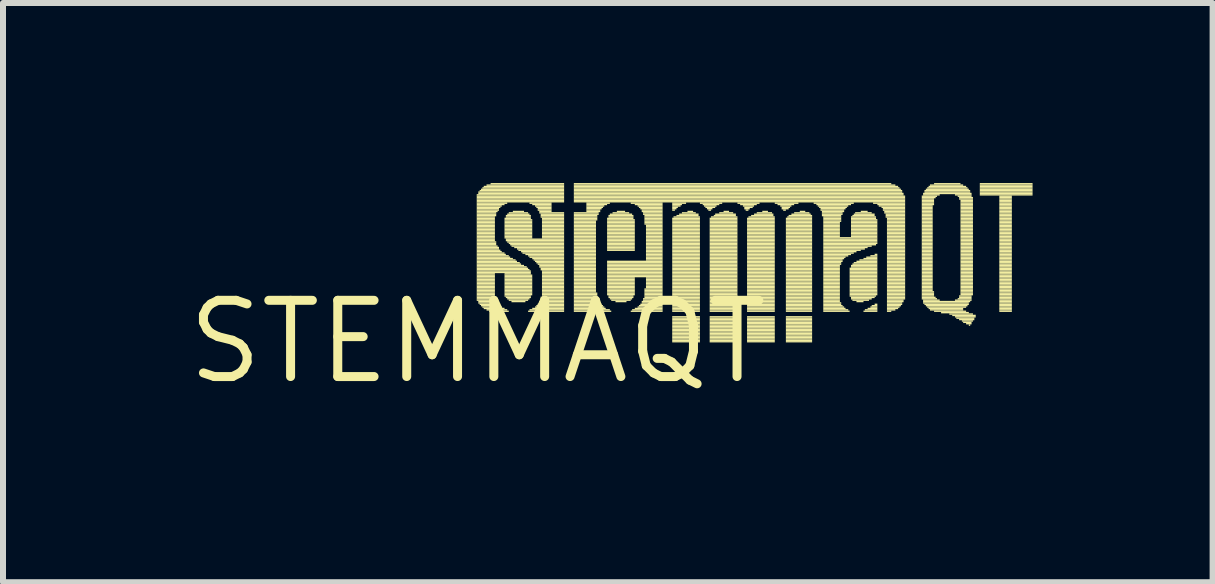
<source format=kicad_pcb>
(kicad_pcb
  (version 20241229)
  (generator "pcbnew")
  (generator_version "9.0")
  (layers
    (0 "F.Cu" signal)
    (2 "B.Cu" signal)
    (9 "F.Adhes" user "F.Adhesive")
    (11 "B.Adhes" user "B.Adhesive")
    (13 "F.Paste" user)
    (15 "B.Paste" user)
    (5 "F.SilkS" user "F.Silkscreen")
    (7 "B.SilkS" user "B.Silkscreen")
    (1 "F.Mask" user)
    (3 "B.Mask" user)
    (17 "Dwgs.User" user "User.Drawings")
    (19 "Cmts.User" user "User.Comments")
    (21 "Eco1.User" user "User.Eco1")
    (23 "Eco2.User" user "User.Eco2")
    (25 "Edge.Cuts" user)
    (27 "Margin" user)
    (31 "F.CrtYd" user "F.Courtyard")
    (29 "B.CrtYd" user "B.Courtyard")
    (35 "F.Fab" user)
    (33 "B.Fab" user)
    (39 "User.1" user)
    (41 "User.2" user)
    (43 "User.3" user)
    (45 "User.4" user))
  (footprint "STEMMAQT"
    (layer "F.Cu")
    (at 4.906 2.644)
    (property "Reference" "STEMMAQT" (at 0 0 0) (layer "F.SilkS") (effects (font (size 1.27 1.27) (thickness 0.15))))
    (attr through_hole)
    (fp_poly (pts (xy -0.013 -2.436) (xy 1.443 -2.436) (xy 1.443 -2.459) (xy -0.013 -2.459)) (stroke (width 0) (type solid)) (fill yes) (layer "F.SilkS"))
    (fp_poly (pts (xy -0.013 -2.413) (xy 1.443 -2.413) (xy 1.443 -2.436) (xy -0.013 -2.436)) (stroke (width 0) (type solid)) (fill yes) (layer "F.SilkS"))
    (fp_poly (pts (xy -0.013 -2.39) (xy 1.443 -2.39) (xy 1.443 -2.413) (xy -0.013 -2.413)) (stroke (width 0) (type solid)) (fill yes) (layer "F.SilkS"))
    (fp_poly (pts (xy -0.013 -2.367) (xy 1.443 -2.367) (xy 1.443 -2.39) (xy -0.013 -2.39)) (stroke (width 0) (type solid)) (fill yes) (layer "F.SilkS"))
    (fp_poly (pts (xy -0.013 -2.344) (xy 1.443 -2.344) (xy 1.443 -2.367) (xy -0.013 -2.367)) (stroke (width 0) (type solid)) (fill yes) (layer "F.SilkS"))
    (fp_poly (pts (xy -0.013 -2.321) (xy 1.443 -2.321) (xy 1.443 -2.344) (xy -0.013 -2.344)) (stroke (width 0) (type solid)) (fill yes) (layer "F.SilkS"))
    (fp_poly (pts (xy -0.013 -2.297) (xy 0.495 -2.297) (xy 0.495 -2.321) (xy -0.013 -2.321)) (stroke (width 0) (type solid)) (fill yes) (layer "F.SilkS"))
    (fp_poly (pts (xy -0.013 -2.275) (xy 0.45 -2.275) (xy 0.45 -2.297) (xy -0.013 -2.297)) (stroke (width 0) (type solid)) (fill yes) (layer "F.SilkS"))
    (fp_poly (pts (xy -0.013 -2.251) (xy 0.404 -2.251) (xy 0.404 -2.275) (xy -0.013 -2.275)) (stroke (width 0) (type solid)) (fill yes) (layer "F.SilkS"))
    (fp_poly (pts (xy -0.013 -2.228) (xy 0.381 -2.228) (xy 0.381 -2.251) (xy -0.013 -2.251)) (stroke (width 0) (type solid)) (fill yes) (layer "F.SilkS"))
    (fp_poly (pts (xy -0.013 -2.205) (xy 0.358 -2.205) (xy 0.358 -2.228) (xy -0.013 -2.228)) (stroke (width 0) (type solid)) (fill yes) (layer "F.SilkS"))
    (fp_poly (pts (xy -0.013 -2.182) (xy 0.358 -2.182) (xy 0.358 -2.205) (xy -0.013 -2.205)) (stroke (width 0) (type solid)) (fill yes) (layer "F.SilkS"))
    (fp_poly (pts (xy -0.013 -2.159) (xy 0.335 -2.159) (xy 0.335 -2.182) (xy -0.013 -2.182)) (stroke (width 0) (type solid)) (fill yes) (layer "F.SilkS"))
    (fp_poly (pts (xy -0.013 -2.136) (xy 0.312 -2.136) (xy 0.312 -2.159) (xy -0.013 -2.159)) (stroke (width 0) (type solid)) (fill yes) (layer "F.SilkS"))
    (fp_poly (pts (xy -0.013 -2.113) (xy 0.312 -2.113) (xy 0.312 -2.136) (xy -0.013 -2.136)) (stroke (width 0) (type solid)) (fill yes) (layer "F.SilkS"))
    (fp_poly (pts (xy -0.013 -2.09) (xy 0.312 -2.09) (xy 0.312 -2.113) (xy -0.013 -2.113)) (stroke (width 0) (type solid)) (fill yes) (layer "F.SilkS"))
    (fp_poly (pts (xy -0.013 -2.067) (xy 0.29 -2.067) (xy 0.29 -2.09) (xy -0.013 -2.09)) (stroke (width 0) (type solid)) (fill yes) (layer "F.SilkS"))
    (fp_poly (pts (xy -0.013 -2.043) (xy 0.29 -2.043) (xy 0.29 -2.067) (xy -0.013 -2.067)) (stroke (width 0) (type solid)) (fill yes) (layer "F.SilkS"))
    (fp_poly (pts (xy -0.013 -2.021) (xy 0.29 -2.021) (xy 0.29 -2.043) (xy -0.013 -2.043)) (stroke (width 0) (type solid)) (fill yes) (layer "F.SilkS"))
    (fp_poly (pts (xy -0.013 -1.997) (xy 0.29 -1.997) (xy 0.29 -2.021) (xy -0.013 -2.021)) (stroke (width 0) (type solid)) (fill yes) (layer "F.SilkS"))
    (fp_poly (pts (xy -0.013 -1.974) (xy 0.29 -1.974) (xy 0.29 -1.997) (xy -0.013 -1.997)) (stroke (width 0) (type solid)) (fill yes) (layer "F.SilkS"))
    (fp_poly (pts (xy -0.013 -1.951) (xy 0.29 -1.951) (xy 0.29 -1.974) (xy -0.013 -1.974)) (stroke (width 0) (type solid)) (fill yes) (layer "F.SilkS"))
    (fp_poly (pts (xy -0.013 -1.928) (xy 0.29 -1.928) (xy 0.29 -1.951) (xy -0.013 -1.951)) (stroke (width 0) (type solid)) (fill yes) (layer "F.SilkS"))
    (fp_poly (pts (xy -0.013 -1.905) (xy 0.29 -1.905) (xy 0.29 -1.928) (xy -0.013 -1.928)) (stroke (width 0) (type solid)) (fill yes) (layer "F.SilkS"))
    (fp_poly (pts (xy -0.013 -1.882) (xy 0.29 -1.882) (xy 0.29 -1.905) (xy -0.013 -1.905)) (stroke (width 0) (type solid)) (fill yes) (layer "F.SilkS"))
    (fp_poly (pts (xy -0.013 -1.859) (xy 0.29 -1.859) (xy 0.29 -1.882) (xy -0.013 -1.882)) (stroke (width 0) (type solid)) (fill yes) (layer "F.SilkS"))
    (fp_poly (pts (xy -0.013 -1.836) (xy 0.29 -1.836) (xy 0.29 -1.859) (xy -0.013 -1.859)) (stroke (width 0) (type solid)) (fill yes) (layer "F.SilkS"))
    (fp_poly (pts (xy -0.013 -1.813) (xy 0.29 -1.813) (xy 0.29 -1.836) (xy -0.013 -1.836)) (stroke (width 0) (type solid)) (fill yes) (layer "F.SilkS"))
    (fp_poly (pts (xy -0.013 -1.789) (xy 0.29 -1.789) (xy 0.29 -1.813) (xy -0.013 -1.813)) (stroke (width 0) (type solid)) (fill yes) (layer "F.SilkS"))
    (fp_poly (pts (xy -0.013 -1.767) (xy 0.29 -1.767) (xy 0.29 -1.789) (xy -0.013 -1.789)) (stroke (width 0) (type solid)) (fill yes) (layer "F.SilkS"))
    (fp_poly (pts (xy -0.013 -1.743) (xy 0.29 -1.743) (xy 0.29 -1.767) (xy -0.013 -1.767)) (stroke (width 0) (type solid)) (fill yes) (layer "F.SilkS"))
    (fp_poly (pts (xy -0.013 -1.72) (xy 0.29 -1.72) (xy 0.29 -1.743) (xy -0.013 -1.743)) (stroke (width 0) (type solid)) (fill yes) (layer "F.SilkS"))
    (fp_poly (pts (xy -0.013 -1.697) (xy 0.29 -1.697) (xy 0.29 -1.72) (xy -0.013 -1.72)) (stroke (width 0) (type solid)) (fill yes) (layer "F.SilkS"))
    (fp_poly (pts (xy -0.013 -1.674) (xy 0.29 -1.674) (xy 0.29 -1.697) (xy -0.013 -1.697)) (stroke (width 0) (type solid)) (fill yes) (layer "F.SilkS"))
    (fp_poly (pts (xy -0.013 -1.651) (xy 0.312 -1.651) (xy 0.312 -1.674) (xy -0.013 -1.674)) (stroke (width 0) (type solid)) (fill yes) (layer "F.SilkS"))
    (fp_poly (pts (xy -0.013 -1.628) (xy 0.312 -1.628) (xy 0.312 -1.651) (xy -0.013 -1.651)) (stroke (width 0) (type solid)) (fill yes) (layer "F.SilkS"))
    (fp_poly (pts (xy -0.013 -1.605) (xy 0.312 -1.605) (xy 0.312 -1.628) (xy -0.013 -1.628)) (stroke (width 0) (type solid)) (fill yes) (layer "F.SilkS"))
    (fp_poly (pts (xy -0.013 -1.582) (xy 0.335 -1.582) (xy 0.335 -1.605) (xy -0.013 -1.605)) (stroke (width 0) (type solid)) (fill yes) (layer "F.SilkS"))
    (fp_poly (pts (xy -0.013 -1.559) (xy 0.358 -1.559) (xy 0.358 -1.582) (xy -0.013 -1.582)) (stroke (width 0) (type solid)) (fill yes) (layer "F.SilkS"))
    (fp_poly (pts (xy -0.013 -1.535) (xy 0.358 -1.535) (xy 0.358 -1.559) (xy -0.013 -1.559)) (stroke (width 0) (type solid)) (fill yes) (layer "F.SilkS"))
    (fp_poly (pts (xy -0.013 -1.513) (xy 0.381 -1.513) (xy 0.381 -1.535) (xy -0.013 -1.535)) (stroke (width 0) (type solid)) (fill yes) (layer "F.SilkS"))
    (fp_poly (pts (xy -0.013 -1.489) (xy 0.404 -1.489) (xy 0.404 -1.513) (xy -0.013 -1.513)) (stroke (width 0) (type solid)) (fill yes) (layer "F.SilkS"))
    (fp_poly (pts (xy -0.013 -1.466) (xy 0.45 -1.466) (xy 0.45 -1.489) (xy -0.013 -1.489)) (stroke (width 0) (type solid)) (fill yes) (layer "F.SilkS"))
    (fp_poly (pts (xy -0.013 -1.443) (xy 0.472 -1.443) (xy 0.472 -1.466) (xy -0.013 -1.466)) (stroke (width 0) (type solid)) (fill yes) (layer "F.SilkS"))
    (fp_poly (pts (xy -0.013 -1.42) (xy 0.521 -1.42) (xy 0.521 -1.443) (xy -0.013 -1.443)) (stroke (width 0) (type solid)) (fill yes) (layer "F.SilkS"))
    (fp_poly (pts (xy -0.013 -1.397) (xy 0.544 -1.397) (xy 0.544 -1.42) (xy -0.013 -1.42)) (stroke (width 0) (type solid)) (fill yes) (layer "F.SilkS"))
    (fp_poly (pts (xy -0.013 -1.374) (xy 0.589 -1.374) (xy 0.589 -1.397) (xy -0.013 -1.397)) (stroke (width 0) (type solid)) (fill yes) (layer "F.SilkS"))
    (fp_poly (pts (xy -0.013 -1.351) (xy 0.635 -1.351) (xy 0.635 -1.374) (xy -0.013 -1.374)) (stroke (width 0) (type solid)) (fill yes) (layer "F.SilkS"))
    (fp_poly (pts (xy -0.013 -1.328) (xy 0.658 -1.328) (xy 0.658 -1.351) (xy -0.013 -1.351)) (stroke (width 0) (type solid)) (fill yes) (layer "F.SilkS"))
    (fp_poly (pts (xy -0.013 -1.305) (xy 0.704 -1.305) (xy 0.704 -1.328) (xy -0.013 -1.328)) (stroke (width 0) (type solid)) (fill yes) (layer "F.SilkS"))
    (fp_poly (pts (xy -0.013 -1.281) (xy 0.726 -1.281) (xy 0.726 -1.305) (xy -0.013 -1.305)) (stroke (width 0) (type solid)) (fill yes) (layer "F.SilkS"))
    (fp_poly (pts (xy -0.013 -1.259) (xy 0.775 -1.259) (xy 0.775 -1.281) (xy -0.013 -1.281)) (stroke (width 0) (type solid)) (fill yes) (layer "F.SilkS"))
    (fp_poly (pts (xy -0.013 -1.235) (xy 0.82 -1.235) (xy 0.82 -1.259) (xy -0.013 -1.259)) (stroke (width 0) (type solid)) (fill yes) (layer "F.SilkS"))
    (fp_poly (pts (xy -0.013 -1.212) (xy 0.843 -1.212) (xy 0.843 -1.235) (xy -0.013 -1.235)) (stroke (width 0) (type solid)) (fill yes) (layer "F.SilkS"))
    (fp_poly (pts (xy -0.013 -1.189) (xy 0.866 -1.189) (xy 0.866 -1.212) (xy -0.013 -1.212)) (stroke (width 0) (type solid)) (fill yes) (layer "F.SilkS"))
    (fp_poly (pts (xy -0.013 -1.166) (xy 0.889 -1.166) (xy 0.889 -1.189) (xy -0.013 -1.189)) (stroke (width 0) (type solid)) (fill yes) (layer "F.SilkS"))
    (fp_poly (pts (xy -0.013 -1.143) (xy 0.889 -1.143) (xy 0.889 -1.166) (xy -0.013 -1.166)) (stroke (width 0) (type solid)) (fill yes) (layer "F.SilkS"))
    (fp_poly (pts (xy -0.013 -1.12) (xy 0.29 -1.12) (xy 0.29 -1.143) (xy -0.013 -1.143)) (stroke (width 0) (type solid)) (fill yes) (layer "F.SilkS"))
    (fp_poly (pts (xy -0.013 -1.097) (xy 0.29 -1.097) (xy 0.29 -1.12) (xy -0.013 -1.12)) (stroke (width 0) (type solid)) (fill yes) (layer "F.SilkS"))
    (fp_poly (pts (xy -0.013 -1.074) (xy 0.29 -1.074) (xy 0.29 -1.097) (xy -0.013 -1.097)) (stroke (width 0) (type solid)) (fill yes) (layer "F.SilkS"))
    (fp_poly (pts (xy -0.013 -1.051) (xy 0.29 -1.051) (xy 0.29 -1.074) (xy -0.013 -1.074)) (stroke (width 0) (type solid)) (fill yes) (layer "F.SilkS"))
    (fp_poly (pts (xy -0.013 -1.027) (xy 0.29 -1.027) (xy 0.29 -1.051) (xy -0.013 -1.051)) (stroke (width 0) (type solid)) (fill yes) (layer "F.SilkS"))
    (fp_poly (pts (xy -0.013 -1.005) (xy 0.29 -1.005) (xy 0.29 -1.027) (xy -0.013 -1.027)) (stroke (width 0) (type solid)) (fill yes) (layer "F.SilkS"))
    (fp_poly (pts (xy -0.013 -0.981) (xy 0.29 -0.981) (xy 0.29 -1.005) (xy -0.013 -1.005)) (stroke (width 0) (type solid)) (fill yes) (layer "F.SilkS"))
    (fp_poly (pts (xy -0.013 -0.958) (xy 0.29 -0.958) (xy 0.29 -0.981) (xy -0.013 -0.981)) (stroke (width 0) (type solid)) (fill yes) (layer "F.SilkS"))
    (fp_poly (pts (xy -0.013 -0.935) (xy 0.29 -0.935) (xy 0.29 -0.958) (xy -0.013 -0.958)) (stroke (width 0) (type solid)) (fill yes) (layer "F.SilkS"))
    (fp_poly (pts (xy -0.013 -0.912) (xy 0.29 -0.912) (xy 0.29 -0.935) (xy -0.013 -0.935)) (stroke (width 0) (type solid)) (fill yes) (layer "F.SilkS"))
    (fp_poly (pts (xy -0.013 -0.889) (xy 0.29 -0.889) (xy 0.29 -0.912) (xy -0.013 -0.912)) (stroke (width 0) (type solid)) (fill yes) (layer "F.SilkS"))
    (fp_poly (pts (xy -0.013 -0.866) (xy 0.29 -0.866) (xy 0.29 -0.889) (xy -0.013 -0.889)) (stroke (width 0) (type solid)) (fill yes) (layer "F.SilkS"))
    (fp_poly (pts (xy -0.013 -0.843) (xy 0.29 -0.843) (xy 0.29 -0.866) (xy -0.013 -0.866)) (stroke (width 0) (type solid)) (fill yes) (layer "F.SilkS"))
    (fp_poly (pts (xy -0.013 -0.82) (xy 0.29 -0.82) (xy 0.29 -0.843) (xy -0.013 -0.843)) (stroke (width 0) (type solid)) (fill yes) (layer "F.SilkS"))
    (fp_poly (pts (xy -0.013 -0.797) (xy 0.29 -0.797) (xy 0.29 -0.82) (xy -0.013 -0.82)) (stroke (width 0) (type solid)) (fill yes) (layer "F.SilkS"))
    (fp_poly (pts (xy -0.013 -0.773) (xy 0.29 -0.773) (xy 0.29 -0.797) (xy -0.013 -0.797)) (stroke (width 0) (type solid)) (fill yes) (layer "F.SilkS"))
    (fp_poly (pts (xy -0.013 -0.751) (xy 0.29 -0.751) (xy 0.29 -0.773) (xy -0.013 -0.773)) (stroke (width 0) (type solid)) (fill yes) (layer "F.SilkS"))
    (fp_poly (pts (xy -0.013 -0.727) (xy 0.312 -0.727) (xy 0.312 -0.751) (xy -0.013 -0.751)) (stroke (width 0) (type solid)) (fill yes) (layer "F.SilkS"))
    (fp_poly (pts (xy -0.013 -0.704) (xy 0.312 -0.704) (xy 0.312 -0.727) (xy -0.013 -0.727)) (stroke (width 0) (type solid)) (fill yes) (layer "F.SilkS"))
    (fp_poly (pts (xy -0.013 -0.681) (xy 0.312 -0.681) (xy 0.312 -0.704) (xy -0.013 -0.704)) (stroke (width 0) (type solid)) (fill yes) (layer "F.SilkS"))
    (fp_poly (pts (xy 0.013 -2.482) (xy 1.443 -2.482) (xy 1.443 -2.505) (xy 0.013 -2.505)) (stroke (width 0) (type solid)) (fill yes) (layer "F.SilkS"))
    (fp_poly (pts (xy 0.013 -2.459) (xy 1.443 -2.459) (xy 1.443 -2.482) (xy 0.013 -2.482)) (stroke (width 0) (type solid)) (fill yes) (layer "F.SilkS"))
    (fp_poly (pts (xy 0.013 -0.658) (xy 0.335 -0.658) (xy 0.335 -0.681) (xy 0.013 -0.681)) (stroke (width 0) (type solid)) (fill yes) (layer "F.SilkS"))
    (fp_poly (pts (xy 0.013 -0.635) (xy 0.335 -0.635) (xy 0.335 -0.658) (xy 0.013 -0.658)) (stroke (width 0) (type solid)) (fill yes) (layer "F.SilkS"))
    (fp_poly (pts (xy 0.036 -2.505) (xy 1.443 -2.505) (xy 1.443 -2.529) (xy 0.036 -2.529)) (stroke (width 0) (type solid)) (fill yes) (layer "F.SilkS"))
    (fp_poly (pts (xy 0.036 -0.612) (xy 0.358 -0.612) (xy 0.358 -0.635) (xy 0.036 -0.635)) (stroke (width 0) (type solid)) (fill yes) (layer "F.SilkS"))
    (fp_poly (pts (xy 0.058 -2.529) (xy 1.443 -2.529) (xy 1.443 -2.551) (xy 0.058 -2.551)) (stroke (width 0) (type solid)) (fill yes) (layer "F.SilkS"))
    (fp_poly (pts (xy 0.058 -0.589) (xy 0.381 -0.589) (xy 0.381 -0.612) (xy 0.058 -0.612)) (stroke (width 0) (type solid)) (fill yes) (layer "F.SilkS"))
    (fp_poly (pts (xy 0.081 -2.551) (xy 1.443 -2.551) (xy 1.443 -2.575) (xy 0.081 -2.575)) (stroke (width 0) (type solid)) (fill yes) (layer "F.SilkS"))
    (fp_poly (pts (xy 0.081 -0.566) (xy 0.404 -0.566) (xy 0.404 -0.589) (xy 0.081 -0.589)) (stroke (width 0) (type solid)) (fill yes) (layer "F.SilkS"))
    (fp_poly (pts (xy 0.104 -2.575) (xy 1.443 -2.575) (xy 1.443 -2.598) (xy 0.104 -2.598)) (stroke (width 0) (type solid)) (fill yes) (layer "F.SilkS"))
    (fp_poly (pts (xy 0.104 -0.543) (xy 0.45 -0.543) (xy 0.45 -0.566) (xy 0.104 -0.566)) (stroke (width 0) (type solid)) (fill yes) (layer "F.SilkS"))
    (fp_poly (pts (xy 0.15 -2.598) (xy 1.443 -2.598) (xy 1.443 -2.621) (xy 0.15 -2.621)) (stroke (width 0) (type solid)) (fill yes) (layer "F.SilkS"))
    (fp_poly (pts (xy 0.15 -0.519) (xy 0.495 -0.519) (xy 0.495 -0.543) (xy 0.15 -0.543)) (stroke (width 0) (type solid)) (fill yes) (layer "F.SilkS"))
    (fp_poly (pts (xy 0.196 -0.497) (xy 0.521 -0.497) (xy 0.521 -0.519) (xy 0.196 -0.519)) (stroke (width 0) (type solid)) (fill yes) (layer "F.SilkS"))
    (fp_poly (pts (xy 0.218 -2.621) (xy 1.443 -2.621) (xy 1.443 -2.644) (xy 0.218 -2.644)) (stroke (width 0) (type solid)) (fill yes) (layer "F.SilkS"))
    (fp_poly (pts (xy 0.45 -2.043) (xy 0.889 -2.043) (xy 0.889 -2.067) (xy 0.45 -2.067)) (stroke (width 0) (type solid)) (fill yes) (layer "F.SilkS"))
    (fp_poly (pts (xy 0.45 -2.021) (xy 0.912 -2.021) (xy 0.912 -2.043) (xy 0.45 -2.043)) (stroke (width 0) (type solid)) (fill yes) (layer "F.SilkS"))
    (fp_poly (pts (xy 0.45 -1.997) (xy 0.912 -1.997) (xy 0.912 -2.021) (xy 0.45 -2.021)) (stroke (width 0) (type solid)) (fill yes) (layer "F.SilkS"))
    (fp_poly (pts (xy 0.45 -1.974) (xy 0.912 -1.974) (xy 0.912 -1.997) (xy 0.45 -1.997)) (stroke (width 0) (type solid)) (fill yes) (layer "F.SilkS"))
    (fp_poly (pts (xy 0.45 -1.951) (xy 0.912 -1.951) (xy 0.912 -1.974) (xy 0.45 -1.974)) (stroke (width 0) (type solid)) (fill yes) (layer "F.SilkS"))
    (fp_poly (pts (xy 0.45 -1.928) (xy 0.912 -1.928) (xy 0.912 -1.951) (xy 0.45 -1.951)) (stroke (width 0) (type solid)) (fill yes) (layer "F.SilkS"))
    (fp_poly (pts (xy 0.45 -1.905) (xy 0.912 -1.905) (xy 0.912 -1.928) (xy 0.45 -1.928)) (stroke (width 0) (type solid)) (fill yes) (layer "F.SilkS"))
    (fp_poly (pts (xy 0.45 -1.882) (xy 0.912 -1.882) (xy 0.912 -1.905) (xy 0.45 -1.905)) (stroke (width 0) (type solid)) (fill yes) (layer "F.SilkS"))
    (fp_poly (pts (xy 0.45 -1.859) (xy 0.912 -1.859) (xy 0.912 -1.882) (xy 0.45 -1.882)) (stroke (width 0) (type solid)) (fill yes) (layer "F.SilkS"))
    (fp_poly (pts (xy 0.45 -1.836) (xy 0.912 -1.836) (xy 0.912 -1.859) (xy 0.45 -1.859)) (stroke (width 0) (type solid)) (fill yes) (layer "F.SilkS"))
    (fp_poly (pts (xy 0.45 -1.813) (xy 0.912 -1.813) (xy 0.912 -1.836) (xy 0.45 -1.836)) (stroke (width 0) (type solid)) (fill yes) (layer "F.SilkS"))
    (fp_poly (pts (xy 0.45 -1.789) (xy 0.912 -1.789) (xy 0.912 -1.813) (xy 0.45 -1.813)) (stroke (width 0) (type solid)) (fill yes) (layer "F.SilkS"))
    (fp_poly (pts (xy 0.45 -1.767) (xy 0.912 -1.767) (xy 0.912 -1.789) (xy 0.45 -1.789)) (stroke (width 0) (type solid)) (fill yes) (layer "F.SilkS"))
    (fp_poly (pts (xy 0.45 -1.743) (xy 0.912 -1.743) (xy 0.912 -1.767) (xy 0.45 -1.767)) (stroke (width 0) (type solid)) (fill yes) (layer "F.SilkS"))
    (fp_poly (pts (xy 0.45 -1.72) (xy 0.912 -1.72) (xy 0.912 -1.743) (xy 0.45 -1.743)) (stroke (width 0) (type solid)) (fill yes) (layer "F.SilkS"))
    (fp_poly (pts (xy 0.45 -1.12) (xy 0.889 -1.12) (xy 0.889 -1.143) (xy 0.45 -1.143)) (stroke (width 0) (type solid)) (fill yes) (layer "F.SilkS"))
    (fp_poly (pts (xy 0.45 -1.097) (xy 0.912 -1.097) (xy 0.912 -1.12) (xy 0.45 -1.12)) (stroke (width 0) (type solid)) (fill yes) (layer "F.SilkS"))
    (fp_poly (pts (xy 0.45 -1.074) (xy 0.912 -1.074) (xy 0.912 -1.097) (xy 0.45 -1.097)) (stroke (width 0) (type solid)) (fill yes) (layer "F.SilkS"))
    (fp_poly (pts (xy 0.45 -1.051) (xy 0.912 -1.051) (xy 0.912 -1.074) (xy 0.45 -1.074)) (stroke (width 0) (type solid)) (fill yes) (layer "F.SilkS"))
    (fp_poly (pts (xy 0.45 -1.027) (xy 0.912 -1.027) (xy 0.912 -1.051) (xy 0.45 -1.051)) (stroke (width 0) (type solid)) (fill yes) (layer "F.SilkS"))
    (fp_poly (pts (xy 0.45 -1.005) (xy 0.912 -1.005) (xy 0.912 -1.027) (xy 0.45 -1.027)) (stroke (width 0) (type solid)) (fill yes) (layer "F.SilkS"))
    (fp_poly (pts (xy 0.45 -0.981) (xy 0.912 -0.981) (xy 0.912 -1.005) (xy 0.45 -1.005)) (stroke (width 0) (type solid)) (fill yes) (layer "F.SilkS"))
    (fp_poly (pts (xy 0.45 -0.958) (xy 0.912 -0.958) (xy 0.912 -0.981) (xy 0.45 -0.981)) (stroke (width 0) (type solid)) (fill yes) (layer "F.SilkS"))
    (fp_poly (pts (xy 0.45 -0.935) (xy 0.912 -0.935) (xy 0.912 -0.958) (xy 0.45 -0.958)) (stroke (width 0) (type solid)) (fill yes) (layer "F.SilkS"))
    (fp_poly (pts (xy 0.45 -0.912) (xy 0.912 -0.912) (xy 0.912 -0.935) (xy 0.45 -0.935)) (stroke (width 0) (type solid)) (fill yes) (layer "F.SilkS"))
    (fp_poly (pts (xy 0.45 -0.889) (xy 0.912 -0.889) (xy 0.912 -0.912) (xy 0.45 -0.912)) (stroke (width 0) (type solid)) (fill yes) (layer "F.SilkS"))
    (fp_poly (pts (xy 0.45 -0.866) (xy 0.912 -0.866) (xy 0.912 -0.889) (xy 0.45 -0.889)) (stroke (width 0) (type solid)) (fill yes) (layer "F.SilkS"))
    (fp_poly (pts (xy 0.45 -0.843) (xy 0.912 -0.843) (xy 0.912 -0.866) (xy 0.45 -0.866)) (stroke (width 0) (type solid)) (fill yes) (layer "F.SilkS"))
    (fp_poly (pts (xy 0.45 -0.82) (xy 0.912 -0.82) (xy 0.912 -0.843) (xy 0.45 -0.843)) (stroke (width 0) (type solid)) (fill yes) (layer "F.SilkS"))
    (fp_poly (pts (xy 0.45 -0.797) (xy 0.912 -0.797) (xy 0.912 -0.82) (xy 0.45 -0.82)) (stroke (width 0) (type solid)) (fill yes) (layer "F.SilkS"))
    (fp_poly (pts (xy 0.45 -0.773) (xy 0.912 -0.773) (xy 0.912 -0.797) (xy 0.45 -0.797)) (stroke (width 0) (type solid)) (fill yes) (layer "F.SilkS"))
    (fp_poly (pts (xy 0.45 -0.751) (xy 0.889 -0.751) (xy 0.889 -0.773) (xy 0.45 -0.773)) (stroke (width 0) (type solid)) (fill yes) (layer "F.SilkS"))
    (fp_poly (pts (xy 0.472 -2.09) (xy 0.889 -2.09) (xy 0.889 -2.113) (xy 0.472 -2.113)) (stroke (width 0) (type solid)) (fill yes) (layer "F.SilkS"))
    (fp_poly (pts (xy 0.472 -2.067) (xy 0.889 -2.067) (xy 0.889 -2.09) (xy 0.472 -2.09)) (stroke (width 0) (type solid)) (fill yes) (layer "F.SilkS"))
    (fp_poly (pts (xy 0.472 -1.697) (xy 1.443 -1.697) (xy 1.443 -1.72) (xy 0.472 -1.72)) (stroke (width 0) (type solid)) (fill yes) (layer "F.SilkS"))
    (fp_poly (pts (xy 0.472 -1.674) (xy 1.443 -1.674) (xy 1.443 -1.697) (xy 0.472 -1.697)) (stroke (width 0) (type solid)) (fill yes) (layer "F.SilkS"))
    (fp_poly (pts (xy 0.472 -0.727) (xy 0.889 -0.727) (xy 0.889 -0.751) (xy 0.472 -0.751)) (stroke (width 0) (type solid)) (fill yes) (layer "F.SilkS"))
    (fp_poly (pts (xy 0.495 -2.113) (xy 0.866 -2.113) (xy 0.866 -2.136) (xy 0.495 -2.136)) (stroke (width 0) (type solid)) (fill yes) (layer "F.SilkS"))
    (fp_poly (pts (xy 0.495 -1.651) (xy 1.443 -1.651) (xy 1.443 -1.674) (xy 0.495 -1.674)) (stroke (width 0) (type solid)) (fill yes) (layer "F.SilkS"))
    (fp_poly (pts (xy 0.495 -0.704) (xy 0.866 -0.704) (xy 0.866 -0.727) (xy 0.495 -0.727)) (stroke (width 0) (type solid)) (fill yes) (layer "F.SilkS"))
    (fp_poly (pts (xy 0.521 -2.136) (xy 0.843 -2.136) (xy 0.843 -2.159) (xy 0.521 -2.159)) (stroke (width 0) (type solid)) (fill yes) (layer "F.SilkS"))
    (fp_poly (pts (xy 0.521 -1.628) (xy 1.443 -1.628) (xy 1.443 -1.651) (xy 0.521 -1.651)) (stroke (width 0) (type solid)) (fill yes) (layer "F.SilkS"))
    (fp_poly (pts (xy 0.521 -0.681) (xy 0.843 -0.681) (xy 0.843 -0.704) (xy 0.521 -0.704)) (stroke (width 0) (type solid)) (fill yes) (layer "F.SilkS"))
    (fp_poly (pts (xy 0.544 -1.605) (xy 1.443 -1.605) (xy 1.443 -1.628) (xy 0.544 -1.628)) (stroke (width 0) (type solid)) (fill yes) (layer "F.SilkS"))
    (fp_poly (pts (xy 0.566 -1.582) (xy 1.443 -1.582) (xy 1.443 -1.605) (xy 0.566 -1.605)) (stroke (width 0) (type solid)) (fill yes) (layer "F.SilkS"))
    (fp_poly (pts (xy 0.566 -0.658) (xy 0.798 -0.658) (xy 0.798 -0.681) (xy 0.566 -0.681)) (stroke (width 0) (type solid)) (fill yes) (layer "F.SilkS"))
    (fp_poly (pts (xy 0.589 -2.159) (xy 0.775 -2.159) (xy 0.775 -2.182) (xy 0.589 -2.182)) (stroke (width 0) (type solid)) (fill yes) (layer "F.SilkS"))
    (fp_poly (pts (xy 0.612 -1.559) (xy 1.443 -1.559) (xy 1.443 -1.582) (xy 0.612 -1.582)) (stroke (width 0) (type solid)) (fill yes) (layer "F.SilkS"))
    (fp_poly (pts (xy 0.658 -1.535) (xy 1.443 -1.535) (xy 1.443 -1.559) (xy 0.658 -1.559)) (stroke (width 0) (type solid)) (fill yes) (layer "F.SilkS"))
    (fp_poly (pts (xy 0.681 -1.513) (xy 1.443 -1.513) (xy 1.443 -1.535) (xy 0.681 -1.535)) (stroke (width 0) (type solid)) (fill yes) (layer "F.SilkS"))
    (fp_poly (pts (xy 0.726 -1.489) (xy 1.443 -1.489) (xy 1.443 -1.513) (xy 0.726 -1.513)) (stroke (width 0) (type solid)) (fill yes) (layer "F.SilkS"))
    (fp_poly (pts (xy 0.749 -1.466) (xy 1.443 -1.466) (xy 1.443 -1.489) (xy 0.749 -1.489)) (stroke (width 0) (type solid)) (fill yes) (layer "F.SilkS"))
    (fp_poly (pts (xy 0.798 -1.443) (xy 1.443 -1.443) (xy 1.443 -1.466) (xy 0.798 -1.466)) (stroke (width 0) (type solid)) (fill yes) (layer "F.SilkS"))
    (fp_poly (pts (xy 0.843 -1.42) (xy 1.443 -1.42) (xy 1.443 -1.443) (xy 0.843 -1.443)) (stroke (width 0) (type solid)) (fill yes) (layer "F.SilkS"))
    (fp_poly (pts (xy 0.843 -0.497) (xy 1.443 -0.497) (xy 1.443 -0.519) (xy 0.843 -0.519)) (stroke (width 0) (type solid)) (fill yes) (layer "F.SilkS"))
    (fp_poly (pts (xy 0.866 -2.297) (xy 1.234 -2.297) (xy 1.234 -2.321) (xy 0.866 -2.321)) (stroke (width 0) (type solid)) (fill yes) (layer "F.SilkS"))
    (fp_poly (pts (xy 0.866 -1.397) (xy 1.443 -1.397) (xy 1.443 -1.42) (xy 0.866 -1.42)) (stroke (width 0) (type solid)) (fill yes) (layer "F.SilkS"))
    (fp_poly (pts (xy 0.866 -0.519) (xy 1.443 -0.519) (xy 1.443 -0.543) (xy 0.866 -0.543)) (stroke (width 0) (type solid)) (fill yes) (layer "F.SilkS"))
    (fp_poly (pts (xy 0.912 -2.275) (xy 1.234 -2.275) (xy 1.234 -2.297) (xy 0.912 -2.297)) (stroke (width 0) (type solid)) (fill yes) (layer "F.SilkS"))
    (fp_poly (pts (xy 0.912 -1.374) (xy 1.443 -1.374) (xy 1.443 -1.397) (xy 0.912 -1.397)) (stroke (width 0) (type solid)) (fill yes) (layer "F.SilkS"))
    (fp_poly (pts (xy 0.912 -0.543) (xy 1.443 -0.543) (xy 1.443 -0.566) (xy 0.912 -0.566)) (stroke (width 0) (type solid)) (fill yes) (layer "F.SilkS"))
    (fp_poly (pts (xy 0.935 -1.351) (xy 1.443 -1.351) (xy 1.443 -1.374) (xy 0.935 -1.374)) (stroke (width 0) (type solid)) (fill yes) (layer "F.SilkS"))
    (fp_poly (pts (xy 0.958 -2.251) (xy 1.234 -2.251) (xy 1.234 -2.275) (xy 0.958 -2.275)) (stroke (width 0) (type solid)) (fill yes) (layer "F.SilkS"))
    (fp_poly (pts (xy 0.958 -1.328) (xy 1.443 -1.328) (xy 1.443 -1.351) (xy 0.958 -1.351)) (stroke (width 0) (type solid)) (fill yes) (layer "F.SilkS"))
    (fp_poly (pts (xy 0.958 -0.566) (xy 1.443 -0.566) (xy 1.443 -0.589) (xy 0.958 -0.589)) (stroke (width 0) (type solid)) (fill yes) (layer "F.SilkS"))
    (fp_poly (pts (xy 0.98 -2.228) (xy 1.234 -2.228) (xy 1.234 -2.251) (xy 0.98 -2.251)) (stroke (width 0) (type solid)) (fill yes) (layer "F.SilkS"))
    (fp_poly (pts (xy 0.98 -1.305) (xy 1.443 -1.305) (xy 1.443 -1.328) (xy 0.98 -1.328)) (stroke (width 0) (type solid)) (fill yes) (layer "F.SilkS"))
    (fp_poly (pts (xy 0.98 -0.589) (xy 1.443 -0.589) (xy 1.443 -0.612) (xy 0.98 -0.612)) (stroke (width 0) (type solid)) (fill yes) (layer "F.SilkS"))
    (fp_poly (pts (xy 1.003 -2.205) (xy 1.234 -2.205) (xy 1.234 -2.228) (xy 1.003 -2.228)) (stroke (width 0) (type solid)) (fill yes) (layer "F.SilkS"))
    (fp_poly (pts (xy 1.003 -2.182) (xy 1.234 -2.182) (xy 1.234 -2.205) (xy 1.003 -2.205)) (stroke (width 0) (type solid)) (fill yes) (layer "F.SilkS"))
    (fp_poly (pts (xy 1.003 -1.281) (xy 1.443 -1.281) (xy 1.443 -1.305) (xy 1.003 -1.305)) (stroke (width 0) (type solid)) (fill yes) (layer "F.SilkS"))
    (fp_poly (pts (xy 1.003 -0.612) (xy 1.443 -0.612) (xy 1.443 -0.635) (xy 1.003 -0.635)) (stroke (width 0) (type solid)) (fill yes) (layer "F.SilkS"))
    (fp_poly (pts (xy 1.029 -2.159) (xy 1.234 -2.159) (xy 1.234 -2.182) (xy 1.029 -2.182)) (stroke (width 0) (type solid)) (fill yes) (layer "F.SilkS"))
    (fp_poly (pts (xy 1.029 -2.136) (xy 1.443 -2.136) (xy 1.443 -2.159) (xy 1.029 -2.159)) (stroke (width 0) (type solid)) (fill yes) (layer "F.SilkS"))
    (fp_poly (pts (xy 1.029 -1.259) (xy 1.443 -1.259) (xy 1.443 -1.281) (xy 1.029 -1.281)) (stroke (width 0) (type solid)) (fill yes) (layer "F.SilkS"))
    (fp_poly (pts (xy 1.029 -1.235) (xy 1.443 -1.235) (xy 1.443 -1.259) (xy 1.029 -1.259)) (stroke (width 0) (type solid)) (fill yes) (layer "F.SilkS"))
    (fp_poly (pts (xy 1.029 -0.658) (xy 1.443 -0.658) (xy 1.443 -0.681) (xy 1.029 -0.681)) (stroke (width 0) (type solid)) (fill yes) (layer "F.SilkS"))
    (fp_poly (pts (xy 1.029 -0.635) (xy 1.443 -0.635) (xy 1.443 -0.658) (xy 1.029 -0.658)) (stroke (width 0) (type solid)) (fill yes) (layer "F.SilkS"))
    (fp_poly (pts (xy 1.052 -2.113) (xy 1.443 -2.113) (xy 1.443 -2.136) (xy 1.052 -2.136)) (stroke (width 0) (type solid)) (fill yes) (layer "F.SilkS"))
    (fp_poly (pts (xy 1.052 -2.09) (xy 1.443 -2.09) (xy 1.443 -2.113) (xy 1.052 -2.113)) (stroke (width 0) (type solid)) (fill yes) (layer "F.SilkS"))
    (fp_poly (pts (xy 1.052 -2.067) (xy 1.443 -2.067) (xy 1.443 -2.09) (xy 1.052 -2.09)) (stroke (width 0) (type solid)) (fill yes) (layer "F.SilkS"))
    (fp_poly (pts (xy 1.052 -1.212) (xy 1.443 -1.212) (xy 1.443 -1.235) (xy 1.052 -1.235)) (stroke (width 0) (type solid)) (fill yes) (layer "F.SilkS"))
    (fp_poly (pts (xy 1.052 -1.189) (xy 1.443 -1.189) (xy 1.443 -1.212) (xy 1.052 -1.212)) (stroke (width 0) (type solid)) (fill yes) (layer "F.SilkS"))
    (fp_poly (pts (xy 1.052 -0.727) (xy 1.443 -0.727) (xy 1.443 -0.751) (xy 1.052 -0.751)) (stroke (width 0) (type solid)) (fill yes) (layer "F.SilkS"))
    (fp_poly (pts (xy 1.052 -0.704) (xy 1.443 -0.704) (xy 1.443 -0.727) (xy 1.052 -0.727)) (stroke (width 0) (type solid)) (fill yes) (layer "F.SilkS"))
    (fp_poly (pts (xy 1.052 -0.681) (xy 1.443 -0.681) (xy 1.443 -0.704) (xy 1.052 -0.704)) (stroke (width 0) (type solid)) (fill yes) (layer "F.SilkS"))
    (fp_poly (pts (xy 1.074 -2.043) (xy 1.443 -2.043) (xy 1.443 -2.067) (xy 1.074 -2.067)) (stroke (width 0) (type solid)) (fill yes) (layer "F.SilkS"))
    (fp_poly (pts (xy 1.074 -2.021) (xy 1.443 -2.021) (xy 1.443 -2.043) (xy 1.074 -2.043)) (stroke (width 0) (type solid)) (fill yes) (layer "F.SilkS"))
    (fp_poly (pts (xy 1.074 -1.997) (xy 1.443 -1.997) (xy 1.443 -2.021) (xy 1.074 -2.021)) (stroke (width 0) (type solid)) (fill yes) (layer "F.SilkS"))
    (fp_poly (pts (xy 1.074 -1.974) (xy 1.443 -1.974) (xy 1.443 -1.997) (xy 1.074 -1.997)) (stroke (width 0) (type solid)) (fill yes) (layer "F.SilkS"))
    (fp_poly (pts (xy 1.074 -1.951) (xy 1.443 -1.951) (xy 1.443 -1.974) (xy 1.074 -1.974)) (stroke (width 0) (type solid)) (fill yes) (layer "F.SilkS"))
    (fp_poly (pts (xy 1.074 -1.928) (xy 1.443 -1.928) (xy 1.443 -1.951) (xy 1.074 -1.951)) (stroke (width 0) (type solid)) (fill yes) (layer "F.SilkS"))
    (fp_poly (pts (xy 1.074 -1.905) (xy 1.443 -1.905) (xy 1.443 -1.928) (xy 1.074 -1.928)) (stroke (width 0) (type solid)) (fill yes) (layer "F.SilkS"))
    (fp_poly (pts (xy 1.074 -1.882) (xy 1.443 -1.882) (xy 1.443 -1.905) (xy 1.074 -1.905)) (stroke (width 0) (type solid)) (fill yes) (layer "F.SilkS"))
    (fp_poly (pts (xy 1.074 -1.859) (xy 1.443 -1.859) (xy 1.443 -1.882) (xy 1.074 -1.882)) (stroke (width 0) (type solid)) (fill yes) (layer "F.SilkS"))
    (fp_poly (pts (xy 1.074 -1.836) (xy 1.443 -1.836) (xy 1.443 -1.859) (xy 1.074 -1.859)) (stroke (width 0) (type solid)) (fill yes) (layer "F.SilkS"))
    (fp_poly (pts (xy 1.074 -1.813) (xy 1.443 -1.813) (xy 1.443 -1.836) (xy 1.074 -1.836)) (stroke (width 0) (type solid)) (fill yes) (layer "F.SilkS"))
    (fp_poly (pts (xy 1.074 -1.789) (xy 1.443 -1.789) (xy 1.443 -1.813) (xy 1.074 -1.813)) (stroke (width 0) (type solid)) (fill yes) (layer "F.SilkS"))
    (fp_poly (pts (xy 1.074 -1.767) (xy 1.443 -1.767) (xy 1.443 -1.789) (xy 1.074 -1.789)) (stroke (width 0) (type solid)) (fill yes) (layer "F.SilkS"))
    (fp_poly (pts (xy 1.074 -1.743) (xy 1.443 -1.743) (xy 1.443 -1.767) (xy 1.074 -1.767)) (stroke (width 0) (type solid)) (fill yes) (layer "F.SilkS"))
    (fp_poly (pts (xy 1.074 -1.72) (xy 1.443 -1.72) (xy 1.443 -1.743) (xy 1.074 -1.743)) (stroke (width 0) (type solid)) (fill yes) (layer "F.SilkS"))
    (fp_poly (pts (xy 1.074 -1.166) (xy 1.443 -1.166) (xy 1.443 -1.189) (xy 1.074 -1.189)) (stroke (width 0) (type solid)) (fill yes) (layer "F.SilkS"))
    (fp_poly (pts (xy 1.074 -1.143) (xy 1.443 -1.143) (xy 1.443 -1.166) (xy 1.074 -1.166)) (stroke (width 0) (type solid)) (fill yes) (layer "F.SilkS"))
    (fp_poly (pts (xy 1.074 -1.12) (xy 1.443 -1.12) (xy 1.443 -1.143) (xy 1.074 -1.143)) (stroke (width 0) (type solid)) (fill yes) (layer "F.SilkS"))
    (fp_poly (pts (xy 1.074 -1.097) (xy 1.443 -1.097) (xy 1.443 -1.12) (xy 1.074 -1.12)) (stroke (width 0) (type solid)) (fill yes) (layer "F.SilkS"))
    (fp_poly (pts (xy 1.074 -1.074) (xy 1.443 -1.074) (xy 1.443 -1.097) (xy 1.074 -1.097)) (stroke (width 0) (type solid)) (fill yes) (layer "F.SilkS"))
    (fp_poly (pts (xy 1.074 -1.051) (xy 1.443 -1.051) (xy 1.443 -1.074) (xy 1.074 -1.074)) (stroke (width 0) (type solid)) (fill yes) (layer "F.SilkS"))
    (fp_poly (pts (xy 1.074 -1.027) (xy 1.443 -1.027) (xy 1.443 -1.051) (xy 1.074 -1.051)) (stroke (width 0) (type solid)) (fill yes) (layer "F.SilkS"))
    (fp_poly (pts (xy 1.074 -1.005) (xy 1.443 -1.005) (xy 1.443 -1.027) (xy 1.074 -1.027)) (stroke (width 0) (type solid)) (fill yes) (layer "F.SilkS"))
    (fp_poly (pts (xy 1.074 -0.981) (xy 1.443 -0.981) (xy 1.443 -1.005) (xy 1.074 -1.005)) (stroke (width 0) (type solid)) (fill yes) (layer "F.SilkS"))
    (fp_poly (pts (xy 1.074 -0.958) (xy 1.443 -0.958) (xy 1.443 -0.981) (xy 1.074 -0.981)) (stroke (width 0) (type solid)) (fill yes) (layer "F.SilkS"))
    (fp_poly (pts (xy 1.074 -0.935) (xy 1.443 -0.935) (xy 1.443 -0.958) (xy 1.074 -0.958)) (stroke (width 0) (type solid)) (fill yes) (layer "F.SilkS"))
    (fp_poly (pts (xy 1.074 -0.912) (xy 1.443 -0.912) (xy 1.443 -0.935) (xy 1.074 -0.935)) (stroke (width 0) (type solid)) (fill yes) (layer "F.SilkS"))
    (fp_poly (pts (xy 1.074 -0.889) (xy 1.443 -0.889) (xy 1.443 -0.912) (xy 1.074 -0.912)) (stroke (width 0) (type solid)) (fill yes) (layer "F.SilkS"))
    (fp_poly (pts (xy 1.074 -0.866) (xy 1.443 -0.866) (xy 1.443 -0.889) (xy 1.074 -0.889)) (stroke (width 0) (type solid)) (fill yes) (layer "F.SilkS"))
    (fp_poly (pts (xy 1.074 -0.843) (xy 1.443 -0.843) (xy 1.443 -0.866) (xy 1.074 -0.866)) (stroke (width 0) (type solid)) (fill yes) (layer "F.SilkS"))
    (fp_poly (pts (xy 1.074 -0.82) (xy 1.443 -0.82) (xy 1.443 -0.843) (xy 1.074 -0.843)) (stroke (width 0) (type solid)) (fill yes) (layer "F.SilkS"))
    (fp_poly (pts (xy 1.074 -0.797) (xy 1.443 -0.797) (xy 1.443 -0.82) (xy 1.074 -0.82)) (stroke (width 0) (type solid)) (fill yes) (layer "F.SilkS"))
    (fp_poly (pts (xy 1.074 -0.773) (xy 1.443 -0.773) (xy 1.443 -0.797) (xy 1.074 -0.797)) (stroke (width 0) (type solid)) (fill yes) (layer "F.SilkS"))
    (fp_poly (pts (xy 1.074 -0.751) (xy 1.443 -0.751) (xy 1.443 -0.773) (xy 1.074 -0.773)) (stroke (width 0) (type solid)) (fill yes) (layer "F.SilkS"))
    (fp_poly (pts (xy 1.605 -2.621) (xy 6.894 -2.621) (xy 6.894 -2.644) (xy 1.605 -2.644)) (stroke (width 0) (type solid)) (fill yes) (layer "F.SilkS"))
    (fp_poly (pts (xy 1.605 -2.598) (xy 6.962 -2.598) (xy 6.962 -2.621) (xy 1.605 -2.621)) (stroke (width 0) (type solid)) (fill yes) (layer "F.SilkS"))
    (fp_poly (pts (xy 1.605 -2.575) (xy 7.008 -2.575) (xy 7.008 -2.598) (xy 1.605 -2.598)) (stroke (width 0) (type solid)) (fill yes) (layer "F.SilkS"))
    (fp_poly (pts (xy 1.605 -2.551) (xy 7.031 -2.551) (xy 7.031 -2.575) (xy 1.605 -2.575)) (stroke (width 0) (type solid)) (fill yes) (layer "F.SilkS"))
    (fp_poly (pts (xy 1.605 -2.529) (xy 7.054 -2.529) (xy 7.054 -2.551) (xy 1.605 -2.551)) (stroke (width 0) (type solid)) (fill yes) (layer "F.SilkS"))
    (fp_poly (pts (xy 1.605 -2.505) (xy 7.076 -2.505) (xy 7.076 -2.529) (xy 1.605 -2.529)) (stroke (width 0) (type solid)) (fill yes) (layer "F.SilkS"))
    (fp_poly (pts (xy 1.605 -2.482) (xy 7.076 -2.482) (xy 7.076 -2.505) (xy 1.605 -2.505)) (stroke (width 0) (type solid)) (fill yes) (layer "F.SilkS"))
    (fp_poly (pts (xy 1.605 -2.459) (xy 7.099 -2.459) (xy 7.099 -2.482) (xy 1.605 -2.482)) (stroke (width 0) (type solid)) (fill yes) (layer "F.SilkS"))
    (fp_poly (pts (xy 1.605 -2.436) (xy 7.099 -2.436) (xy 7.099 -2.459) (xy 1.605 -2.459)) (stroke (width 0) (type solid)) (fill yes) (layer "F.SilkS"))
    (fp_poly (pts (xy 1.605 -2.413) (xy 7.125 -2.413) (xy 7.125 -2.436) (xy 1.605 -2.436)) (stroke (width 0) (type solid)) (fill yes) (layer "F.SilkS"))
    (fp_poly (pts (xy 1.605 -2.39) (xy 7.125 -2.39) (xy 7.125 -2.413) (xy 1.605 -2.413)) (stroke (width 0) (type solid)) (fill yes) (layer "F.SilkS"))
    (fp_poly (pts (xy 1.605 -2.367) (xy 7.125 -2.367) (xy 7.125 -2.39) (xy 1.605 -2.39)) (stroke (width 0) (type solid)) (fill yes) (layer "F.SilkS"))
    (fp_poly (pts (xy 1.605 -2.344) (xy 7.125 -2.344) (xy 7.125 -2.367) (xy 1.605 -2.367)) (stroke (width 0) (type solid)) (fill yes) (layer "F.SilkS"))
    (fp_poly (pts (xy 1.605 -2.321) (xy 7.125 -2.321) (xy 7.125 -2.344) (xy 1.605 -2.344)) (stroke (width 0) (type solid)) (fill yes) (layer "F.SilkS"))
    (fp_poly (pts (xy 1.605 -2.136) (xy 2.019 -2.136) (xy 2.019 -2.159) (xy 1.605 -2.159)) (stroke (width 0) (type solid)) (fill yes) (layer "F.SilkS"))
    (fp_poly (pts (xy 1.605 -2.113) (xy 2.019 -2.113) (xy 2.019 -2.136) (xy 1.605 -2.136)) (stroke (width 0) (type solid)) (fill yes) (layer "F.SilkS"))
    (fp_poly (pts (xy 1.605 -2.09) (xy 1.996 -2.09) (xy 1.996 -2.113) (xy 1.605 -2.113)) (stroke (width 0) (type solid)) (fill yes) (layer "F.SilkS"))
    (fp_poly (pts (xy 1.605 -2.067) (xy 1.996 -2.067) (xy 1.996 -2.09) (xy 1.605 -2.09)) (stroke (width 0) (type solid)) (fill yes) (layer "F.SilkS"))
    (fp_poly (pts (xy 1.605 -2.043) (xy 1.996 -2.043) (xy 1.996 -2.067) (xy 1.605 -2.067)) (stroke (width 0) (type solid)) (fill yes) (layer "F.SilkS"))
    (fp_poly (pts (xy 1.605 -2.021) (xy 1.996 -2.021) (xy 1.996 -2.043) (xy 1.605 -2.043)) (stroke (width 0) (type solid)) (fill yes) (layer "F.SilkS"))
    (fp_poly (pts (xy 1.605 -1.997) (xy 1.974 -1.997) (xy 1.974 -2.021) (xy 1.605 -2.021)) (stroke (width 0) (type solid)) (fill yes) (layer "F.SilkS"))
    (fp_poly (pts (xy 1.605 -1.974) (xy 1.974 -1.974) (xy 1.974 -1.997) (xy 1.605 -1.997)) (stroke (width 0) (type solid)) (fill yes) (layer "F.SilkS"))
    (fp_poly (pts (xy 1.605 -1.951) (xy 1.974 -1.951) (xy 1.974 -1.974) (xy 1.605 -1.974)) (stroke (width 0) (type solid)) (fill yes) (layer "F.SilkS"))
    (fp_poly (pts (xy 1.605 -1.928) (xy 1.974 -1.928) (xy 1.974 -1.951) (xy 1.605 -1.951)) (stroke (width 0) (type solid)) (fill yes) (layer "F.SilkS"))
    (fp_poly (pts (xy 1.605 -1.905) (xy 1.974 -1.905) (xy 1.974 -1.928) (xy 1.605 -1.928)) (stroke (width 0) (type solid)) (fill yes) (layer "F.SilkS"))
    (fp_poly (pts (xy 1.605 -1.882) (xy 1.974 -1.882) (xy 1.974 -1.905) (xy 1.605 -1.905)) (stroke (width 0) (type solid)) (fill yes) (layer "F.SilkS"))
    (fp_poly (pts (xy 1.605 -1.859) (xy 1.974 -1.859) (xy 1.974 -1.882) (xy 1.605 -1.882)) (stroke (width 0) (type solid)) (fill yes) (layer "F.SilkS"))
    (fp_poly (pts (xy 1.605 -1.836) (xy 1.974 -1.836) (xy 1.974 -1.859) (xy 1.605 -1.859)) (stroke (width 0) (type solid)) (fill yes) (layer "F.SilkS"))
    (fp_poly (pts (xy 1.605 -1.813) (xy 1.974 -1.813) (xy 1.974 -1.836) (xy 1.605 -1.836)) (stroke (width 0) (type solid)) (fill yes) (layer "F.SilkS"))
    (fp_poly (pts (xy 1.605 -1.789) (xy 1.974 -1.789) (xy 1.974 -1.813) (xy 1.605 -1.813)) (stroke (width 0) (type solid)) (fill yes) (layer "F.SilkS"))
    (fp_poly (pts (xy 1.605 -1.767) (xy 1.974 -1.767) (xy 1.974 -1.789) (xy 1.605 -1.789)) (stroke (width 0) (type solid)) (fill yes) (layer "F.SilkS"))
    (fp_poly (pts (xy 1.605 -1.743) (xy 1.974 -1.743) (xy 1.974 -1.767) (xy 1.605 -1.767)) (stroke (width 0) (type solid)) (fill yes) (layer "F.SilkS"))
    (fp_poly (pts (xy 1.605 -1.72) (xy 1.974 -1.72) (xy 1.974 -1.743) (xy 1.605 -1.743)) (stroke (width 0) (type solid)) (fill yes) (layer "F.SilkS"))
    (fp_poly (pts (xy 1.605 -1.697) (xy 1.974 -1.697) (xy 1.974 -1.72) (xy 1.605 -1.72)) (stroke (width 0) (type solid)) (fill yes) (layer "F.SilkS"))
    (fp_poly (pts (xy 1.605 -1.674) (xy 1.974 -1.674) (xy 1.974 -1.697) (xy 1.605 -1.697)) (stroke (width 0) (type solid)) (fill yes) (layer "F.SilkS"))
    (fp_poly (pts (xy 1.605 -1.651) (xy 1.974 -1.651) (xy 1.974 -1.674) (xy 1.605 -1.674)) (stroke (width 0) (type solid)) (fill yes) (layer "F.SilkS"))
    (fp_poly (pts (xy 1.605 -1.628) (xy 1.974 -1.628) (xy 1.974 -1.651) (xy 1.605 -1.651)) (stroke (width 0) (type solid)) (fill yes) (layer "F.SilkS"))
    (fp_poly (pts (xy 1.605 -1.605) (xy 1.974 -1.605) (xy 1.974 -1.628) (xy 1.605 -1.628)) (stroke (width 0) (type solid)) (fill yes) (layer "F.SilkS"))
    (fp_poly (pts (xy 1.605 -1.582) (xy 1.974 -1.582) (xy 1.974 -1.605) (xy 1.605 -1.605)) (stroke (width 0) (type solid)) (fill yes) (layer "F.SilkS"))
    (fp_poly (pts (xy 1.605 -1.559) (xy 1.974 -1.559) (xy 1.974 -1.582) (xy 1.605 -1.582)) (stroke (width 0) (type solid)) (fill yes) (layer "F.SilkS"))
    (fp_poly (pts (xy 1.605 -1.535) (xy 1.974 -1.535) (xy 1.974 -1.559) (xy 1.605 -1.559)) (stroke (width 0) (type solid)) (fill yes) (layer "F.SilkS"))
    (fp_poly (pts (xy 1.605 -1.513) (xy 1.974 -1.513) (xy 1.974 -1.535) (xy 1.605 -1.535)) (stroke (width 0) (type solid)) (fill yes) (layer "F.SilkS"))
    (fp_poly (pts (xy 1.605 -1.489) (xy 1.974 -1.489) (xy 1.974 -1.513) (xy 1.605 -1.513)) (stroke (width 0) (type solid)) (fill yes) (layer "F.SilkS"))
    (fp_poly (pts (xy 1.605 -1.466) (xy 1.974 -1.466) (xy 1.974 -1.489) (xy 1.605 -1.489)) (stroke (width 0) (type solid)) (fill yes) (layer "F.SilkS"))
    (fp_poly (pts (xy 1.605 -1.443) (xy 1.974 -1.443) (xy 1.974 -1.466) (xy 1.605 -1.466)) (stroke (width 0) (type solid)) (fill yes) (layer "F.SilkS"))
    (fp_poly (pts (xy 1.605 -1.42) (xy 1.974 -1.42) (xy 1.974 -1.443) (xy 1.605 -1.443)) (stroke (width 0) (type solid)) (fill yes) (layer "F.SilkS"))
    (fp_poly (pts (xy 1.605 -1.397) (xy 1.974 -1.397) (xy 1.974 -1.42) (xy 1.605 -1.42)) (stroke (width 0) (type solid)) (fill yes) (layer "F.SilkS"))
    (fp_poly (pts (xy 1.605 -1.374) (xy 1.974 -1.374) (xy 1.974 -1.397) (xy 1.605 -1.397)) (stroke (width 0) (type solid)) (fill yes) (layer "F.SilkS"))
    (fp_poly (pts (xy 1.605 -1.351) (xy 1.974 -1.351) (xy 1.974 -1.374) (xy 1.605 -1.374)) (stroke (width 0) (type solid)) (fill yes) (layer "F.SilkS"))
    (fp_poly (pts (xy 1.605 -1.328) (xy 1.974 -1.328) (xy 1.974 -1.351) (xy 1.605 -1.351)) (stroke (width 0) (type solid)) (fill yes) (layer "F.SilkS"))
    (fp_poly (pts (xy 1.605 -1.305) (xy 1.974 -1.305) (xy 1.974 -1.328) (xy 1.605 -1.328)) (stroke (width 0) (type solid)) (fill yes) (layer "F.SilkS"))
    (fp_poly (pts (xy 1.605 -1.281) (xy 1.974 -1.281) (xy 1.974 -1.305) (xy 1.605 -1.305)) (stroke (width 0) (type solid)) (fill yes) (layer "F.SilkS"))
    (fp_poly (pts (xy 1.605 -1.259) (xy 1.974 -1.259) (xy 1.974 -1.281) (xy 1.605 -1.281)) (stroke (width 0) (type solid)) (fill yes) (layer "F.SilkS"))
    (fp_poly (pts (xy 1.605 -1.235) (xy 1.974 -1.235) (xy 1.974 -1.259) (xy 1.605 -1.259)) (stroke (width 0) (type solid)) (fill yes) (layer "F.SilkS"))
    (fp_poly (pts (xy 1.605 -1.212) (xy 1.974 -1.212) (xy 1.974 -1.235) (xy 1.605 -1.235)) (stroke (width 0) (type solid)) (fill yes) (layer "F.SilkS"))
    (fp_poly (pts (xy 1.605 -1.189) (xy 1.974 -1.189) (xy 1.974 -1.212) (xy 1.605 -1.212)) (stroke (width 0) (type solid)) (fill yes) (layer "F.SilkS"))
    (fp_poly (pts (xy 1.605 -1.166) (xy 1.974 -1.166) (xy 1.974 -1.189) (xy 1.605 -1.189)) (stroke (width 0) (type solid)) (fill yes) (layer "F.SilkS"))
    (fp_poly (pts (xy 1.605 -1.143) (xy 1.974 -1.143) (xy 1.974 -1.166) (xy 1.605 -1.166)) (stroke (width 0) (type solid)) (fill yes) (layer "F.SilkS"))
    (fp_poly (pts (xy 1.605 -1.12) (xy 1.974 -1.12) (xy 1.974 -1.143) (xy 1.605 -1.143)) (stroke (width 0) (type solid)) (fill yes) (layer "F.SilkS"))
    (fp_poly (pts (xy 1.605 -1.097) (xy 1.974 -1.097) (xy 1.974 -1.12) (xy 1.605 -1.12)) (stroke (width 0) (type solid)) (fill yes) (layer "F.SilkS"))
    (fp_poly (pts (xy 1.605 -1.074) (xy 1.974 -1.074) (xy 1.974 -1.097) (xy 1.605 -1.097)) (stroke (width 0) (type solid)) (fill yes) (layer "F.SilkS"))
    (fp_poly (pts (xy 1.605 -1.051) (xy 1.974 -1.051) (xy 1.974 -1.074) (xy 1.605 -1.074)) (stroke (width 0) (type solid)) (fill yes) (layer "F.SilkS"))
    (fp_poly (pts (xy 1.605 -1.027) (xy 1.974 -1.027) (xy 1.974 -1.051) (xy 1.605 -1.051)) (stroke (width 0) (type solid)) (fill yes) (layer "F.SilkS"))
    (fp_poly (pts (xy 1.605 -1.005) (xy 1.974 -1.005) (xy 1.974 -1.027) (xy 1.605 -1.027)) (stroke (width 0) (type solid)) (fill yes) (layer "F.SilkS"))
    (fp_poly (pts (xy 1.605 -0.981) (xy 1.974 -0.981) (xy 1.974 -1.005) (xy 1.605 -1.005)) (stroke (width 0) (type solid)) (fill yes) (layer "F.SilkS"))
    (fp_poly (pts (xy 1.605 -0.958) (xy 1.974 -0.958) (xy 1.974 -0.981) (xy 1.605 -0.981)) (stroke (width 0) (type solid)) (fill yes) (layer "F.SilkS"))
    (fp_poly (pts (xy 1.605 -0.935) (xy 1.974 -0.935) (xy 1.974 -0.958) (xy 1.605 -0.958)) (stroke (width 0) (type solid)) (fill yes) (layer "F.SilkS"))
    (fp_poly (pts (xy 1.605 -0.912) (xy 1.974 -0.912) (xy 1.974 -0.935) (xy 1.605 -0.935)) (stroke (width 0) (type solid)) (fill yes) (layer "F.SilkS"))
    (fp_poly (pts (xy 1.605 -0.889) (xy 1.974 -0.889) (xy 1.974 -0.912) (xy 1.605 -0.912)) (stroke (width 0) (type solid)) (fill yes) (layer "F.SilkS"))
    (fp_poly (pts (xy 1.605 -0.866) (xy 1.974 -0.866) (xy 1.974 -0.889) (xy 1.605 -0.889)) (stroke (width 0) (type solid)) (fill yes) (layer "F.SilkS"))
    (fp_poly (pts (xy 1.605 -0.843) (xy 1.974 -0.843) (xy 1.974 -0.866) (xy 1.605 -0.866)) (stroke (width 0) (type solid)) (fill yes) (layer "F.SilkS"))
    (fp_poly (pts (xy 1.605 -0.82) (xy 1.974 -0.82) (xy 1.974 -0.843) (xy 1.605 -0.843)) (stroke (width 0) (type solid)) (fill yes) (layer "F.SilkS"))
    (fp_poly (pts (xy 1.605 -0.797) (xy 1.996 -0.797) (xy 1.996 -0.82) (xy 1.605 -0.82)) (stroke (width 0) (type solid)) (fill yes) (layer "F.SilkS"))
    (fp_poly (pts (xy 1.605 -0.773) (xy 1.996 -0.773) (xy 1.996 -0.797) (xy 1.605 -0.797)) (stroke (width 0) (type solid)) (fill yes) (layer "F.SilkS"))
    (fp_poly (pts (xy 1.605 -0.751) (xy 1.996 -0.751) (xy 1.996 -0.773) (xy 1.605 -0.773)) (stroke (width 0) (type solid)) (fill yes) (layer "F.SilkS"))
    (fp_poly (pts (xy 1.605 -0.727) (xy 1.996 -0.727) (xy 1.996 -0.751) (xy 1.605 -0.751)) (stroke (width 0) (type solid)) (fill yes) (layer "F.SilkS"))
    (fp_poly (pts (xy 1.605 -0.704) (xy 2.019 -0.704) (xy 2.019 -0.727) (xy 1.605 -0.727)) (stroke (width 0) (type solid)) (fill yes) (layer "F.SilkS"))
    (fp_poly (pts (xy 1.605 -0.681) (xy 2.019 -0.681) (xy 2.019 -0.704) (xy 1.605 -0.704)) (stroke (width 0) (type solid)) (fill yes) (layer "F.SilkS"))
    (fp_poly (pts (xy 1.605 -0.658) (xy 2.019 -0.658) (xy 2.019 -0.681) (xy 1.605 -0.681)) (stroke (width 0) (type solid)) (fill yes) (layer "F.SilkS"))
    (fp_poly (pts (xy 1.605 -0.635) (xy 2.045 -0.635) (xy 2.045 -0.658) (xy 1.605 -0.658)) (stroke (width 0) (type solid)) (fill yes) (layer "F.SilkS"))
    (fp_poly (pts (xy 1.605 -0.612) (xy 2.068 -0.612) (xy 2.068 -0.635) (xy 1.605 -0.635)) (stroke (width 0) (type solid)) (fill yes) (layer "F.SilkS"))
    (fp_poly (pts (xy 1.605 -0.589) (xy 2.09 -0.589) (xy 2.09 -0.612) (xy 1.605 -0.612)) (stroke (width 0) (type solid)) (fill yes) (layer "F.SilkS"))
    (fp_poly (pts (xy 1.605 -0.566) (xy 2.113 -0.566) (xy 2.113 -0.589) (xy 1.605 -0.589)) (stroke (width 0) (type solid)) (fill yes) (layer "F.SilkS"))
    (fp_poly (pts (xy 1.605 -0.543) (xy 2.136 -0.543) (xy 2.136 -0.566) (xy 1.605 -0.566)) (stroke (width 0) (type solid)) (fill yes) (layer "F.SilkS"))
    (fp_poly (pts (xy 1.605 -0.519) (xy 2.205 -0.519) (xy 2.205 -0.543) (xy 1.605 -0.543)) (stroke (width 0) (type solid)) (fill yes) (layer "F.SilkS"))
    (fp_poly (pts (xy 1.605 -0.497) (xy 2.228 -0.497) (xy 2.228 -0.519) (xy 1.605 -0.519)) (stroke (width 0) (type solid)) (fill yes) (layer "F.SilkS"))
    (fp_poly (pts (xy 1.814 -2.297) (xy 2.205 -2.297) (xy 2.205 -2.321) (xy 1.814 -2.321)) (stroke (width 0) (type solid)) (fill yes) (layer "F.SilkS"))
    (fp_poly (pts (xy 1.814 -2.275) (xy 2.159 -2.275) (xy 2.159 -2.297) (xy 1.814 -2.297)) (stroke (width 0) (type solid)) (fill yes) (layer "F.SilkS"))
    (fp_poly (pts (xy 1.814 -2.251) (xy 2.113 -2.251) (xy 2.113 -2.275) (xy 1.814 -2.275)) (stroke (width 0) (type solid)) (fill yes) (layer "F.SilkS"))
    (fp_poly (pts (xy 1.814 -2.228) (xy 2.09 -2.228) (xy 2.09 -2.251) (xy 1.814 -2.251)) (stroke (width 0) (type solid)) (fill yes) (layer "F.SilkS"))
    (fp_poly (pts (xy 1.814 -2.205) (xy 2.068 -2.205) (xy 2.068 -2.228) (xy 1.814 -2.228)) (stroke (width 0) (type solid)) (fill yes) (layer "F.SilkS"))
    (fp_poly (pts (xy 1.814 -2.182) (xy 2.045 -2.182) (xy 2.045 -2.205) (xy 1.814 -2.205)) (stroke (width 0) (type solid)) (fill yes) (layer "F.SilkS"))
    (fp_poly (pts (xy 1.814 -2.159) (xy 2.045 -2.159) (xy 2.045 -2.182) (xy 1.814 -2.182)) (stroke (width 0) (type solid)) (fill yes) (layer "F.SilkS"))
    (fp_poly (pts (xy 2.159 -2.043) (xy 2.598 -2.043) (xy 2.598 -2.067) (xy 2.159 -2.067)) (stroke (width 0) (type solid)) (fill yes) (layer "F.SilkS"))
    (fp_poly (pts (xy 2.159 -2.021) (xy 2.621 -2.021) (xy 2.621 -2.043) (xy 2.159 -2.043)) (stroke (width 0) (type solid)) (fill yes) (layer "F.SilkS"))
    (fp_poly (pts (xy 2.159 -1.997) (xy 2.621 -1.997) (xy 2.621 -2.021) (xy 2.159 -2.021)) (stroke (width 0) (type solid)) (fill yes) (layer "F.SilkS"))
    (fp_poly (pts (xy 2.159 -1.974) (xy 2.621 -1.974) (xy 2.621 -1.997) (xy 2.159 -1.997)) (stroke (width 0) (type solid)) (fill yes) (layer "F.SilkS"))
    (fp_poly (pts (xy 2.159 -1.951) (xy 2.621 -1.951) (xy 2.621 -1.974) (xy 2.159 -1.974)) (stroke (width 0) (type solid)) (fill yes) (layer "F.SilkS"))
    (fp_poly (pts (xy 2.159 -1.928) (xy 2.621 -1.928) (xy 2.621 -1.951) (xy 2.159 -1.951)) (stroke (width 0) (type solid)) (fill yes) (layer "F.SilkS"))
    (fp_poly (pts (xy 2.159 -1.905) (xy 2.621 -1.905) (xy 2.621 -1.928) (xy 2.159 -1.928)) (stroke (width 0) (type solid)) (fill yes) (layer "F.SilkS"))
    (fp_poly (pts (xy 2.159 -1.882) (xy 2.621 -1.882) (xy 2.621 -1.905) (xy 2.159 -1.905)) (stroke (width 0) (type solid)) (fill yes) (layer "F.SilkS"))
    (fp_poly (pts (xy 2.159 -1.859) (xy 2.621 -1.859) (xy 2.621 -1.882) (xy 2.159 -1.882)) (stroke (width 0) (type solid)) (fill yes) (layer "F.SilkS"))
    (fp_poly (pts (xy 2.159 -1.836) (xy 2.621 -1.836) (xy 2.621 -1.859) (xy 2.159 -1.859)) (stroke (width 0) (type solid)) (fill yes) (layer "F.SilkS"))
    (fp_poly (pts (xy 2.159 -1.813) (xy 2.621 -1.813) (xy 2.621 -1.836) (xy 2.159 -1.836)) (stroke (width 0) (type solid)) (fill yes) (layer "F.SilkS"))
    (fp_poly (pts (xy 2.159 -1.789) (xy 2.621 -1.789) (xy 2.621 -1.813) (xy 2.159 -1.813)) (stroke (width 0) (type solid)) (fill yes) (layer "F.SilkS"))
    (fp_poly (pts (xy 2.159 -1.767) (xy 2.621 -1.767) (xy 2.621 -1.789) (xy 2.159 -1.789)) (stroke (width 0) (type solid)) (fill yes) (layer "F.SilkS"))
    (fp_poly (pts (xy 2.159 -1.743) (xy 2.621 -1.743) (xy 2.621 -1.767) (xy 2.159 -1.767)) (stroke (width 0) (type solid)) (fill yes) (layer "F.SilkS"))
    (fp_poly (pts (xy 2.159 -1.72) (xy 2.621 -1.72) (xy 2.621 -1.743) (xy 2.159 -1.743)) (stroke (width 0) (type solid)) (fill yes) (layer "F.SilkS"))
    (fp_poly (pts (xy 2.159 -1.697) (xy 2.621 -1.697) (xy 2.621 -1.72) (xy 2.159 -1.72)) (stroke (width 0) (type solid)) (fill yes) (layer "F.SilkS"))
    (fp_poly (pts (xy 2.159 -1.674) (xy 2.621 -1.674) (xy 2.621 -1.697) (xy 2.159 -1.697)) (stroke (width 0) (type solid)) (fill yes) (layer "F.SilkS"))
    (fp_poly (pts (xy 2.159 -1.651) (xy 2.621 -1.651) (xy 2.621 -1.674) (xy 2.159 -1.674)) (stroke (width 0) (type solid)) (fill yes) (layer "F.SilkS"))
    (fp_poly (pts (xy 2.159 -1.628) (xy 2.621 -1.628) (xy 2.621 -1.651) (xy 2.159 -1.651)) (stroke (width 0) (type solid)) (fill yes) (layer "F.SilkS"))
    (fp_poly (pts (xy 2.159 -1.605) (xy 2.621 -1.605) (xy 2.621 -1.628) (xy 2.159 -1.628)) (stroke (width 0) (type solid)) (fill yes) (layer "F.SilkS"))
    (fp_poly (pts (xy 2.159 -1.582) (xy 2.621 -1.582) (xy 2.621 -1.605) (xy 2.159 -1.605)) (stroke (width 0) (type solid)) (fill yes) (layer "F.SilkS"))
    (fp_poly (pts (xy 2.159 -1.559) (xy 2.621 -1.559) (xy 2.621 -1.582) (xy 2.159 -1.582)) (stroke (width 0) (type solid)) (fill yes) (layer "F.SilkS"))
    (fp_poly (pts (xy 2.159 -1.535) (xy 2.621 -1.535) (xy 2.621 -1.559) (xy 2.159 -1.559)) (stroke (width 0) (type solid)) (fill yes) (layer "F.SilkS"))
    (fp_poly (pts (xy 2.159 -1.513) (xy 2.621 -1.513) (xy 2.621 -1.535) (xy 2.159 -1.535)) (stroke (width 0) (type solid)) (fill yes) (layer "F.SilkS"))
    (fp_poly (pts (xy 2.159 -1.328) (xy 3.084 -1.328) (xy 3.084 -1.351) (xy 2.159 -1.351)) (stroke (width 0) (type solid)) (fill yes) (layer "F.SilkS"))
    (fp_poly (pts (xy 2.159 -1.305) (xy 3.084 -1.305) (xy 3.084 -1.328) (xy 2.159 -1.328)) (stroke (width 0) (type solid)) (fill yes) (layer "F.SilkS"))
    (fp_poly (pts (xy 2.159 -1.281) (xy 3.084 -1.281) (xy 3.084 -1.305) (xy 2.159 -1.305)) (stroke (width 0) (type solid)) (fill yes) (layer "F.SilkS"))
    (fp_poly (pts (xy 2.159 -1.259) (xy 3.084 -1.259) (xy 3.084 -1.281) (xy 2.159 -1.281)) (stroke (width 0) (type solid)) (fill yes) (layer "F.SilkS"))
    (fp_poly (pts (xy 2.159 -1.235) (xy 3.084 -1.235) (xy 3.084 -1.259) (xy 2.159 -1.259)) (stroke (width 0) (type solid)) (fill yes) (layer "F.SilkS"))
    (fp_poly (pts (xy 2.159 -1.212) (xy 3.084 -1.212) (xy 3.084 -1.235) (xy 2.159 -1.235)) (stroke (width 0) (type solid)) (fill yes) (layer "F.SilkS"))
    (fp_poly (pts (xy 2.159 -1.189) (xy 3.084 -1.189) (xy 3.084 -1.212) (xy 2.159 -1.212)) (stroke (width 0) (type solid)) (fill yes) (layer "F.SilkS"))
    (fp_poly (pts (xy 2.159 -1.166) (xy 3.084 -1.166) (xy 3.084 -1.189) (xy 2.159 -1.189)) (stroke (width 0) (type solid)) (fill yes) (layer "F.SilkS"))
    (fp_poly (pts (xy 2.159 -1.143) (xy 3.084 -1.143) (xy 3.084 -1.166) (xy 2.159 -1.166)) (stroke (width 0) (type solid)) (fill yes) (layer "F.SilkS"))
    (fp_poly (pts (xy 2.159 -1.12) (xy 3.084 -1.12) (xy 3.084 -1.143) (xy 2.159 -1.143)) (stroke (width 0) (type solid)) (fill yes) (layer "F.SilkS"))
    (fp_poly (pts (xy 2.159 -1.097) (xy 3.084 -1.097) (xy 3.084 -1.12) (xy 2.159 -1.12)) (stroke (width 0) (type solid)) (fill yes) (layer "F.SilkS"))
    (fp_poly (pts (xy 2.159 -1.074) (xy 3.084 -1.074) (xy 3.084 -1.097) (xy 2.159 -1.097)) (stroke (width 0) (type solid)) (fill yes) (layer "F.SilkS"))
    (fp_poly (pts (xy 2.159 -1.051) (xy 2.621 -1.051) (xy 2.621 -1.074) (xy 2.159 -1.074)) (stroke (width 0) (type solid)) (fill yes) (layer "F.SilkS"))
    (fp_poly (pts (xy 2.159 -1.027) (xy 2.621 -1.027) (xy 2.621 -1.051) (xy 2.159 -1.051)) (stroke (width 0) (type solid)) (fill yes) (layer "F.SilkS"))
    (fp_poly (pts (xy 2.159 -1.005) (xy 2.621 -1.005) (xy 2.621 -1.027) (xy 2.159 -1.027)) (stroke (width 0) (type solid)) (fill yes) (layer "F.SilkS"))
    (fp_poly (pts (xy 2.159 -0.981) (xy 2.621 -0.981) (xy 2.621 -1.005) (xy 2.159 -1.005)) (stroke (width 0) (type solid)) (fill yes) (layer "F.SilkS"))
    (fp_poly (pts (xy 2.159 -0.958) (xy 2.621 -0.958) (xy 2.621 -0.981) (xy 2.159 -0.981)) (stroke (width 0) (type solid)) (fill yes) (layer "F.SilkS"))
    (fp_poly (pts (xy 2.159 -0.935) (xy 2.621 -0.935) (xy 2.621 -0.958) (xy 2.159 -0.958)) (stroke (width 0) (type solid)) (fill yes) (layer "F.SilkS"))
    (fp_poly (pts (xy 2.159 -0.912) (xy 2.621 -0.912) (xy 2.621 -0.935) (xy 2.159 -0.935)) (stroke (width 0) (type solid)) (fill yes) (layer "F.SilkS"))
    (fp_poly (pts (xy 2.159 -0.889) (xy 2.621 -0.889) (xy 2.621 -0.912) (xy 2.159 -0.912)) (stroke (width 0) (type solid)) (fill yes) (layer "F.SilkS"))
    (fp_poly (pts (xy 2.159 -0.866) (xy 2.621 -0.866) (xy 2.621 -0.889) (xy 2.159 -0.889)) (stroke (width 0) (type solid)) (fill yes) (layer "F.SilkS"))
    (fp_poly (pts (xy 2.159 -0.843) (xy 2.621 -0.843) (xy 2.621 -0.866) (xy 2.159 -0.866)) (stroke (width 0) (type solid)) (fill yes) (layer "F.SilkS"))
    (fp_poly (pts (xy 2.159 -0.82) (xy 2.621 -0.82) (xy 2.621 -0.843) (xy 2.159 -0.843)) (stroke (width 0) (type solid)) (fill yes) (layer "F.SilkS"))
    (fp_poly (pts (xy 2.159 -0.797) (xy 2.621 -0.797) (xy 2.621 -0.82) (xy 2.159 -0.82)) (stroke (width 0) (type solid)) (fill yes) (layer "F.SilkS"))
    (fp_poly (pts (xy 2.159 -0.773) (xy 2.621 -0.773) (xy 2.621 -0.797) (xy 2.159 -0.797)) (stroke (width 0) (type solid)) (fill yes) (layer "F.SilkS"))
    (fp_poly (pts (xy 2.182 -2.09) (xy 2.598 -2.09) (xy 2.598 -2.113) (xy 2.182 -2.113)) (stroke (width 0) (type solid)) (fill yes) (layer "F.SilkS"))
    (fp_poly (pts (xy 2.182 -2.067) (xy 2.598 -2.067) (xy 2.598 -2.09) (xy 2.182 -2.09)) (stroke (width 0) (type solid)) (fill yes) (layer "F.SilkS"))
    (fp_poly (pts (xy 2.182 -0.751) (xy 2.598 -0.751) (xy 2.598 -0.773) (xy 2.182 -0.773)) (stroke (width 0) (type solid)) (fill yes) (layer "F.SilkS"))
    (fp_poly (pts (xy 2.182 -0.727) (xy 2.598 -0.727) (xy 2.598 -0.751) (xy 2.182 -0.751)) (stroke (width 0) (type solid)) (fill yes) (layer "F.SilkS"))
    (fp_poly (pts (xy 2.205 -2.113) (xy 2.576 -2.113) (xy 2.576 -2.136) (xy 2.205 -2.136)) (stroke (width 0) (type solid)) (fill yes) (layer "F.SilkS"))
    (fp_poly (pts (xy 2.205 -0.704) (xy 2.576 -0.704) (xy 2.576 -0.727) (xy 2.205 -0.727)) (stroke (width 0) (type solid)) (fill yes) (layer "F.SilkS"))
    (fp_poly (pts (xy 2.228 -0.681) (xy 2.553 -0.681) (xy 2.553 -0.704) (xy 2.228 -0.704)) (stroke (width 0) (type solid)) (fill yes) (layer "F.SilkS"))
    (fp_poly (pts (xy 2.25 -2.136) (xy 2.527 -2.136) (xy 2.527 -2.159) (xy 2.25 -2.159)) (stroke (width 0) (type solid)) (fill yes) (layer "F.SilkS"))
    (fp_poly (pts (xy 2.299 -0.658) (xy 2.482 -0.658) (xy 2.482 -0.681) (xy 2.299 -0.681)) (stroke (width 0) (type solid)) (fill yes) (layer "F.SilkS"))
    (fp_poly (pts (xy 2.322 -2.159) (xy 2.459 -2.159) (xy 2.459 -2.182) (xy 2.322 -2.182)) (stroke (width 0) (type solid)) (fill yes) (layer "F.SilkS"))
    (fp_poly (pts (xy 2.553 -2.297) (xy 3.084 -2.297) (xy 3.084 -2.321) (xy 2.553 -2.321)) (stroke (width 0) (type solid)) (fill yes) (layer "F.SilkS"))
    (fp_poly (pts (xy 2.553 -0.497) (xy 3.084 -0.497) (xy 3.084 -0.519) (xy 2.553 -0.519)) (stroke (width 0) (type solid)) (fill yes) (layer "F.SilkS"))
    (fp_poly (pts (xy 2.576 -0.519) (xy 3.084 -0.519) (xy 3.084 -0.543) (xy 2.576 -0.543)) (stroke (width 0) (type solid)) (fill yes) (layer "F.SilkS"))
    (fp_poly (pts (xy 2.621 -2.275) (xy 3.084 -2.275) (xy 3.084 -2.297) (xy 2.621 -2.297)) (stroke (width 0) (type solid)) (fill yes) (layer "F.SilkS"))
    (fp_poly (pts (xy 2.621 -0.543) (xy 3.084 -0.543) (xy 3.084 -0.566) (xy 2.621 -0.566)) (stroke (width 0) (type solid)) (fill yes) (layer "F.SilkS"))
    (fp_poly (pts (xy 2.667 -2.251) (xy 3.084 -2.251) (xy 3.084 -2.275) (xy 2.667 -2.275)) (stroke (width 0) (type solid)) (fill yes) (layer "F.SilkS"))
    (fp_poly (pts (xy 2.667 -0.566) (xy 3.084 -0.566) (xy 3.084 -0.589) (xy 2.667 -0.589)) (stroke (width 0) (type solid)) (fill yes) (layer "F.SilkS"))
    (fp_poly (pts (xy 2.69 -2.228) (xy 3.084 -2.228) (xy 3.084 -2.251) (xy 2.69 -2.251)) (stroke (width 0) (type solid)) (fill yes) (layer "F.SilkS"))
    (fp_poly (pts (xy 2.69 -0.589) (xy 3.084 -0.589) (xy 3.084 -0.612) (xy 2.69 -0.612)) (stroke (width 0) (type solid)) (fill yes) (layer "F.SilkS"))
    (fp_poly (pts (xy 2.713 -2.205) (xy 3.084 -2.205) (xy 3.084 -2.228) (xy 2.713 -2.228)) (stroke (width 0) (type solid)) (fill yes) (layer "F.SilkS"))
    (fp_poly (pts (xy 2.713 -0.612) (xy 3.084 -0.612) (xy 3.084 -0.635) (xy 2.713 -0.635)) (stroke (width 0) (type solid)) (fill yes) (layer "F.SilkS"))
    (fp_poly (pts (xy 2.736 -2.182) (xy 3.084 -2.182) (xy 3.084 -2.205) (xy 2.736 -2.205)) (stroke (width 0) (type solid)) (fill yes) (layer "F.SilkS"))
    (fp_poly (pts (xy 2.736 -2.159) (xy 3.084 -2.159) (xy 3.084 -2.182) (xy 2.736 -2.182)) (stroke (width 0) (type solid)) (fill yes) (layer "F.SilkS"))
    (fp_poly (pts (xy 2.736 -0.658) (xy 3.084 -0.658) (xy 3.084 -0.681) (xy 2.736 -0.681)) (stroke (width 0) (type solid)) (fill yes) (layer "F.SilkS"))
    (fp_poly (pts (xy 2.736 -0.635) (xy 3.084 -0.635) (xy 3.084 -0.658) (xy 2.736 -0.658)) (stroke (width 0) (type solid)) (fill yes) (layer "F.SilkS"))
    (fp_poly (pts (xy 2.758 -2.136) (xy 3.084 -2.136) (xy 3.084 -2.159) (xy 2.758 -2.159)) (stroke (width 0) (type solid)) (fill yes) (layer "F.SilkS"))
    (fp_poly (pts (xy 2.758 -2.113) (xy 3.084 -2.113) (xy 3.084 -2.136) (xy 2.758 -2.136)) (stroke (width 0) (type solid)) (fill yes) (layer "F.SilkS"))
    (fp_poly (pts (xy 2.758 -0.704) (xy 3.084 -0.704) (xy 3.084 -0.727) (xy 2.758 -0.727)) (stroke (width 0) (type solid)) (fill yes) (layer "F.SilkS"))
    (fp_poly (pts (xy 2.758 -0.681) (xy 3.084 -0.681) (xy 3.084 -0.704) (xy 2.758 -0.704)) (stroke (width 0) (type solid)) (fill yes) (layer "F.SilkS"))
    (fp_poly (pts (xy 2.781 -2.09) (xy 3.084 -2.09) (xy 3.084 -2.113) (xy 2.781 -2.113)) (stroke (width 0) (type solid)) (fill yes) (layer "F.SilkS"))
    (fp_poly (pts (xy 2.781 -2.067) (xy 3.084 -2.067) (xy 3.084 -2.09) (xy 2.781 -2.09)) (stroke (width 0) (type solid)) (fill yes) (layer "F.SilkS"))
    (fp_poly (pts (xy 2.781 -2.043) (xy 3.084 -2.043) (xy 3.084 -2.067) (xy 2.781 -2.067)) (stroke (width 0) (type solid)) (fill yes) (layer "F.SilkS"))
    (fp_poly (pts (xy 2.781 -2.021) (xy 3.084 -2.021) (xy 3.084 -2.043) (xy 2.781 -2.043)) (stroke (width 0) (type solid)) (fill yes) (layer "F.SilkS"))
    (fp_poly (pts (xy 2.781 -1.997) (xy 3.084 -1.997) (xy 3.084 -2.021) (xy 2.781 -2.021)) (stroke (width 0) (type solid)) (fill yes) (layer "F.SilkS"))
    (fp_poly (pts (xy 2.781 -1.974) (xy 3.084 -1.974) (xy 3.084 -1.997) (xy 2.781 -1.997)) (stroke (width 0) (type solid)) (fill yes) (layer "F.SilkS"))
    (fp_poly (pts (xy 2.781 -1.951) (xy 3.084 -1.951) (xy 3.084 -1.974) (xy 2.781 -1.974)) (stroke (width 0) (type solid)) (fill yes) (layer "F.SilkS"))
    (fp_poly (pts (xy 2.781 -0.866) (xy 3.084 -0.866) (xy 3.084 -0.889) (xy 2.781 -0.889)) (stroke (width 0) (type solid)) (fill yes) (layer "F.SilkS"))
    (fp_poly (pts (xy 2.781 -0.843) (xy 3.084 -0.843) (xy 3.084 -0.866) (xy 2.781 -0.866)) (stroke (width 0) (type solid)) (fill yes) (layer "F.SilkS"))
    (fp_poly (pts (xy 2.781 -0.82) (xy 3.084 -0.82) (xy 3.084 -0.843) (xy 2.781 -0.843)) (stroke (width 0) (type solid)) (fill yes) (layer "F.SilkS"))
    (fp_poly (pts (xy 2.781 -0.797) (xy 3.084 -0.797) (xy 3.084 -0.82) (xy 2.781 -0.82)) (stroke (width 0) (type solid)) (fill yes) (layer "F.SilkS"))
    (fp_poly (pts (xy 2.781 -0.773) (xy 3.084 -0.773) (xy 3.084 -0.797) (xy 2.781 -0.797)) (stroke (width 0) (type solid)) (fill yes) (layer "F.SilkS"))
    (fp_poly (pts (xy 2.781 -0.751) (xy 3.084 -0.751) (xy 3.084 -0.773) (xy 2.781 -0.773)) (stroke (width 0) (type solid)) (fill yes) (layer "F.SilkS"))
    (fp_poly (pts (xy 2.781 -0.727) (xy 3.084 -0.727) (xy 3.084 -0.751) (xy 2.781 -0.751)) (stroke (width 0) (type solid)) (fill yes) (layer "F.SilkS"))
    (fp_poly (pts (xy 2.807 -1.928) (xy 3.084 -1.928) (xy 3.084 -1.951) (xy 2.807 -1.951)) (stroke (width 0) (type solid)) (fill yes) (layer "F.SilkS"))
    (fp_poly (pts (xy 2.807 -1.905) (xy 3.084 -1.905) (xy 3.084 -1.928) (xy 2.807 -1.928)) (stroke (width 0) (type solid)) (fill yes) (layer "F.SilkS"))
    (fp_poly (pts (xy 2.807 -1.882) (xy 3.084 -1.882) (xy 3.084 -1.905) (xy 2.807 -1.905)) (stroke (width 0) (type solid)) (fill yes) (layer "F.SilkS"))
    (fp_poly (pts (xy 2.807 -1.859) (xy 3.084 -1.859) (xy 3.084 -1.882) (xy 2.807 -1.882)) (stroke (width 0) (type solid)) (fill yes) (layer "F.SilkS"))
    (fp_poly (pts (xy 2.807 -1.836) (xy 3.084 -1.836) (xy 3.084 -1.859) (xy 2.807 -1.859)) (stroke (width 0) (type solid)) (fill yes) (layer "F.SilkS"))
    (fp_poly (pts (xy 2.807 -1.813) (xy 3.084 -1.813) (xy 3.084 -1.836) (xy 2.807 -1.836)) (stroke (width 0) (type solid)) (fill yes) (layer "F.SilkS"))
    (fp_poly (pts (xy 2.807 -1.789) (xy 3.084 -1.789) (xy 3.084 -1.813) (xy 2.807 -1.813)) (stroke (width 0) (type solid)) (fill yes) (layer "F.SilkS"))
    (fp_poly (pts (xy 2.807 -1.767) (xy 3.084 -1.767) (xy 3.084 -1.789) (xy 2.807 -1.789)) (stroke (width 0) (type solid)) (fill yes) (layer "F.SilkS"))
    (fp_poly (pts (xy 2.807 -1.743) (xy 3.084 -1.743) (xy 3.084 -1.767) (xy 2.807 -1.767)) (stroke (width 0) (type solid)) (fill yes) (layer "F.SilkS"))
    (fp_poly (pts (xy 2.807 -1.72) (xy 3.084 -1.72) (xy 3.084 -1.743) (xy 2.807 -1.743)) (stroke (width 0) (type solid)) (fill yes) (layer "F.SilkS"))
    (fp_poly (pts (xy 2.807 -1.697) (xy 3.084 -1.697) (xy 3.084 -1.72) (xy 2.807 -1.72)) (stroke (width 0) (type solid)) (fill yes) (layer "F.SilkS"))
    (fp_poly (pts (xy 2.807 -1.674) (xy 3.084 -1.674) (xy 3.084 -1.697) (xy 2.807 -1.697)) (stroke (width 0) (type solid)) (fill yes) (layer "F.SilkS"))
    (fp_poly (pts (xy 2.807 -1.651) (xy 3.084 -1.651) (xy 3.084 -1.674) (xy 2.807 -1.674)) (stroke (width 0) (type solid)) (fill yes) (layer "F.SilkS"))
    (fp_poly (pts (xy 2.807 -1.628) (xy 3.084 -1.628) (xy 3.084 -1.651) (xy 2.807 -1.651)) (stroke (width 0) (type solid)) (fill yes) (layer "F.SilkS"))
    (fp_poly (pts (xy 2.807 -1.605) (xy 3.084 -1.605) (xy 3.084 -1.628) (xy 2.807 -1.628)) (stroke (width 0) (type solid)) (fill yes) (layer "F.SilkS"))
    (fp_poly (pts (xy 2.807 -1.582) (xy 3.084 -1.582) (xy 3.084 -1.605) (xy 2.807 -1.605)) (stroke (width 0) (type solid)) (fill yes) (layer "F.SilkS"))
    (fp_poly (pts (xy 2.807 -1.559) (xy 3.084 -1.559) (xy 3.084 -1.582) (xy 2.807 -1.582)) (stroke (width 0) (type solid)) (fill yes) (layer "F.SilkS"))
    (fp_poly (pts (xy 2.807 -1.535) (xy 3.084 -1.535) (xy 3.084 -1.559) (xy 2.807 -1.559)) (stroke (width 0) (type solid)) (fill yes) (layer "F.SilkS"))
    (fp_poly (pts (xy 2.807 -1.513) (xy 3.084 -1.513) (xy 3.084 -1.535) (xy 2.807 -1.535)) (stroke (width 0) (type solid)) (fill yes) (layer "F.SilkS"))
    (fp_poly (pts (xy 2.807 -1.489) (xy 3.084 -1.489) (xy 3.084 -1.513) (xy 2.807 -1.513)) (stroke (width 0) (type solid)) (fill yes) (layer "F.SilkS"))
    (fp_poly (pts (xy 2.807 -1.466) (xy 3.084 -1.466) (xy 3.084 -1.489) (xy 2.807 -1.489)) (stroke (width 0) (type solid)) (fill yes) (layer "F.SilkS"))
    (fp_poly (pts (xy 2.807 -1.443) (xy 3.084 -1.443) (xy 3.084 -1.466) (xy 2.807 -1.466)) (stroke (width 0) (type solid)) (fill yes) (layer "F.SilkS"))
    (fp_poly (pts (xy 2.807 -1.42) (xy 3.084 -1.42) (xy 3.084 -1.443) (xy 2.807 -1.443)) (stroke (width 0) (type solid)) (fill yes) (layer "F.SilkS"))
    (fp_poly (pts (xy 2.807 -1.397) (xy 3.084 -1.397) (xy 3.084 -1.42) (xy 2.807 -1.42)) (stroke (width 0) (type solid)) (fill yes) (layer "F.SilkS"))
    (fp_poly (pts (xy 2.807 -1.374) (xy 3.084 -1.374) (xy 3.084 -1.397) (xy 2.807 -1.397)) (stroke (width 0) (type solid)) (fill yes) (layer "F.SilkS"))
    (fp_poly (pts (xy 2.807 -1.351) (xy 3.084 -1.351) (xy 3.084 -1.374) (xy 2.807 -1.374)) (stroke (width 0) (type solid)) (fill yes) (layer "F.SilkS"))
    (fp_poly (pts (xy 2.807 -1.051) (xy 3.084 -1.051) (xy 3.084 -1.074) (xy 2.807 -1.074)) (stroke (width 0) (type solid)) (fill yes) (layer "F.SilkS"))
    (fp_poly (pts (xy 2.807 -1.027) (xy 3.084 -1.027) (xy 3.084 -1.051) (xy 2.807 -1.051)) (stroke (width 0) (type solid)) (fill yes) (layer "F.SilkS"))
    (fp_poly (pts (xy 2.807 -1.005) (xy 3.084 -1.005) (xy 3.084 -1.027) (xy 2.807 -1.027)) (stroke (width 0) (type solid)) (fill yes) (layer "F.SilkS"))
    (fp_poly (pts (xy 2.807 -0.981) (xy 3.084 -0.981) (xy 3.084 -1.005) (xy 2.807 -1.005)) (stroke (width 0) (type solid)) (fill yes) (layer "F.SilkS"))
    (fp_poly (pts (xy 2.807 -0.958) (xy 3.084 -0.958) (xy 3.084 -0.981) (xy 2.807 -0.981)) (stroke (width 0) (type solid)) (fill yes) (layer "F.SilkS"))
    (fp_poly (pts (xy 2.807 -0.935) (xy 3.084 -0.935) (xy 3.084 -0.958) (xy 2.807 -0.958)) (stroke (width 0) (type solid)) (fill yes) (layer "F.SilkS"))
    (fp_poly (pts (xy 2.807 -0.912) (xy 3.084 -0.912) (xy 3.084 -0.935) (xy 2.807 -0.935)) (stroke (width 0) (type solid)) (fill yes) (layer "F.SilkS"))
    (fp_poly (pts (xy 2.807 -0.889) (xy 3.084 -0.889) (xy 3.084 -0.912) (xy 2.807 -0.912)) (stroke (width 0) (type solid)) (fill yes) (layer "F.SilkS"))
    (fp_poly (pts (xy 3.244 -2.297) (xy 3.475 -2.297) (xy 3.475 -2.321) (xy 3.244 -2.321)) (stroke (width 0) (type solid)) (fill yes) (layer "F.SilkS"))
    (fp_poly (pts (xy 3.244 -2.275) (xy 3.406 -2.275) (xy 3.406 -2.297) (xy 3.244 -2.297)) (stroke (width 0) (type solid)) (fill yes) (layer "F.SilkS"))
    (fp_poly (pts (xy 3.244 -2.251) (xy 3.383 -2.251) (xy 3.383 -2.275) (xy 3.244 -2.275)) (stroke (width 0) (type solid)) (fill yes) (layer "F.SilkS"))
    (fp_poly (pts (xy 3.244 -2.228) (xy 3.338 -2.228) (xy 3.338 -2.251) (xy 3.244 -2.251)) (stroke (width 0) (type solid)) (fill yes) (layer "F.SilkS"))
    (fp_poly (pts (xy 3.244 -2.205) (xy 3.315 -2.205) (xy 3.315 -2.228) (xy 3.244 -2.228)) (stroke (width 0) (type solid)) (fill yes) (layer "F.SilkS"))
    (fp_poly (pts (xy 3.244 -2.182) (xy 3.289 -2.182) (xy 3.289 -2.205) (xy 3.244 -2.205)) (stroke (width 0) (type solid)) (fill yes) (layer "F.SilkS"))
    (fp_poly (pts (xy 3.244 -2.043) (xy 3.706 -2.043) (xy 3.706 -2.067) (xy 3.244 -2.067)) (stroke (width 0) (type solid)) (fill yes) (layer "F.SilkS"))
    (fp_poly (pts (xy 3.244 -2.021) (xy 3.706 -2.021) (xy 3.706 -2.043) (xy 3.244 -2.043)) (stroke (width 0) (type solid)) (fill yes) (layer "F.SilkS"))
    (fp_poly (pts (xy 3.244 -1.997) (xy 3.706 -1.997) (xy 3.706 -2.021) (xy 3.244 -2.021)) (stroke (width 0) (type solid)) (fill yes) (layer "F.SilkS"))
    (fp_poly (pts (xy 3.244 -1.974) (xy 3.706 -1.974) (xy 3.706 -1.997) (xy 3.244 -1.997)) (stroke (width 0) (type solid)) (fill yes) (layer "F.SilkS"))
    (fp_poly (pts (xy 3.244 -1.951) (xy 3.706 -1.951) (xy 3.706 -1.974) (xy 3.244 -1.974)) (stroke (width 0) (type solid)) (fill yes) (layer "F.SilkS"))
    (fp_poly (pts (xy 3.244 -1.928) (xy 3.706 -1.928) (xy 3.706 -1.951) (xy 3.244 -1.951)) (stroke (width 0) (type solid)) (fill yes) (layer "F.SilkS"))
    (fp_poly (pts (xy 3.244 -1.905) (xy 3.706 -1.905) (xy 3.706 -1.928) (xy 3.244 -1.928)) (stroke (width 0) (type solid)) (fill yes) (layer "F.SilkS"))
    (fp_poly (pts (xy 3.244 -1.882) (xy 3.706 -1.882) (xy 3.706 -1.905) (xy 3.244 -1.905)) (stroke (width 0) (type solid)) (fill yes) (layer "F.SilkS"))
    (fp_poly (pts (xy 3.244 -1.859) (xy 3.706 -1.859) (xy 3.706 -1.882) (xy 3.244 -1.882)) (stroke (width 0) (type solid)) (fill yes) (layer "F.SilkS"))
    (fp_poly (pts (xy 3.244 -1.836) (xy 3.706 -1.836) (xy 3.706 -1.859) (xy 3.244 -1.859)) (stroke (width 0) (type solid)) (fill yes) (layer "F.SilkS"))
    (fp_poly (pts (xy 3.244 -1.813) (xy 3.706 -1.813) (xy 3.706 -1.836) (xy 3.244 -1.836)) (stroke (width 0) (type solid)) (fill yes) (layer "F.SilkS"))
    (fp_poly (pts (xy 3.244 -1.789) (xy 3.706 -1.789) (xy 3.706 -1.813) (xy 3.244 -1.813)) (stroke (width 0) (type solid)) (fill yes) (layer "F.SilkS"))
    (fp_poly (pts (xy 3.244 -1.767) (xy 3.706 -1.767) (xy 3.706 -1.789) (xy 3.244 -1.789)) (stroke (width 0) (type solid)) (fill yes) (layer "F.SilkS"))
    (fp_poly (pts (xy 3.244 -1.743) (xy 3.706 -1.743) (xy 3.706 -1.767) (xy 3.244 -1.767)) (stroke (width 0) (type solid)) (fill yes) (layer "F.SilkS"))
    (fp_poly (pts (xy 3.244 -1.72) (xy 3.706 -1.72) (xy 3.706 -1.743) (xy 3.244 -1.743)) (stroke (width 0) (type solid)) (fill yes) (layer "F.SilkS"))
    (fp_poly (pts (xy 3.244 -1.697) (xy 3.706 -1.697) (xy 3.706 -1.72) (xy 3.244 -1.72)) (stroke (width 0) (type solid)) (fill yes) (layer "F.SilkS"))
    (fp_poly (pts (xy 3.244 -1.674) (xy 3.706 -1.674) (xy 3.706 -1.697) (xy 3.244 -1.697)) (stroke (width 0) (type solid)) (fill yes) (layer "F.SilkS"))
    (fp_poly (pts (xy 3.244 -1.651) (xy 3.706 -1.651) (xy 3.706 -1.674) (xy 3.244 -1.674)) (stroke (width 0) (type solid)) (fill yes) (layer "F.SilkS"))
    (fp_poly (pts (xy 3.244 -1.628) (xy 3.706 -1.628) (xy 3.706 -1.651) (xy 3.244 -1.651)) (stroke (width 0) (type solid)) (fill yes) (layer "F.SilkS"))
    (fp_poly (pts (xy 3.244 -1.605) (xy 3.706 -1.605) (xy 3.706 -1.628) (xy 3.244 -1.628)) (stroke (width 0) (type solid)) (fill yes) (layer "F.SilkS"))
    (fp_poly (pts (xy 3.244 -1.582) (xy 3.706 -1.582) (xy 3.706 -1.605) (xy 3.244 -1.605)) (stroke (width 0) (type solid)) (fill yes) (layer "F.SilkS"))
    (fp_poly (pts (xy 3.244 -1.559) (xy 3.706 -1.559) (xy 3.706 -1.582) (xy 3.244 -1.582)) (stroke (width 0) (type solid)) (fill yes) (layer "F.SilkS"))
    (fp_poly (pts (xy 3.244 -1.535) (xy 3.706 -1.535) (xy 3.706 -1.559) (xy 3.244 -1.559)) (stroke (width 0) (type solid)) (fill yes) (layer "F.SilkS"))
    (fp_poly (pts (xy 3.244 -1.513) (xy 3.706 -1.513) (xy 3.706 -1.535) (xy 3.244 -1.535)) (stroke (width 0) (type solid)) (fill yes) (layer "F.SilkS"))
    (fp_poly (pts (xy 3.244 -1.489) (xy 3.706 -1.489) (xy 3.706 -1.513) (xy 3.244 -1.513)) (stroke (width 0) (type solid)) (fill yes) (layer "F.SilkS"))
    (fp_poly (pts (xy 3.244 -1.466) (xy 3.706 -1.466) (xy 3.706 -1.489) (xy 3.244 -1.489)) (stroke (width 0) (type solid)) (fill yes) (layer "F.SilkS"))
    (fp_poly (pts (xy 3.244 -1.443) (xy 3.706 -1.443) (xy 3.706 -1.466) (xy 3.244 -1.466)) (stroke (width 0) (type solid)) (fill yes) (layer "F.SilkS"))
    (fp_poly (pts (xy 3.244 -1.42) (xy 3.706 -1.42) (xy 3.706 -1.443) (xy 3.244 -1.443)) (stroke (width 0) (type solid)) (fill yes) (layer "F.SilkS"))
    (fp_poly (pts (xy 3.244 -1.397) (xy 3.706 -1.397) (xy 3.706 -1.42) (xy 3.244 -1.42)) (stroke (width 0) (type solid)) (fill yes) (layer "F.SilkS"))
    (fp_poly (pts (xy 3.244 -1.374) (xy 3.706 -1.374) (xy 3.706 -1.397) (xy 3.244 -1.397)) (stroke (width 0) (type solid)) (fill yes) (layer "F.SilkS"))
    (fp_poly (pts (xy 3.244 -1.351) (xy 3.706 -1.351) (xy 3.706 -1.374) (xy 3.244 -1.374)) (stroke (width 0) (type solid)) (fill yes) (layer "F.SilkS"))
    (fp_poly (pts (xy 3.244 -1.328) (xy 3.706 -1.328) (xy 3.706 -1.351) (xy 3.244 -1.351)) (stroke (width 0) (type solid)) (fill yes) (layer "F.SilkS"))
    (fp_poly (pts (xy 3.244 -1.305) (xy 3.706 -1.305) (xy 3.706 -1.328) (xy 3.244 -1.328)) (stroke (width 0) (type solid)) (fill yes) (layer "F.SilkS"))
    (fp_poly (pts (xy 3.244 -1.281) (xy 3.706 -1.281) (xy 3.706 -1.305) (xy 3.244 -1.305)) (stroke (width 0) (type solid)) (fill yes) (layer "F.SilkS"))
    (fp_poly (pts (xy 3.244 -1.259) (xy 3.706 -1.259) (xy 3.706 -1.281) (xy 3.244 -1.281)) (stroke (width 0) (type solid)) (fill yes) (layer "F.SilkS"))
    (fp_poly (pts (xy 3.244 -1.235) (xy 3.706 -1.235) (xy 3.706 -1.259) (xy 3.244 -1.259)) (stroke (width 0) (type solid)) (fill yes) (layer "F.SilkS"))
    (fp_poly (pts (xy 3.244 -1.212) (xy 3.706 -1.212) (xy 3.706 -1.235) (xy 3.244 -1.235)) (stroke (width 0) (type solid)) (fill yes) (layer "F.SilkS"))
    (fp_poly (pts (xy 3.244 -1.189) (xy 3.706 -1.189) (xy 3.706 -1.212) (xy 3.244 -1.212)) (stroke (width 0) (type solid)) (fill yes) (layer "F.SilkS"))
    (fp_poly (pts (xy 3.244 -1.166) (xy 3.706 -1.166) (xy 3.706 -1.189) (xy 3.244 -1.189)) (stroke (width 0) (type solid)) (fill yes) (layer "F.SilkS"))
    (fp_poly (pts (xy 3.244 -1.143) (xy 3.706 -1.143) (xy 3.706 -1.166) (xy 3.244 -1.166)) (stroke (width 0) (type solid)) (fill yes) (layer "F.SilkS"))
    (fp_poly (pts (xy 3.244 -1.12) (xy 3.706 -1.12) (xy 3.706 -1.143) (xy 3.244 -1.143)) (stroke (width 0) (type solid)) (fill yes) (layer "F.SilkS"))
    (fp_poly (pts (xy 3.244 -1.097) (xy 3.706 -1.097) (xy 3.706 -1.12) (xy 3.244 -1.12)) (stroke (width 0) (type solid)) (fill yes) (layer "F.SilkS"))
    (fp_poly (pts (xy 3.244 -1.074) (xy 3.706 -1.074) (xy 3.706 -1.097) (xy 3.244 -1.097)) (stroke (width 0) (type solid)) (fill yes) (layer "F.SilkS"))
    (fp_poly (pts (xy 3.244 -1.051) (xy 3.706 -1.051) (xy 3.706 -1.074) (xy 3.244 -1.074)) (stroke (width 0) (type solid)) (fill yes) (layer "F.SilkS"))
    (fp_poly (pts (xy 3.244 -1.027) (xy 3.706 -1.027) (xy 3.706 -1.051) (xy 3.244 -1.051)) (stroke (width 0) (type solid)) (fill yes) (layer "F.SilkS"))
    (fp_poly (pts (xy 3.244 -1.005) (xy 3.706 -1.005) (xy 3.706 -1.027) (xy 3.244 -1.027)) (stroke (width 0) (type solid)) (fill yes) (layer "F.SilkS"))
    (fp_poly (pts (xy 3.244 -0.981) (xy 3.706 -0.981) (xy 3.706 -1.005) (xy 3.244 -1.005)) (stroke (width 0) (type solid)) (fill yes) (layer "F.SilkS"))
    (fp_poly (pts (xy 3.244 -0.958) (xy 3.706 -0.958) (xy 3.706 -0.981) (xy 3.244 -0.981)) (stroke (width 0) (type solid)) (fill yes) (layer "F.SilkS"))
    (fp_poly (pts (xy 3.244 -0.935) (xy 3.706 -0.935) (xy 3.706 -0.958) (xy 3.244 -0.958)) (stroke (width 0) (type solid)) (fill yes) (layer "F.SilkS"))
    (fp_poly (pts (xy 3.244 -0.912) (xy 3.706 -0.912) (xy 3.706 -0.935) (xy 3.244 -0.935)) (stroke (width 0) (type solid)) (fill yes) (layer "F.SilkS"))
    (fp_poly (pts (xy 3.244 -0.889) (xy 3.706 -0.889) (xy 3.706 -0.912) (xy 3.244 -0.912)) (stroke (width 0) (type solid)) (fill yes) (layer "F.SilkS"))
    (fp_poly (pts (xy 3.244 -0.866) (xy 3.706 -0.866) (xy 3.706 -0.889) (xy 3.244 -0.889)) (stroke (width 0) (type solid)) (fill yes) (layer "F.SilkS"))
    (fp_poly (pts (xy 3.244 -0.843) (xy 3.706 -0.843) (xy 3.706 -0.866) (xy 3.244 -0.866)) (stroke (width 0) (type solid)) (fill yes) (layer "F.SilkS"))
    (fp_poly (pts (xy 3.244 -0.82) (xy 3.706 -0.82) (xy 3.706 -0.843) (xy 3.244 -0.843)) (stroke (width 0) (type solid)) (fill yes) (layer "F.SilkS"))
    (fp_poly (pts (xy 3.244 -0.797) (xy 3.706 -0.797) (xy 3.706 -0.82) (xy 3.244 -0.82)) (stroke (width 0) (type solid)) (fill yes) (layer "F.SilkS"))
    (fp_poly (pts (xy 3.244 -0.773) (xy 3.706 -0.773) (xy 3.706 -0.797) (xy 3.244 -0.797)) (stroke (width 0) (type solid)) (fill yes) (layer "F.SilkS"))
    (fp_poly (pts (xy 3.244 -0.751) (xy 3.706 -0.751) (xy 3.706 -0.773) (xy 3.244 -0.773)) (stroke (width 0) (type solid)) (fill yes) (layer "F.SilkS"))
    (fp_poly (pts (xy 3.244 -0.727) (xy 3.706 -0.727) (xy 3.706 -0.751) (xy 3.244 -0.751)) (stroke (width 0) (type solid)) (fill yes) (layer "F.SilkS"))
    (fp_poly (pts (xy 3.244 -0.704) (xy 3.706 -0.704) (xy 3.706 -0.727) (xy 3.244 -0.727)) (stroke (width 0) (type solid)) (fill yes) (layer "F.SilkS"))
    (fp_poly (pts (xy 3.244 -0.681) (xy 3.706 -0.681) (xy 3.706 -0.704) (xy 3.244 -0.704)) (stroke (width 0) (type solid)) (fill yes) (layer "F.SilkS"))
    (fp_poly (pts (xy 3.244 -0.658) (xy 3.706 -0.658) (xy 3.706 -0.681) (xy 3.244 -0.681)) (stroke (width 0) (type solid)) (fill yes) (layer "F.SilkS"))
    (fp_poly (pts (xy 3.244 -0.635) (xy 3.706 -0.635) (xy 3.706 -0.658) (xy 3.244 -0.658)) (stroke (width 0) (type solid)) (fill yes) (layer "F.SilkS"))
    (fp_poly (pts (xy 3.244 -0.612) (xy 3.706 -0.612) (xy 3.706 -0.635) (xy 3.244 -0.635)) (stroke (width 0) (type solid)) (fill yes) (layer "F.SilkS"))
    (fp_poly (pts (xy 3.244 -0.589) (xy 3.706 -0.589) (xy 3.706 -0.612) (xy 3.244 -0.612)) (stroke (width 0) (type solid)) (fill yes) (layer "F.SilkS"))
    (fp_poly (pts (xy 3.244 -0.566) (xy 3.706 -0.566) (xy 3.706 -0.589) (xy 3.244 -0.589)) (stroke (width 0) (type solid)) (fill yes) (layer "F.SilkS"))
    (fp_poly (pts (xy 3.244 -0.543) (xy 3.706 -0.543) (xy 3.706 -0.566) (xy 3.244 -0.566)) (stroke (width 0) (type solid)) (fill yes) (layer "F.SilkS"))
    (fp_poly (pts (xy 3.244 -0.519) (xy 3.706 -0.519) (xy 3.706 -0.543) (xy 3.244 -0.543)) (stroke (width 0) (type solid)) (fill yes) (layer "F.SilkS"))
    (fp_poly (pts (xy 3.244 -0.497) (xy 3.706 -0.497) (xy 3.706 -0.519) (xy 3.244 -0.519)) (stroke (width 0) (type solid)) (fill yes) (layer "F.SilkS"))
    (fp_poly (pts (xy 3.244 -0.404) (xy 3.706 -0.404) (xy 3.706 -0.427) (xy 3.244 -0.427)) (stroke (width 0) (type solid)) (fill yes) (layer "F.SilkS"))
    (fp_poly (pts (xy 3.244 -0.381) (xy 3.706 -0.381) (xy 3.706 -0.404) (xy 3.244 -0.404)) (stroke (width 0) (type solid)) (fill yes) (layer "F.SilkS"))
    (fp_poly (pts (xy 3.244 -0.358) (xy 3.706 -0.358) (xy 3.706 -0.381) (xy 3.244 -0.381)) (stroke (width 0) (type solid)) (fill yes) (layer "F.SilkS"))
    (fp_poly (pts (xy 3.244 -0.335) (xy 3.706 -0.335) (xy 3.706 -0.358) (xy 3.244 -0.358)) (stroke (width 0) (type solid)) (fill yes) (layer "F.SilkS"))
    (fp_poly (pts (xy 3.244 -0.312) (xy 3.706 -0.312) (xy 3.706 -0.335) (xy 3.244 -0.335)) (stroke (width 0) (type solid)) (fill yes) (layer "F.SilkS"))
    (fp_poly (pts (xy 3.244 -0.289) (xy 3.706 -0.289) (xy 3.706 -0.312) (xy 3.244 -0.312)) (stroke (width 0) (type solid)) (fill yes) (layer "F.SilkS"))
    (fp_poly (pts (xy 3.244 -0.265) (xy 3.706 -0.265) (xy 3.706 -0.289) (xy 3.244 -0.289)) (stroke (width 0) (type solid)) (fill yes) (layer "F.SilkS"))
    (fp_poly (pts (xy 3.244 -0.243) (xy 3.706 -0.243) (xy 3.706 -0.265) (xy 3.244 -0.265)) (stroke (width 0) (type solid)) (fill yes) (layer "F.SilkS"))
    (fp_poly (pts (xy 3.244 -0.219) (xy 3.706 -0.219) (xy 3.706 -0.243) (xy 3.244 -0.243)) (stroke (width 0) (type solid)) (fill yes) (layer "F.SilkS"))
    (fp_poly (pts (xy 3.244 -0.196) (xy 3.706 -0.196) (xy 3.706 -0.219) (xy 3.244 -0.219)) (stroke (width 0) (type solid)) (fill yes) (layer "F.SilkS"))
    (fp_poly (pts (xy 3.244 -0.173) (xy 3.706 -0.173) (xy 3.706 -0.196) (xy 3.244 -0.196)) (stroke (width 0) (type solid)) (fill yes) (layer "F.SilkS"))
    (fp_poly (pts (xy 3.244 -0.15) (xy 3.706 -0.15) (xy 3.706 -0.173) (xy 3.244 -0.173)) (stroke (width 0) (type solid)) (fill yes) (layer "F.SilkS"))
    (fp_poly (pts (xy 3.244 -0.127) (xy 3.706 -0.127) (xy 3.706 -0.15) (xy 3.244 -0.15)) (stroke (width 0) (type solid)) (fill yes) (layer "F.SilkS"))
    (fp_poly (pts (xy 3.244 -0.104) (xy 3.706 -0.104) (xy 3.706 -0.127) (xy 3.244 -0.127)) (stroke (width 0) (type solid)) (fill yes) (layer "F.SilkS"))
    (fp_poly (pts (xy 3.244 -0.081) (xy 3.706 -0.081) (xy 3.706 -0.104) (xy 3.244 -0.104)) (stroke (width 0) (type solid)) (fill yes) (layer "F.SilkS"))
    (fp_poly (pts (xy 3.244 -0.058) (xy 3.706 -0.058) (xy 3.706 -0.081) (xy 3.244 -0.081)) (stroke (width 0) (type solid)) (fill yes) (layer "F.SilkS"))
    (fp_poly (pts (xy 3.244 -0.035) (xy 3.706 -0.035) (xy 3.706 -0.058) (xy 3.244 -0.058)) (stroke (width 0) (type solid)) (fill yes) (layer "F.SilkS"))
    (fp_poly (pts (xy 3.244 -0.011) (xy 3.706 -0.011) (xy 3.706 -0.035) (xy 3.244 -0.035)) (stroke (width 0) (type solid)) (fill yes) (layer "F.SilkS"))
    (fp_poly (pts (xy 3.244 0.011) (xy 3.706 0.011) (xy 3.706 -0.011) (xy 3.244 -0.011)) (stroke (width 0) (type solid)) (fill yes) (layer "F.SilkS"))
    (fp_poly (pts (xy 3.266 -2.067) (xy 3.706 -2.067) (xy 3.706 -2.09) (xy 3.266 -2.09)) (stroke (width 0) (type solid)) (fill yes) (layer "F.SilkS"))
    (fp_poly (pts (xy 3.315 -2.09) (xy 3.683 -2.09) (xy 3.683 -2.113) (xy 3.315 -2.113)) (stroke (width 0) (type solid)) (fill yes) (layer "F.SilkS"))
    (fp_poly (pts (xy 3.36 -2.113) (xy 3.683 -2.113) (xy 3.683 -2.136) (xy 3.36 -2.136)) (stroke (width 0) (type solid)) (fill yes) (layer "F.SilkS"))
    (fp_poly (pts (xy 3.406 -2.136) (xy 3.637 -2.136) (xy 3.637 -2.159) (xy 3.406 -2.159)) (stroke (width 0) (type solid)) (fill yes) (layer "F.SilkS"))
    (fp_poly (pts (xy 3.498 -2.159) (xy 3.592 -2.159) (xy 3.592 -2.182) (xy 3.498 -2.182)) (stroke (width 0) (type solid)) (fill yes) (layer "F.SilkS"))
    (fp_poly (pts (xy 3.706 -2.297) (xy 4.077 -2.297) (xy 4.077 -2.321) (xy 3.706 -2.321)) (stroke (width 0) (type solid)) (fill yes) (layer "F.SilkS"))
    (fp_poly (pts (xy 3.752 -2.275) (xy 4.028 -2.275) (xy 4.028 -2.297) (xy 3.752 -2.297)) (stroke (width 0) (type solid)) (fill yes) (layer "F.SilkS"))
    (fp_poly (pts (xy 3.774 -2.251) (xy 3.983 -2.251) (xy 3.983 -2.275) (xy 3.774 -2.275)) (stroke (width 0) (type solid)) (fill yes) (layer "F.SilkS"))
    (fp_poly (pts (xy 3.797 -2.228) (xy 3.96 -2.228) (xy 3.96 -2.251) (xy 3.797 -2.251)) (stroke (width 0) (type solid)) (fill yes) (layer "F.SilkS"))
    (fp_poly (pts (xy 3.823 -2.205) (xy 3.914 -2.205) (xy 3.914 -2.228) (xy 3.823 -2.228)) (stroke (width 0) (type solid)) (fill yes) (layer "F.SilkS"))
    (fp_poly (pts (xy 3.846 -2.182) (xy 3.891 -2.182) (xy 3.891 -2.205) (xy 3.846 -2.205)) (stroke (width 0) (type solid)) (fill yes) (layer "F.SilkS"))
    (fp_poly (pts (xy 3.868 -2.043) (xy 4.331 -2.043) (xy 4.331 -2.067) (xy 3.868 -2.067)) (stroke (width 0) (type solid)) (fill yes) (layer "F.SilkS"))
    (fp_poly (pts (xy 3.868 -2.021) (xy 4.331 -2.021) (xy 4.331 -2.043) (xy 3.868 -2.043)) (stroke (width 0) (type solid)) (fill yes) (layer "F.SilkS"))
    (fp_poly (pts (xy 3.868 -1.997) (xy 4.331 -1.997) (xy 4.331 -2.021) (xy 3.868 -2.021)) (stroke (width 0) (type solid)) (fill yes) (layer "F.SilkS"))
    (fp_poly (pts (xy 3.868 -1.974) (xy 4.331 -1.974) (xy 4.331 -1.997) (xy 3.868 -1.997)) (stroke (width 0) (type solid)) (fill yes) (layer "F.SilkS"))
    (fp_poly (pts (xy 3.868 -1.951) (xy 4.331 -1.951) (xy 4.331 -1.974) (xy 3.868 -1.974)) (stroke (width 0) (type solid)) (fill yes) (layer "F.SilkS"))
    (fp_poly (pts (xy 3.868 -1.928) (xy 4.331 -1.928) (xy 4.331 -1.951) (xy 3.868 -1.951)) (stroke (width 0) (type solid)) (fill yes) (layer "F.SilkS"))
    (fp_poly (pts (xy 3.868 -1.905) (xy 4.331 -1.905) (xy 4.331 -1.928) (xy 3.868 -1.928)) (stroke (width 0) (type solid)) (fill yes) (layer "F.SilkS"))
    (fp_poly (pts (xy 3.868 -1.882) (xy 4.331 -1.882) (xy 4.331 -1.905) (xy 3.868 -1.905)) (stroke (width 0) (type solid)) (fill yes) (layer "F.SilkS"))
    (fp_poly (pts (xy 3.868 -1.859) (xy 4.331 -1.859) (xy 4.331 -1.882) (xy 3.868 -1.882)) (stroke (width 0) (type solid)) (fill yes) (layer "F.SilkS"))
    (fp_poly (pts (xy 3.868 -1.836) (xy 4.331 -1.836) (xy 4.331 -1.859) (xy 3.868 -1.859)) (stroke (width 0) (type solid)) (fill yes) (layer "F.SilkS"))
    (fp_poly (pts (xy 3.868 -1.813) (xy 4.331 -1.813) (xy 4.331 -1.836) (xy 3.868 -1.836)) (stroke (width 0) (type solid)) (fill yes) (layer "F.SilkS"))
    (fp_poly (pts (xy 3.868 -1.789) (xy 4.331 -1.789) (xy 4.331 -1.813) (xy 3.868 -1.813)) (stroke (width 0) (type solid)) (fill yes) (layer "F.SilkS"))
    (fp_poly (pts (xy 3.868 -1.767) (xy 4.331 -1.767) (xy 4.331 -1.789) (xy 3.868 -1.789)) (stroke (width 0) (type solid)) (fill yes) (layer "F.SilkS"))
    (fp_poly (pts (xy 3.868 -1.743) (xy 4.331 -1.743) (xy 4.331 -1.767) (xy 3.868 -1.767)) (stroke (width 0) (type solid)) (fill yes) (layer "F.SilkS"))
    (fp_poly (pts (xy 3.868 -1.72) (xy 4.331 -1.72) (xy 4.331 -1.743) (xy 3.868 -1.743)) (stroke (width 0) (type solid)) (fill yes) (layer "F.SilkS"))
    (fp_poly (pts (xy 3.868 -1.697) (xy 4.331 -1.697) (xy 4.331 -1.72) (xy 3.868 -1.72)) (stroke (width 0) (type solid)) (fill yes) (layer "F.SilkS"))
    (fp_poly (pts (xy 3.868 -1.674) (xy 4.331 -1.674) (xy 4.331 -1.697) (xy 3.868 -1.697)) (stroke (width 0) (type solid)) (fill yes) (layer "F.SilkS"))
    (fp_poly (pts (xy 3.868 -1.651) (xy 4.331 -1.651) (xy 4.331 -1.674) (xy 3.868 -1.674)) (stroke (width 0) (type solid)) (fill yes) (layer "F.SilkS"))
    (fp_poly (pts (xy 3.868 -1.628) (xy 4.331 -1.628) (xy 4.331 -1.651) (xy 3.868 -1.651)) (stroke (width 0) (type solid)) (fill yes) (layer "F.SilkS"))
    (fp_poly (pts (xy 3.868 -1.605) (xy 4.331 -1.605) (xy 4.331 -1.628) (xy 3.868 -1.628)) (stroke (width 0) (type solid)) (fill yes) (layer "F.SilkS"))
    (fp_poly (pts (xy 3.868 -1.582) (xy 4.331 -1.582) (xy 4.331 -1.605) (xy 3.868 -1.605)) (stroke (width 0) (type solid)) (fill yes) (layer "F.SilkS"))
    (fp_poly (pts (xy 3.868 -1.559) (xy 4.331 -1.559) (xy 4.331 -1.582) (xy 3.868 -1.582)) (stroke (width 0) (type solid)) (fill yes) (layer "F.SilkS"))
    (fp_poly (pts (xy 3.868 -1.535) (xy 4.331 -1.535) (xy 4.331 -1.559) (xy 3.868 -1.559)) (stroke (width 0) (type solid)) (fill yes) (layer "F.SilkS"))
    (fp_poly (pts (xy 3.868 -1.513) (xy 4.331 -1.513) (xy 4.331 -1.535) (xy 3.868 -1.535)) (stroke (width 0) (type solid)) (fill yes) (layer "F.SilkS"))
    (fp_poly (pts (xy 3.868 -1.489) (xy 4.331 -1.489) (xy 4.331 -1.513) (xy 3.868 -1.513)) (stroke (width 0) (type solid)) (fill yes) (layer "F.SilkS"))
    (fp_poly (pts (xy 3.868 -1.466) (xy 4.331 -1.466) (xy 4.331 -1.489) (xy 3.868 -1.489)) (stroke (width 0) (type solid)) (fill yes) (layer "F.SilkS"))
    (fp_poly (pts (xy 3.868 -1.443) (xy 4.331 -1.443) (xy 4.331 -1.466) (xy 3.868 -1.466)) (stroke (width 0) (type solid)) (fill yes) (layer "F.SilkS"))
    (fp_poly (pts (xy 3.868 -1.42) (xy 4.331 -1.42) (xy 4.331 -1.443) (xy 3.868 -1.443)) (stroke (width 0) (type solid)) (fill yes) (layer "F.SilkS"))
    (fp_poly (pts (xy 3.868 -1.397) (xy 4.331 -1.397) (xy 4.331 -1.42) (xy 3.868 -1.42)) (stroke (width 0) (type solid)) (fill yes) (layer "F.SilkS"))
    (fp_poly (pts (xy 3.868 -1.374) (xy 4.331 -1.374) (xy 4.331 -1.397) (xy 3.868 -1.397)) (stroke (width 0) (type solid)) (fill yes) (layer "F.SilkS"))
    (fp_poly (pts (xy 3.868 -1.351) (xy 4.331 -1.351) (xy 4.331 -1.374) (xy 3.868 -1.374)) (stroke (width 0) (type solid)) (fill yes) (layer "F.SilkS"))
    (fp_poly (pts (xy 3.868 -1.328) (xy 4.331 -1.328) (xy 4.331 -1.351) (xy 3.868 -1.351)) (stroke (width 0) (type solid)) (fill yes) (layer "F.SilkS"))
    (fp_poly (pts (xy 3.868 -1.305) (xy 4.331 -1.305) (xy 4.331 -1.328) (xy 3.868 -1.328)) (stroke (width 0) (type solid)) (fill yes) (layer "F.SilkS"))
    (fp_poly (pts (xy 3.868 -1.281) (xy 4.331 -1.281) (xy 4.331 -1.305) (xy 3.868 -1.305)) (stroke (width 0) (type solid)) (fill yes) (layer "F.SilkS"))
    (fp_poly (pts (xy 3.868 -1.259) (xy 4.331 -1.259) (xy 4.331 -1.281) (xy 3.868 -1.281)) (stroke (width 0) (type solid)) (fill yes) (layer "F.SilkS"))
    (fp_poly (pts (xy 3.868 -1.235) (xy 4.331 -1.235) (xy 4.331 -1.259) (xy 3.868 -1.259)) (stroke (width 0) (type solid)) (fill yes) (layer "F.SilkS"))
    (fp_poly (pts (xy 3.868 -1.212) (xy 4.331 -1.212) (xy 4.331 -1.235) (xy 3.868 -1.235)) (stroke (width 0) (type solid)) (fill yes) (layer "F.SilkS"))
    (fp_poly (pts (xy 3.868 -1.189) (xy 4.331 -1.189) (xy 4.331 -1.212) (xy 3.868 -1.212)) (stroke (width 0) (type solid)) (fill yes) (layer "F.SilkS"))
    (fp_poly (pts (xy 3.868 -1.166) (xy 4.331 -1.166) (xy 4.331 -1.189) (xy 3.868 -1.189)) (stroke (width 0) (type solid)) (fill yes) (layer "F.SilkS"))
    (fp_poly (pts (xy 3.868 -1.143) (xy 4.331 -1.143) (xy 4.331 -1.166) (xy 3.868 -1.166)) (stroke (width 0) (type solid)) (fill yes) (layer "F.SilkS"))
    (fp_poly (pts (xy 3.868 -1.12) (xy 4.331 -1.12) (xy 4.331 -1.143) (xy 3.868 -1.143)) (stroke (width 0) (type solid)) (fill yes) (layer "F.SilkS"))
    (fp_poly (pts (xy 3.868 -1.097) (xy 4.331 -1.097) (xy 4.331 -1.12) (xy 3.868 -1.12)) (stroke (width 0) (type solid)) (fill yes) (layer "F.SilkS"))
    (fp_poly (pts (xy 3.868 -1.074) (xy 4.331 -1.074) (xy 4.331 -1.097) (xy 3.868 -1.097)) (stroke (width 0) (type solid)) (fill yes) (layer "F.SilkS"))
    (fp_poly (pts (xy 3.868 -1.051) (xy 4.331 -1.051) (xy 4.331 -1.074) (xy 3.868 -1.074)) (stroke (width 0) (type solid)) (fill yes) (layer "F.SilkS"))
    (fp_poly (pts (xy 3.868 -1.027) (xy 4.331 -1.027) (xy 4.331 -1.051) (xy 3.868 -1.051)) (stroke (width 0) (type solid)) (fill yes) (layer "F.SilkS"))
    (fp_poly (pts (xy 3.868 -1.005) (xy 4.331 -1.005) (xy 4.331 -1.027) (xy 3.868 -1.027)) (stroke (width 0) (type solid)) (fill yes) (layer "F.SilkS"))
    (fp_poly (pts (xy 3.868 -0.981) (xy 4.331 -0.981) (xy 4.331 -1.005) (xy 3.868 -1.005)) (stroke (width 0) (type solid)) (fill yes) (layer "F.SilkS"))
    (fp_poly (pts (xy 3.868 -0.958) (xy 4.331 -0.958) (xy 4.331 -0.981) (xy 3.868 -0.981)) (stroke (width 0) (type solid)) (fill yes) (layer "F.SilkS"))
    (fp_poly (pts (xy 3.868 -0.935) (xy 4.331 -0.935) (xy 4.331 -0.958) (xy 3.868 -0.958)) (stroke (width 0) (type solid)) (fill yes) (layer "F.SilkS"))
    (fp_poly (pts (xy 3.868 -0.912) (xy 4.331 -0.912) (xy 4.331 -0.935) (xy 3.868 -0.935)) (stroke (width 0) (type solid)) (fill yes) (layer "F.SilkS"))
    (fp_poly (pts (xy 3.868 -0.889) (xy 4.331 -0.889) (xy 4.331 -0.912) (xy 3.868 -0.912)) (stroke (width 0) (type solid)) (fill yes) (layer "F.SilkS"))
    (fp_poly (pts (xy 3.868 -0.866) (xy 4.331 -0.866) (xy 4.331 -0.889) (xy 3.868 -0.889)) (stroke (width 0) (type solid)) (fill yes) (layer "F.SilkS"))
    (fp_poly (pts (xy 3.868 -0.843) (xy 4.331 -0.843) (xy 4.331 -0.866) (xy 3.868 -0.866)) (stroke (width 0) (type solid)) (fill yes) (layer "F.SilkS"))
    (fp_poly (pts (xy 3.868 -0.82) (xy 4.331 -0.82) (xy 4.331 -0.843) (xy 3.868 -0.843)) (stroke (width 0) (type solid)) (fill yes) (layer "F.SilkS"))
    (fp_poly (pts (xy 3.868 -0.797) (xy 4.331 -0.797) (xy 4.331 -0.82) (xy 3.868 -0.82)) (stroke (width 0) (type solid)) (fill yes) (layer "F.SilkS"))
    (fp_poly (pts (xy 3.868 -0.773) (xy 4.331 -0.773) (xy 4.331 -0.797) (xy 3.868 -0.797)) (stroke (width 0) (type solid)) (fill yes) (layer "F.SilkS"))
    (fp_poly (pts (xy 3.868 -0.751) (xy 4.331 -0.751) (xy 4.331 -0.773) (xy 3.868 -0.773)) (stroke (width 0) (type solid)) (fill yes) (layer "F.SilkS"))
    (fp_poly (pts (xy 3.868 -0.727) (xy 4.331 -0.727) (xy 4.331 -0.751) (xy 3.868 -0.751)) (stroke (width 0) (type solid)) (fill yes) (layer "F.SilkS"))
    (fp_poly (pts (xy 3.868 -0.704) (xy 4.331 -0.704) (xy 4.331 -0.727) (xy 3.868 -0.727)) (stroke (width 0) (type solid)) (fill yes) (layer "F.SilkS"))
    (fp_poly (pts (xy 3.868 -0.681) (xy 4.331 -0.681) (xy 4.331 -0.704) (xy 3.868 -0.704)) (stroke (width 0) (type solid)) (fill yes) (layer "F.SilkS"))
    (fp_poly (pts (xy 3.868 -0.658) (xy 4.331 -0.658) (xy 4.331 -0.681) (xy 3.868 -0.681)) (stroke (width 0) (type solid)) (fill yes) (layer "F.SilkS"))
    (fp_poly (pts (xy 3.868 -0.635) (xy 4.331 -0.635) (xy 4.331 -0.658) (xy 3.868 -0.658)) (stroke (width 0) (type solid)) (fill yes) (layer "F.SilkS"))
    (fp_poly (pts (xy 3.868 -0.612) (xy 4.331 -0.612) (xy 4.331 -0.635) (xy 3.868 -0.635)) (stroke (width 0) (type solid)) (fill yes) (layer "F.SilkS"))
    (fp_poly (pts (xy 3.868 -0.589) (xy 4.331 -0.589) (xy 4.331 -0.612) (xy 3.868 -0.612)) (stroke (width 0) (type solid)) (fill yes) (layer "F.SilkS"))
    (fp_poly (pts (xy 3.868 -0.566) (xy 4.331 -0.566) (xy 4.331 -0.589) (xy 3.868 -0.589)) (stroke (width 0) (type solid)) (fill yes) (layer "F.SilkS"))
    (fp_poly (pts (xy 3.868 -0.543) (xy 4.331 -0.543) (xy 4.331 -0.566) (xy 3.868 -0.566)) (stroke (width 0) (type solid)) (fill yes) (layer "F.SilkS"))
    (fp_poly (pts (xy 3.868 -0.519) (xy 4.331 -0.519) (xy 4.331 -0.543) (xy 3.868 -0.543)) (stroke (width 0) (type solid)) (fill yes) (layer "F.SilkS"))
    (fp_poly (pts (xy 3.868 -0.497) (xy 4.331 -0.497) (xy 4.331 -0.519) (xy 3.868 -0.519)) (stroke (width 0) (type solid)) (fill yes) (layer "F.SilkS"))
    (fp_poly (pts (xy 3.868 -0.404) (xy 4.331 -0.404) (xy 4.331 -0.427) (xy 3.868 -0.427)) (stroke (width 0) (type solid)) (fill yes) (layer "F.SilkS"))
    (fp_poly (pts (xy 3.868 -0.381) (xy 4.331 -0.381) (xy 4.331 -0.404) (xy 3.868 -0.404)) (stroke (width 0) (type solid)) (fill yes) (layer "F.SilkS"))
    (fp_poly (pts (xy 3.868 -0.358) (xy 4.331 -0.358) (xy 4.331 -0.381) (xy 3.868 -0.381)) (stroke (width 0) (type solid)) (fill yes) (layer "F.SilkS"))
    (fp_poly (pts (xy 3.868 -0.335) (xy 4.331 -0.335) (xy 4.331 -0.358) (xy 3.868 -0.358)) (stroke (width 0) (type solid)) (fill yes) (layer "F.SilkS"))
    (fp_poly (pts (xy 3.868 -0.312) (xy 4.331 -0.312) (xy 4.331 -0.335) (xy 3.868 -0.335)) (stroke (width 0) (type solid)) (fill yes) (layer "F.SilkS"))
    (fp_poly (pts (xy 3.868 -0.289) (xy 4.331 -0.289) (xy 4.331 -0.312) (xy 3.868 -0.312)) (stroke (width 0) (type solid)) (fill yes) (layer "F.SilkS"))
    (fp_poly (pts (xy 3.868 -0.265) (xy 4.331 -0.265) (xy 4.331 -0.289) (xy 3.868 -0.289)) (stroke (width 0) (type solid)) (fill yes) (layer "F.SilkS"))
    (fp_poly (pts (xy 3.868 -0.243) (xy 4.331 -0.243) (xy 4.331 -0.265) (xy 3.868 -0.265)) (stroke (width 0) (type solid)) (fill yes) (layer "F.SilkS"))
    (fp_poly (pts (xy 3.868 -0.219) (xy 4.331 -0.219) (xy 4.331 -0.243) (xy 3.868 -0.243)) (stroke (width 0) (type solid)) (fill yes) (layer "F.SilkS"))
    (fp_poly (pts (xy 3.868 -0.196) (xy 4.331 -0.196) (xy 4.331 -0.219) (xy 3.868 -0.219)) (stroke (width 0) (type solid)) (fill yes) (layer "F.SilkS"))
    (fp_poly (pts (xy 3.868 -0.173) (xy 4.331 -0.173) (xy 4.331 -0.196) (xy 3.868 -0.196)) (stroke (width 0) (type solid)) (fill yes) (layer "F.SilkS"))
    (fp_poly (pts (xy 3.868 -0.15) (xy 4.331 -0.15) (xy 4.331 -0.173) (xy 3.868 -0.173)) (stroke (width 0) (type solid)) (fill yes) (layer "F.SilkS"))
    (fp_poly (pts (xy 3.868 -0.127) (xy 4.331 -0.127) (xy 4.331 -0.15) (xy 3.868 -0.15)) (stroke (width 0) (type solid)) (fill yes) (layer "F.SilkS"))
    (fp_poly (pts (xy 3.868 -0.104) (xy 4.331 -0.104) (xy 4.331 -0.127) (xy 3.868 -0.127)) (stroke (width 0) (type solid)) (fill yes) (layer "F.SilkS"))
    (fp_poly (pts (xy 3.868 -0.081) (xy 4.331 -0.081) (xy 4.331 -0.104) (xy 3.868 -0.104)) (stroke (width 0) (type solid)) (fill yes) (layer "F.SilkS"))
    (fp_poly (pts (xy 3.868 -0.058) (xy 4.331 -0.058) (xy 4.331 -0.081) (xy 3.868 -0.081)) (stroke (width 0) (type solid)) (fill yes) (layer "F.SilkS"))
    (fp_poly (pts (xy 3.868 -0.035) (xy 4.331 -0.035) (xy 4.331 -0.058) (xy 3.868 -0.058)) (stroke (width 0) (type solid)) (fill yes) (layer "F.SilkS"))
    (fp_poly (pts (xy 3.868 -0.011) (xy 4.331 -0.011) (xy 4.331 -0.035) (xy 3.868 -0.035)) (stroke (width 0) (type solid)) (fill yes) (layer "F.SilkS"))
    (fp_poly (pts (xy 3.868 0.011) (xy 4.331 0.011) (xy 4.331 -0.011) (xy 3.868 -0.011)) (stroke (width 0) (type solid)) (fill yes) (layer "F.SilkS"))
    (fp_poly (pts (xy 3.891 -2.067) (xy 4.331 -2.067) (xy 4.331 -2.09) (xy 3.891 -2.09)) (stroke (width 0) (type solid)) (fill yes) (layer "F.SilkS"))
    (fp_poly (pts (xy 3.937 -2.09) (xy 4.305 -2.09) (xy 4.305 -2.113) (xy 3.937 -2.113)) (stroke (width 0) (type solid)) (fill yes) (layer "F.SilkS"))
    (fp_poly (pts (xy 3.96 -2.113) (xy 4.305 -2.113) (xy 4.305 -2.136) (xy 3.96 -2.136)) (stroke (width 0) (type solid)) (fill yes) (layer "F.SilkS"))
    (fp_poly (pts (xy 4.028 -2.136) (xy 4.26 -2.136) (xy 4.26 -2.159) (xy 4.028 -2.159)) (stroke (width 0) (type solid)) (fill yes) (layer "F.SilkS"))
    (fp_poly (pts (xy 4.1 -2.159) (xy 4.191 -2.159) (xy 4.191 -2.182) (xy 4.1 -2.182)) (stroke (width 0) (type solid)) (fill yes) (layer "F.SilkS"))
    (fp_poly (pts (xy 4.331 -2.297) (xy 4.699 -2.297) (xy 4.699 -2.321) (xy 4.331 -2.321)) (stroke (width 0) (type solid)) (fill yes) (layer "F.SilkS"))
    (fp_poly (pts (xy 4.376 -2.275) (xy 4.653 -2.275) (xy 4.653 -2.297) (xy 4.376 -2.297)) (stroke (width 0) (type solid)) (fill yes) (layer "F.SilkS"))
    (fp_poly (pts (xy 4.422 -2.251) (xy 4.608 -2.251) (xy 4.608 -2.275) (xy 4.422 -2.275)) (stroke (width 0) (type solid)) (fill yes) (layer "F.SilkS"))
    (fp_poly (pts (xy 4.445 -2.228) (xy 4.585 -2.228) (xy 4.585 -2.251) (xy 4.445 -2.251)) (stroke (width 0) (type solid)) (fill yes) (layer "F.SilkS"))
    (fp_poly (pts (xy 4.445 -2.205) (xy 4.536 -2.205) (xy 4.536 -2.228) (xy 4.445 -2.228)) (stroke (width 0) (type solid)) (fill yes) (layer "F.SilkS"))
    (fp_poly (pts (xy 4.468 -2.182) (xy 4.514 -2.182) (xy 4.514 -2.205) (xy 4.468 -2.205)) (stroke (width 0) (type solid)) (fill yes) (layer "F.SilkS"))
    (fp_poly (pts (xy 4.491 -2.043) (xy 4.953 -2.043) (xy 4.953 -2.067) (xy 4.491 -2.067)) (stroke (width 0) (type solid)) (fill yes) (layer "F.SilkS"))
    (fp_poly (pts (xy 4.491 -2.021) (xy 4.953 -2.021) (xy 4.953 -2.043) (xy 4.491 -2.043)) (stroke (width 0) (type solid)) (fill yes) (layer "F.SilkS"))
    (fp_poly (pts (xy 4.491 -1.997) (xy 4.953 -1.997) (xy 4.953 -2.021) (xy 4.491 -2.021)) (stroke (width 0) (type solid)) (fill yes) (layer "F.SilkS"))
    (fp_poly (pts (xy 4.491 -1.974) (xy 4.953 -1.974) (xy 4.953 -1.997) (xy 4.491 -1.997)) (stroke (width 0) (type solid)) (fill yes) (layer "F.SilkS"))
    (fp_poly (pts (xy 4.491 -1.951) (xy 4.953 -1.951) (xy 4.953 -1.974) (xy 4.491 -1.974)) (stroke (width 0) (type solid)) (fill yes) (layer "F.SilkS"))
    (fp_poly (pts (xy 4.491 -1.928) (xy 4.953 -1.928) (xy 4.953 -1.951) (xy 4.491 -1.951)) (stroke (width 0) (type solid)) (fill yes) (layer "F.SilkS"))
    (fp_poly (pts (xy 4.491 -1.905) (xy 4.953 -1.905) (xy 4.953 -1.928) (xy 4.491 -1.928)) (stroke (width 0) (type solid)) (fill yes) (layer "F.SilkS"))
    (fp_poly (pts (xy 4.491 -1.882) (xy 4.953 -1.882) (xy 4.953 -1.905) (xy 4.491 -1.905)) (stroke (width 0) (type solid)) (fill yes) (layer "F.SilkS"))
    (fp_poly (pts (xy 4.491 -1.859) (xy 4.953 -1.859) (xy 4.953 -1.882) (xy 4.491 -1.882)) (stroke (width 0) (type solid)) (fill yes) (layer "F.SilkS"))
    (fp_poly (pts (xy 4.491 -1.836) (xy 4.953 -1.836) (xy 4.953 -1.859) (xy 4.491 -1.859)) (stroke (width 0) (type solid)) (fill yes) (layer "F.SilkS"))
    (fp_poly (pts (xy 4.491 -1.813) (xy 4.953 -1.813) (xy 4.953 -1.836) (xy 4.491 -1.836)) (stroke (width 0) (type solid)) (fill yes) (layer "F.SilkS"))
    (fp_poly (pts (xy 4.491 -1.789) (xy 4.953 -1.789) (xy 4.953 -1.813) (xy 4.491 -1.813)) (stroke (width 0) (type solid)) (fill yes) (layer "F.SilkS"))
    (fp_poly (pts (xy 4.491 -1.767) (xy 4.953 -1.767) (xy 4.953 -1.789) (xy 4.491 -1.789)) (stroke (width 0) (type solid)) (fill yes) (layer "F.SilkS"))
    (fp_poly (pts (xy 4.491 -1.743) (xy 4.953 -1.743) (xy 4.953 -1.767) (xy 4.491 -1.767)) (stroke (width 0) (type solid)) (fill yes) (layer "F.SilkS"))
    (fp_poly (pts (xy 4.491 -1.72) (xy 4.953 -1.72) (xy 4.953 -1.743) (xy 4.491 -1.743)) (stroke (width 0) (type solid)) (fill yes) (layer "F.SilkS"))
    (fp_poly (pts (xy 4.491 -1.697) (xy 4.953 -1.697) (xy 4.953 -1.72) (xy 4.491 -1.72)) (stroke (width 0) (type solid)) (fill yes) (layer "F.SilkS"))
    (fp_poly (pts (xy 4.491 -1.674) (xy 4.953 -1.674) (xy 4.953 -1.697) (xy 4.491 -1.697)) (stroke (width 0) (type solid)) (fill yes) (layer "F.SilkS"))
    (fp_poly (pts (xy 4.491 -1.651) (xy 4.953 -1.651) (xy 4.953 -1.674) (xy 4.491 -1.674)) (stroke (width 0) (type solid)) (fill yes) (layer "F.SilkS"))
    (fp_poly (pts (xy 4.491 -1.628) (xy 4.953 -1.628) (xy 4.953 -1.651) (xy 4.491 -1.651)) (stroke (width 0) (type solid)) (fill yes) (layer "F.SilkS"))
    (fp_poly (pts (xy 4.491 -1.605) (xy 4.953 -1.605) (xy 4.953 -1.628) (xy 4.491 -1.628)) (stroke (width 0) (type solid)) (fill yes) (layer "F.SilkS"))
    (fp_poly (pts (xy 4.491 -1.582) (xy 4.953 -1.582) (xy 4.953 -1.605) (xy 4.491 -1.605)) (stroke (width 0) (type solid)) (fill yes) (layer "F.SilkS"))
    (fp_poly (pts (xy 4.491 -1.559) (xy 4.953 -1.559) (xy 4.953 -1.582) (xy 4.491 -1.582)) (stroke (width 0) (type solid)) (fill yes) (layer "F.SilkS"))
    (fp_poly (pts (xy 4.491 -1.535) (xy 4.953 -1.535) (xy 4.953 -1.559) (xy 4.491 -1.559)) (stroke (width 0) (type solid)) (fill yes) (layer "F.SilkS"))
    (fp_poly (pts (xy 4.491 -1.513) (xy 4.953 -1.513) (xy 4.953 -1.535) (xy 4.491 -1.535)) (stroke (width 0) (type solid)) (fill yes) (layer "F.SilkS"))
    (fp_poly (pts (xy 4.491 -1.489) (xy 4.953 -1.489) (xy 4.953 -1.513) (xy 4.491 -1.513)) (stroke (width 0) (type solid)) (fill yes) (layer "F.SilkS"))
    (fp_poly (pts (xy 4.491 -1.466) (xy 4.953 -1.466) (xy 4.953 -1.489) (xy 4.491 -1.489)) (stroke (width 0) (type solid)) (fill yes) (layer "F.SilkS"))
    (fp_poly (pts (xy 4.491 -1.443) (xy 4.953 -1.443) (xy 4.953 -1.466) (xy 4.491 -1.466)) (stroke (width 0) (type solid)) (fill yes) (layer "F.SilkS"))
    (fp_poly (pts (xy 4.491 -1.42) (xy 4.953 -1.42) (xy 4.953 -1.443) (xy 4.491 -1.443)) (stroke (width 0) (type solid)) (fill yes) (layer "F.SilkS"))
    (fp_poly (pts (xy 4.491 -1.397) (xy 4.953 -1.397) (xy 4.953 -1.42) (xy 4.491 -1.42)) (stroke (width 0) (type solid)) (fill yes) (layer "F.SilkS"))
    (fp_poly (pts (xy 4.491 -1.374) (xy 4.953 -1.374) (xy 4.953 -1.397) (xy 4.491 -1.397)) (stroke (width 0) (type solid)) (fill yes) (layer "F.SilkS"))
    (fp_poly (pts (xy 4.491 -1.351) (xy 4.953 -1.351) (xy 4.953 -1.374) (xy 4.491 -1.374)) (stroke (width 0) (type solid)) (fill yes) (layer "F.SilkS"))
    (fp_poly (pts (xy 4.491 -1.328) (xy 4.953 -1.328) (xy 4.953 -1.351) (xy 4.491 -1.351)) (stroke (width 0) (type solid)) (fill yes) (layer "F.SilkS"))
    (fp_poly (pts (xy 4.491 -1.305) (xy 4.953 -1.305) (xy 4.953 -1.328) (xy 4.491 -1.328)) (stroke (width 0) (type solid)) (fill yes) (layer "F.SilkS"))
    (fp_poly (pts (xy 4.491 -1.281) (xy 4.953 -1.281) (xy 4.953 -1.305) (xy 4.491 -1.305)) (stroke (width 0) (type solid)) (fill yes) (layer "F.SilkS"))
    (fp_poly (pts (xy 4.491 -1.259) (xy 4.953 -1.259) (xy 4.953 -1.281) (xy 4.491 -1.281)) (stroke (width 0) (type solid)) (fill yes) (layer "F.SilkS"))
    (fp_poly (pts (xy 4.491 -1.235) (xy 4.953 -1.235) (xy 4.953 -1.259) (xy 4.491 -1.259)) (stroke (width 0) (type solid)) (fill yes) (layer "F.SilkS"))
    (fp_poly (pts (xy 4.491 -1.212) (xy 4.953 -1.212) (xy 4.953 -1.235) (xy 4.491 -1.235)) (stroke (width 0) (type solid)) (fill yes) (layer "F.SilkS"))
    (fp_poly (pts (xy 4.491 -1.189) (xy 4.953 -1.189) (xy 4.953 -1.212) (xy 4.491 -1.212)) (stroke (width 0) (type solid)) (fill yes) (layer "F.SilkS"))
    (fp_poly (pts (xy 4.491 -1.166) (xy 4.953 -1.166) (xy 4.953 -1.189) (xy 4.491 -1.189)) (stroke (width 0) (type solid)) (fill yes) (layer "F.SilkS"))
    (fp_poly (pts (xy 4.491 -1.143) (xy 4.953 -1.143) (xy 4.953 -1.166) (xy 4.491 -1.166)) (stroke (width 0) (type solid)) (fill yes) (layer "F.SilkS"))
    (fp_poly (pts (xy 4.491 -1.12) (xy 4.953 -1.12) (xy 4.953 -1.143) (xy 4.491 -1.143)) (stroke (width 0) (type solid)) (fill yes) (layer "F.SilkS"))
    (fp_poly (pts (xy 4.491 -1.097) (xy 4.953 -1.097) (xy 4.953 -1.12) (xy 4.491 -1.12)) (stroke (width 0) (type solid)) (fill yes) (layer "F.SilkS"))
    (fp_poly (pts (xy 4.491 -1.074) (xy 4.953 -1.074) (xy 4.953 -1.097) (xy 4.491 -1.097)) (stroke (width 0) (type solid)) (fill yes) (layer "F.SilkS"))
    (fp_poly (pts (xy 4.491 -1.051) (xy 4.953 -1.051) (xy 4.953 -1.074) (xy 4.491 -1.074)) (stroke (width 0) (type solid)) (fill yes) (layer "F.SilkS"))
    (fp_poly (pts (xy 4.491 -1.027) (xy 4.953 -1.027) (xy 4.953 -1.051) (xy 4.491 -1.051)) (stroke (width 0) (type solid)) (fill yes) (layer "F.SilkS"))
    (fp_poly (pts (xy 4.491 -1.005) (xy 4.953 -1.005) (xy 4.953 -1.027) (xy 4.491 -1.027)) (stroke (width 0) (type solid)) (fill yes) (layer "F.SilkS"))
    (fp_poly (pts (xy 4.491 -0.981) (xy 4.953 -0.981) (xy 4.953 -1.005) (xy 4.491 -1.005)) (stroke (width 0) (type solid)) (fill yes) (layer "F.SilkS"))
    (fp_poly (pts (xy 4.491 -0.958) (xy 4.953 -0.958) (xy 4.953 -0.981) (xy 4.491 -0.981)) (stroke (width 0) (type solid)) (fill yes) (layer "F.SilkS"))
    (fp_poly (pts (xy 4.491 -0.935) (xy 4.953 -0.935) (xy 4.953 -0.958) (xy 4.491 -0.958)) (stroke (width 0) (type solid)) (fill yes) (layer "F.SilkS"))
    (fp_poly (pts (xy 4.491 -0.912) (xy 4.953 -0.912) (xy 4.953 -0.935) (xy 4.491 -0.935)) (stroke (width 0) (type solid)) (fill yes) (layer "F.SilkS"))
    (fp_poly (pts (xy 4.491 -0.889) (xy 4.953 -0.889) (xy 4.953 -0.912) (xy 4.491 -0.912)) (stroke (width 0) (type solid)) (fill yes) (layer "F.SilkS"))
    (fp_poly (pts (xy 4.491 -0.866) (xy 4.953 -0.866) (xy 4.953 -0.889) (xy 4.491 -0.889)) (stroke (width 0) (type solid)) (fill yes) (layer "F.SilkS"))
    (fp_poly (pts (xy 4.491 -0.843) (xy 4.953 -0.843) (xy 4.953 -0.866) (xy 4.491 -0.866)) (stroke (width 0) (type solid)) (fill yes) (layer "F.SilkS"))
    (fp_poly (pts (xy 4.491 -0.82) (xy 4.953 -0.82) (xy 4.953 -0.843) (xy 4.491 -0.843)) (stroke (width 0) (type solid)) (fill yes) (layer "F.SilkS"))
    (fp_poly (pts (xy 4.491 -0.797) (xy 4.953 -0.797) (xy 4.953 -0.82) (xy 4.491 -0.82)) (stroke (width 0) (type solid)) (fill yes) (layer "F.SilkS"))
    (fp_poly (pts (xy 4.491 -0.773) (xy 4.953 -0.773) (xy 4.953 -0.797) (xy 4.491 -0.797)) (stroke (width 0) (type solid)) (fill yes) (layer "F.SilkS"))
    (fp_poly (pts (xy 4.491 -0.751) (xy 4.953 -0.751) (xy 4.953 -0.773) (xy 4.491 -0.773)) (stroke (width 0) (type solid)) (fill yes) (layer "F.SilkS"))
    (fp_poly (pts (xy 4.491 -0.727) (xy 4.953 -0.727) (xy 4.953 -0.751) (xy 4.491 -0.751)) (stroke (width 0) (type solid)) (fill yes) (layer "F.SilkS"))
    (fp_poly (pts (xy 4.491 -0.704) (xy 4.953 -0.704) (xy 4.953 -0.727) (xy 4.491 -0.727)) (stroke (width 0) (type solid)) (fill yes) (layer "F.SilkS"))
    (fp_poly (pts (xy 4.491 -0.681) (xy 4.953 -0.681) (xy 4.953 -0.704) (xy 4.491 -0.704)) (stroke (width 0) (type solid)) (fill yes) (layer "F.SilkS"))
    (fp_poly (pts (xy 4.491 -0.658) (xy 4.953 -0.658) (xy 4.953 -0.681) (xy 4.491 -0.681)) (stroke (width 0) (type solid)) (fill yes) (layer "F.SilkS"))
    (fp_poly (pts (xy 4.491 -0.635) (xy 4.953 -0.635) (xy 4.953 -0.658) (xy 4.491 -0.658)) (stroke (width 0) (type solid)) (fill yes) (layer "F.SilkS"))
    (fp_poly (pts (xy 4.491 -0.612) (xy 4.953 -0.612) (xy 4.953 -0.635) (xy 4.491 -0.635)) (stroke (width 0) (type solid)) (fill yes) (layer "F.SilkS"))
    (fp_poly (pts (xy 4.491 -0.589) (xy 4.953 -0.589) (xy 4.953 -0.612) (xy 4.491 -0.612)) (stroke (width 0) (type solid)) (fill yes) (layer "F.SilkS"))
    (fp_poly (pts (xy 4.491 -0.566) (xy 4.953 -0.566) (xy 4.953 -0.589) (xy 4.491 -0.589)) (stroke (width 0) (type solid)) (fill yes) (layer "F.SilkS"))
    (fp_poly (pts (xy 4.491 -0.543) (xy 4.953 -0.543) (xy 4.953 -0.566) (xy 4.491 -0.566)) (stroke (width 0) (type solid)) (fill yes) (layer "F.SilkS"))
    (fp_poly (pts (xy 4.491 -0.519) (xy 4.953 -0.519) (xy 4.953 -0.543) (xy 4.491 -0.543)) (stroke (width 0) (type solid)) (fill yes) (layer "F.SilkS"))
    (fp_poly (pts (xy 4.491 -0.497) (xy 4.953 -0.497) (xy 4.953 -0.519) (xy 4.491 -0.519)) (stroke (width 0) (type solid)) (fill yes) (layer "F.SilkS"))
    (fp_poly (pts (xy 4.491 -0.404) (xy 4.953 -0.404) (xy 4.953 -0.427) (xy 4.491 -0.427)) (stroke (width 0) (type solid)) (fill yes) (layer "F.SilkS"))
    (fp_poly (pts (xy 4.491 -0.381) (xy 4.953 -0.381) (xy 4.953 -0.404) (xy 4.491 -0.404)) (stroke (width 0) (type solid)) (fill yes) (layer "F.SilkS"))
    (fp_poly (pts (xy 4.491 -0.358) (xy 4.953 -0.358) (xy 4.953 -0.381) (xy 4.491 -0.381)) (stroke (width 0) (type solid)) (fill yes) (layer "F.SilkS"))
    (fp_poly (pts (xy 4.491 -0.335) (xy 4.953 -0.335) (xy 4.953 -0.358) (xy 4.491 -0.358)) (stroke (width 0) (type solid)) (fill yes) (layer "F.SilkS"))
    (fp_poly (pts (xy 4.491 -0.312) (xy 4.953 -0.312) (xy 4.953 -0.335) (xy 4.491 -0.335)) (stroke (width 0) (type solid)) (fill yes) (layer "F.SilkS"))
    (fp_poly (pts (xy 4.491 -0.289) (xy 4.953 -0.289) (xy 4.953 -0.312) (xy 4.491 -0.312)) (stroke (width 0) (type solid)) (fill yes) (layer "F.SilkS"))
    (fp_poly (pts (xy 4.491 -0.265) (xy 4.953 -0.265) (xy 4.953 -0.289) (xy 4.491 -0.289)) (stroke (width 0) (type solid)) (fill yes) (layer "F.SilkS"))
    (fp_poly (pts (xy 4.491 -0.243) (xy 4.953 -0.243) (xy 4.953 -0.265) (xy 4.491 -0.265)) (stroke (width 0) (type solid)) (fill yes) (layer "F.SilkS"))
    (fp_poly (pts (xy 4.491 -0.219) (xy 4.953 -0.219) (xy 4.953 -0.243) (xy 4.491 -0.243)) (stroke (width 0) (type solid)) (fill yes) (layer "F.SilkS"))
    (fp_poly (pts (xy 4.491 -0.196) (xy 4.953 -0.196) (xy 4.953 -0.219) (xy 4.491 -0.219)) (stroke (width 0) (type solid)) (fill yes) (layer "F.SilkS"))
    (fp_poly (pts (xy 4.491 -0.173) (xy 4.953 -0.173) (xy 4.953 -0.196) (xy 4.491 -0.196)) (stroke (width 0) (type solid)) (fill yes) (layer "F.SilkS"))
    (fp_poly (pts (xy 4.491 -0.15) (xy 4.953 -0.15) (xy 4.953 -0.173) (xy 4.491 -0.173)) (stroke (width 0) (type solid)) (fill yes) (layer "F.SilkS"))
    (fp_poly (pts (xy 4.491 -0.127) (xy 4.953 -0.127) (xy 4.953 -0.15) (xy 4.491 -0.15)) (stroke (width 0) (type solid)) (fill yes) (layer "F.SilkS"))
    (fp_poly (pts (xy 4.491 -0.104) (xy 4.953 -0.104) (xy 4.953 -0.127) (xy 4.491 -0.127)) (stroke (width 0) (type solid)) (fill yes) (layer "F.SilkS"))
    (fp_poly (pts (xy 4.491 -0.081) (xy 4.953 -0.081) (xy 4.953 -0.104) (xy 4.491 -0.104)) (stroke (width 0) (type solid)) (fill yes) (layer "F.SilkS"))
    (fp_poly (pts (xy 4.491 -0.058) (xy 4.953 -0.058) (xy 4.953 -0.081) (xy 4.491 -0.081)) (stroke (width 0) (type solid)) (fill yes) (layer "F.SilkS"))
    (fp_poly (pts (xy 4.491 -0.035) (xy 4.953 -0.035) (xy 4.953 -0.058) (xy 4.491 -0.058)) (stroke (width 0) (type solid)) (fill yes) (layer "F.SilkS"))
    (fp_poly (pts (xy 4.491 -0.011) (xy 4.953 -0.011) (xy 4.953 -0.035) (xy 4.491 -0.035)) (stroke (width 0) (type solid)) (fill yes) (layer "F.SilkS"))
    (fp_poly (pts (xy 4.491 0.011) (xy 4.953 0.011) (xy 4.953 -0.011) (xy 4.491 -0.011)) (stroke (width 0) (type solid)) (fill yes) (layer "F.SilkS"))
    (fp_poly (pts (xy 4.514 -2.067) (xy 4.953 -2.067) (xy 4.953 -2.09) (xy 4.514 -2.09)) (stroke (width 0) (type solid)) (fill yes) (layer "F.SilkS"))
    (fp_poly (pts (xy 4.559 -2.09) (xy 4.93 -2.09) (xy 4.93 -2.113) (xy 4.559 -2.113)) (stroke (width 0) (type solid)) (fill yes) (layer "F.SilkS"))
    (fp_poly (pts (xy 4.608 -2.113) (xy 4.93 -2.113) (xy 4.93 -2.136) (xy 4.608 -2.136)) (stroke (width 0) (type solid)) (fill yes) (layer "F.SilkS"))
    (fp_poly (pts (xy 4.653 -2.136) (xy 4.907 -2.136) (xy 4.907 -2.159) (xy 4.653 -2.159)) (stroke (width 0) (type solid)) (fill yes) (layer "F.SilkS"))
    (fp_poly (pts (xy 4.745 -2.159) (xy 4.839 -2.159) (xy 4.839 -2.182) (xy 4.745 -2.182)) (stroke (width 0) (type solid)) (fill yes) (layer "F.SilkS"))
    (fp_poly (pts (xy 4.953 -2.297) (xy 5.347 -2.297) (xy 5.347 -2.321) (xy 4.953 -2.321)) (stroke (width 0) (type solid)) (fill yes) (layer "F.SilkS"))
    (fp_poly (pts (xy 4.999 -2.275) (xy 5.276 -2.275) (xy 5.276 -2.297) (xy 4.999 -2.297)) (stroke (width 0) (type solid)) (fill yes) (layer "F.SilkS"))
    (fp_poly (pts (xy 5.044 -2.251) (xy 5.23 -2.251) (xy 5.23 -2.275) (xy 5.044 -2.275)) (stroke (width 0) (type solid)) (fill yes) (layer "F.SilkS"))
    (fp_poly (pts (xy 5.067 -2.228) (xy 5.207 -2.228) (xy 5.207 -2.251) (xy 5.067 -2.251)) (stroke (width 0) (type solid)) (fill yes) (layer "F.SilkS"))
    (fp_poly (pts (xy 5.067 -2.205) (xy 5.184 -2.205) (xy 5.184 -2.228) (xy 5.067 -2.228)) (stroke (width 0) (type solid)) (fill yes) (layer "F.SilkS"))
    (fp_poly (pts (xy 5.093 -2.182) (xy 5.138 -2.182) (xy 5.138 -2.205) (xy 5.093 -2.205)) (stroke (width 0) (type solid)) (fill yes) (layer "F.SilkS"))
    (fp_poly (pts (xy 5.138 -2.043) (xy 5.575 -2.043) (xy 5.575 -2.067) (xy 5.138 -2.067)) (stroke (width 0) (type solid)) (fill yes) (layer "F.SilkS"))
    (fp_poly (pts (xy 5.138 -2.021) (xy 5.575 -2.021) (xy 5.575 -2.043) (xy 5.138 -2.043)) (stroke (width 0) (type solid)) (fill yes) (layer "F.SilkS"))
    (fp_poly (pts (xy 5.138 -1.997) (xy 5.575 -1.997) (xy 5.575 -2.021) (xy 5.138 -2.021)) (stroke (width 0) (type solid)) (fill yes) (layer "F.SilkS"))
    (fp_poly (pts (xy 5.138 -1.974) (xy 5.575 -1.974) (xy 5.575 -1.997) (xy 5.138 -1.997)) (stroke (width 0) (type solid)) (fill yes) (layer "F.SilkS"))
    (fp_poly (pts (xy 5.138 -1.951) (xy 5.575 -1.951) (xy 5.575 -1.974) (xy 5.138 -1.974)) (stroke (width 0) (type solid)) (fill yes) (layer "F.SilkS"))
    (fp_poly (pts (xy 5.138 -1.928) (xy 5.575 -1.928) (xy 5.575 -1.951) (xy 5.138 -1.951)) (stroke (width 0) (type solid)) (fill yes) (layer "F.SilkS"))
    (fp_poly (pts (xy 5.138 -1.905) (xy 5.575 -1.905) (xy 5.575 -1.928) (xy 5.138 -1.928)) (stroke (width 0) (type solid)) (fill yes) (layer "F.SilkS"))
    (fp_poly (pts (xy 5.138 -1.882) (xy 5.575 -1.882) (xy 5.575 -1.905) (xy 5.138 -1.905)) (stroke (width 0) (type solid)) (fill yes) (layer "F.SilkS"))
    (fp_poly (pts (xy 5.138 -1.859) (xy 5.575 -1.859) (xy 5.575 -1.882) (xy 5.138 -1.882)) (stroke (width 0) (type solid)) (fill yes) (layer "F.SilkS"))
    (fp_poly (pts (xy 5.138 -1.836) (xy 5.575 -1.836) (xy 5.575 -1.859) (xy 5.138 -1.859)) (stroke (width 0) (type solid)) (fill yes) (layer "F.SilkS"))
    (fp_poly (pts (xy 5.138 -1.813) (xy 5.575 -1.813) (xy 5.575 -1.836) (xy 5.138 -1.836)) (stroke (width 0) (type solid)) (fill yes) (layer "F.SilkS"))
    (fp_poly (pts (xy 5.138 -1.789) (xy 5.575 -1.789) (xy 5.575 -1.813) (xy 5.138 -1.813)) (stroke (width 0) (type solid)) (fill yes) (layer "F.SilkS"))
    (fp_poly (pts (xy 5.138 -1.767) (xy 5.575 -1.767) (xy 5.575 -1.789) (xy 5.138 -1.789)) (stroke (width 0) (type solid)) (fill yes) (layer "F.SilkS"))
    (fp_poly (pts (xy 5.138 -1.743) (xy 5.575 -1.743) (xy 5.575 -1.767) (xy 5.138 -1.767)) (stroke (width 0) (type solid)) (fill yes) (layer "F.SilkS"))
    (fp_poly (pts (xy 5.138 -1.72) (xy 5.575 -1.72) (xy 5.575 -1.743) (xy 5.138 -1.743)) (stroke (width 0) (type solid)) (fill yes) (layer "F.SilkS"))
    (fp_poly (pts (xy 5.138 -1.697) (xy 5.575 -1.697) (xy 5.575 -1.72) (xy 5.138 -1.72)) (stroke (width 0) (type solid)) (fill yes) (layer "F.SilkS"))
    (fp_poly (pts (xy 5.138 -1.674) (xy 5.575 -1.674) (xy 5.575 -1.697) (xy 5.138 -1.697)) (stroke (width 0) (type solid)) (fill yes) (layer "F.SilkS"))
    (fp_poly (pts (xy 5.138 -1.651) (xy 5.575 -1.651) (xy 5.575 -1.674) (xy 5.138 -1.674)) (stroke (width 0) (type solid)) (fill yes) (layer "F.SilkS"))
    (fp_poly (pts (xy 5.138 -1.628) (xy 5.575 -1.628) (xy 5.575 -1.651) (xy 5.138 -1.651)) (stroke (width 0) (type solid)) (fill yes) (layer "F.SilkS"))
    (fp_poly (pts (xy 5.138 -1.605) (xy 5.575 -1.605) (xy 5.575 -1.628) (xy 5.138 -1.628)) (stroke (width 0) (type solid)) (fill yes) (layer "F.SilkS"))
    (fp_poly (pts (xy 5.138 -1.582) (xy 5.575 -1.582) (xy 5.575 -1.605) (xy 5.138 -1.605)) (stroke (width 0) (type solid)) (fill yes) (layer "F.SilkS"))
    (fp_poly (pts (xy 5.138 -1.559) (xy 5.575 -1.559) (xy 5.575 -1.582) (xy 5.138 -1.582)) (stroke (width 0) (type solid)) (fill yes) (layer "F.SilkS"))
    (fp_poly (pts (xy 5.138 -1.535) (xy 5.575 -1.535) (xy 5.575 -1.559) (xy 5.138 -1.559)) (stroke (width 0) (type solid)) (fill yes) (layer "F.SilkS"))
    (fp_poly (pts (xy 5.138 -1.513) (xy 5.575 -1.513) (xy 5.575 -1.535) (xy 5.138 -1.535)) (stroke (width 0) (type solid)) (fill yes) (layer "F.SilkS"))
    (fp_poly (pts (xy 5.138 -1.489) (xy 5.575 -1.489) (xy 5.575 -1.513) (xy 5.138 -1.513)) (stroke (width 0) (type solid)) (fill yes) (layer "F.SilkS"))
    (fp_poly (pts (xy 5.138 -1.466) (xy 5.575 -1.466) (xy 5.575 -1.489) (xy 5.138 -1.489)) (stroke (width 0) (type solid)) (fill yes) (layer "F.SilkS"))
    (fp_poly (pts (xy 5.138 -1.443) (xy 5.575 -1.443) (xy 5.575 -1.466) (xy 5.138 -1.466)) (stroke (width 0) (type solid)) (fill yes) (layer "F.SilkS"))
    (fp_poly (pts (xy 5.138 -1.42) (xy 5.575 -1.42) (xy 5.575 -1.443) (xy 5.138 -1.443)) (stroke (width 0) (type solid)) (fill yes) (layer "F.SilkS"))
    (fp_poly (pts (xy 5.138 -1.397) (xy 5.575 -1.397) (xy 5.575 -1.42) (xy 5.138 -1.42)) (stroke (width 0) (type solid)) (fill yes) (layer "F.SilkS"))
    (fp_poly (pts (xy 5.138 -1.374) (xy 5.575 -1.374) (xy 5.575 -1.397) (xy 5.138 -1.397)) (stroke (width 0) (type solid)) (fill yes) (layer "F.SilkS"))
    (fp_poly (pts (xy 5.138 -1.351) (xy 5.575 -1.351) (xy 5.575 -1.374) (xy 5.138 -1.374)) (stroke (width 0) (type solid)) (fill yes) (layer "F.SilkS"))
    (fp_poly (pts (xy 5.138 -1.328) (xy 5.575 -1.328) (xy 5.575 -1.351) (xy 5.138 -1.351)) (stroke (width 0) (type solid)) (fill yes) (layer "F.SilkS"))
    (fp_poly (pts (xy 5.138 -1.305) (xy 5.575 -1.305) (xy 5.575 -1.328) (xy 5.138 -1.328)) (stroke (width 0) (type solid)) (fill yes) (layer "F.SilkS"))
    (fp_poly (pts (xy 5.138 -1.281) (xy 5.575 -1.281) (xy 5.575 -1.305) (xy 5.138 -1.305)) (stroke (width 0) (type solid)) (fill yes) (layer "F.SilkS"))
    (fp_poly (pts (xy 5.138 -1.259) (xy 5.575 -1.259) (xy 5.575 -1.281) (xy 5.138 -1.281)) (stroke (width 0) (type solid)) (fill yes) (layer "F.SilkS"))
    (fp_poly (pts (xy 5.138 -1.235) (xy 5.575 -1.235) (xy 5.575 -1.259) (xy 5.138 -1.259)) (stroke (width 0) (type solid)) (fill yes) (layer "F.SilkS"))
    (fp_poly (pts (xy 5.138 -1.212) (xy 5.575 -1.212) (xy 5.575 -1.235) (xy 5.138 -1.235)) (stroke (width 0) (type solid)) (fill yes) (layer "F.SilkS"))
    (fp_poly (pts (xy 5.138 -1.189) (xy 5.575 -1.189) (xy 5.575 -1.212) (xy 5.138 -1.212)) (stroke (width 0) (type solid)) (fill yes) (layer "F.SilkS"))
    (fp_poly (pts (xy 5.138 -1.166) (xy 5.575 -1.166) (xy 5.575 -1.189) (xy 5.138 -1.189)) (stroke (width 0) (type solid)) (fill yes) (layer "F.SilkS"))
    (fp_poly (pts (xy 5.138 -1.143) (xy 5.575 -1.143) (xy 5.575 -1.166) (xy 5.138 -1.166)) (stroke (width 0) (type solid)) (fill yes) (layer "F.SilkS"))
    (fp_poly (pts (xy 5.138 -1.12) (xy 5.575 -1.12) (xy 5.575 -1.143) (xy 5.138 -1.143)) (stroke (width 0) (type solid)) (fill yes) (layer "F.SilkS"))
    (fp_poly (pts (xy 5.138 -1.097) (xy 5.575 -1.097) (xy 5.575 -1.12) (xy 5.138 -1.12)) (stroke (width 0) (type solid)) (fill yes) (layer "F.SilkS"))
    (fp_poly (pts (xy 5.138 -1.074) (xy 5.575 -1.074) (xy 5.575 -1.097) (xy 5.138 -1.097)) (stroke (width 0) (type solid)) (fill yes) (layer "F.SilkS"))
    (fp_poly (pts (xy 5.138 -1.051) (xy 5.575 -1.051) (xy 5.575 -1.074) (xy 5.138 -1.074)) (stroke (width 0) (type solid)) (fill yes) (layer "F.SilkS"))
    (fp_poly (pts (xy 5.138 -1.027) (xy 5.575 -1.027) (xy 5.575 -1.051) (xy 5.138 -1.051)) (stroke (width 0) (type solid)) (fill yes) (layer "F.SilkS"))
    (fp_poly (pts (xy 5.138 -1.005) (xy 5.575 -1.005) (xy 5.575 -1.027) (xy 5.138 -1.027)) (stroke (width 0) (type solid)) (fill yes) (layer "F.SilkS"))
    (fp_poly (pts (xy 5.138 -0.981) (xy 5.575 -0.981) (xy 5.575 -1.005) (xy 5.138 -1.005)) (stroke (width 0) (type solid)) (fill yes) (layer "F.SilkS"))
    (fp_poly (pts (xy 5.138 -0.958) (xy 5.575 -0.958) (xy 5.575 -0.981) (xy 5.138 -0.981)) (stroke (width 0) (type solid)) (fill yes) (layer "F.SilkS"))
    (fp_poly (pts (xy 5.138 -0.935) (xy 5.575 -0.935) (xy 5.575 -0.958) (xy 5.138 -0.958)) (stroke (width 0) (type solid)) (fill yes) (layer "F.SilkS"))
    (fp_poly (pts (xy 5.138 -0.912) (xy 5.575 -0.912) (xy 5.575 -0.935) (xy 5.138 -0.935)) (stroke (width 0) (type solid)) (fill yes) (layer "F.SilkS"))
    (fp_poly (pts (xy 5.138 -0.889) (xy 5.575 -0.889) (xy 5.575 -0.912) (xy 5.138 -0.912)) (stroke (width 0) (type solid)) (fill yes) (layer "F.SilkS"))
    (fp_poly (pts (xy 5.138 -0.866) (xy 5.575 -0.866) (xy 5.575 -0.889) (xy 5.138 -0.889)) (stroke (width 0) (type solid)) (fill yes) (layer "F.SilkS"))
    (fp_poly (pts (xy 5.138 -0.843) (xy 5.575 -0.843) (xy 5.575 -0.866) (xy 5.138 -0.866)) (stroke (width 0) (type solid)) (fill yes) (layer "F.SilkS"))
    (fp_poly (pts (xy 5.138 -0.82) (xy 5.575 -0.82) (xy 5.575 -0.843) (xy 5.138 -0.843)) (stroke (width 0) (type solid)) (fill yes) (layer "F.SilkS"))
    (fp_poly (pts (xy 5.138 -0.797) (xy 5.575 -0.797) (xy 5.575 -0.82) (xy 5.138 -0.82)) (stroke (width 0) (type solid)) (fill yes) (layer "F.SilkS"))
    (fp_poly (pts (xy 5.138 -0.773) (xy 5.575 -0.773) (xy 5.575 -0.797) (xy 5.138 -0.797)) (stroke (width 0) (type solid)) (fill yes) (layer "F.SilkS"))
    (fp_poly (pts (xy 5.138 -0.751) (xy 5.575 -0.751) (xy 5.575 -0.773) (xy 5.138 -0.773)) (stroke (width 0) (type solid)) (fill yes) (layer "F.SilkS"))
    (fp_poly (pts (xy 5.138 -0.727) (xy 5.575 -0.727) (xy 5.575 -0.751) (xy 5.138 -0.751)) (stroke (width 0) (type solid)) (fill yes) (layer "F.SilkS"))
    (fp_poly (pts (xy 5.138 -0.704) (xy 5.575 -0.704) (xy 5.575 -0.727) (xy 5.138 -0.727)) (stroke (width 0) (type solid)) (fill yes) (layer "F.SilkS"))
    (fp_poly (pts (xy 5.138 -0.681) (xy 5.575 -0.681) (xy 5.575 -0.704) (xy 5.138 -0.704)) (stroke (width 0) (type solid)) (fill yes) (layer "F.SilkS"))
    (fp_poly (pts (xy 5.138 -0.658) (xy 5.575 -0.658) (xy 5.575 -0.681) (xy 5.138 -0.681)) (stroke (width 0) (type solid)) (fill yes) (layer "F.SilkS"))
    (fp_poly (pts (xy 5.138 -0.635) (xy 5.575 -0.635) (xy 5.575 -0.658) (xy 5.138 -0.658)) (stroke (width 0) (type solid)) (fill yes) (layer "F.SilkS"))
    (fp_poly (pts (xy 5.138 -0.612) (xy 5.575 -0.612) (xy 5.575 -0.635) (xy 5.138 -0.635)) (stroke (width 0) (type solid)) (fill yes) (layer "F.SilkS"))
    (fp_poly (pts (xy 5.138 -0.589) (xy 5.575 -0.589) (xy 5.575 -0.612) (xy 5.138 -0.612)) (stroke (width 0) (type solid)) (fill yes) (layer "F.SilkS"))
    (fp_poly (pts (xy 5.138 -0.566) (xy 5.575 -0.566) (xy 5.575 -0.589) (xy 5.138 -0.589)) (stroke (width 0) (type solid)) (fill yes) (layer "F.SilkS"))
    (fp_poly (pts (xy 5.138 -0.543) (xy 5.575 -0.543) (xy 5.575 -0.566) (xy 5.138 -0.566)) (stroke (width 0) (type solid)) (fill yes) (layer "F.SilkS"))
    (fp_poly (pts (xy 5.138 -0.519) (xy 5.575 -0.519) (xy 5.575 -0.543) (xy 5.138 -0.543)) (stroke (width 0) (type solid)) (fill yes) (layer "F.SilkS"))
    (fp_poly (pts (xy 5.138 -0.497) (xy 5.575 -0.497) (xy 5.575 -0.519) (xy 5.138 -0.519)) (stroke (width 0) (type solid)) (fill yes) (layer "F.SilkS"))
    (fp_poly (pts (xy 5.138 -0.404) (xy 5.575 -0.404) (xy 5.575 -0.427) (xy 5.138 -0.427)) (stroke (width 0) (type solid)) (fill yes) (layer "F.SilkS"))
    (fp_poly (pts (xy 5.138 -0.381) (xy 5.575 -0.381) (xy 5.575 -0.404) (xy 5.138 -0.404)) (stroke (width 0) (type solid)) (fill yes) (layer "F.SilkS"))
    (fp_poly (pts (xy 5.138 -0.358) (xy 5.575 -0.358) (xy 5.575 -0.381) (xy 5.138 -0.381)) (stroke (width 0) (type solid)) (fill yes) (layer "F.SilkS"))
    (fp_poly (pts (xy 5.138 -0.335) (xy 5.575 -0.335) (xy 5.575 -0.358) (xy 5.138 -0.358)) (stroke (width 0) (type solid)) (fill yes) (layer "F.SilkS"))
    (fp_poly (pts (xy 5.138 -0.312) (xy 5.575 -0.312) (xy 5.575 -0.335) (xy 5.138 -0.335)) (stroke (width 0) (type solid)) (fill yes) (layer "F.SilkS"))
    (fp_poly (pts (xy 5.138 -0.289) (xy 5.575 -0.289) (xy 5.575 -0.312) (xy 5.138 -0.312)) (stroke (width 0) (type solid)) (fill yes) (layer "F.SilkS"))
    (fp_poly (pts (xy 5.138 -0.265) (xy 5.575 -0.265) (xy 5.575 -0.289) (xy 5.138 -0.289)) (stroke (width 0) (type solid)) (fill yes) (layer "F.SilkS"))
    (fp_poly (pts (xy 5.138 -0.243) (xy 5.575 -0.243) (xy 5.575 -0.265) (xy 5.138 -0.265)) (stroke (width 0) (type solid)) (fill yes) (layer "F.SilkS"))
    (fp_poly (pts (xy 5.138 -0.219) (xy 5.575 -0.219) (xy 5.575 -0.243) (xy 5.138 -0.243)) (stroke (width 0) (type solid)) (fill yes) (layer "F.SilkS"))
    (fp_poly (pts (xy 5.138 -0.196) (xy 5.575 -0.196) (xy 5.575 -0.219) (xy 5.138 -0.219)) (stroke (width 0) (type solid)) (fill yes) (layer "F.SilkS"))
    (fp_poly (pts (xy 5.138 -0.173) (xy 5.575 -0.173) (xy 5.575 -0.196) (xy 5.138 -0.196)) (stroke (width 0) (type solid)) (fill yes) (layer "F.SilkS"))
    (fp_poly (pts (xy 5.138 -0.15) (xy 5.575 -0.15) (xy 5.575 -0.173) (xy 5.138 -0.173)) (stroke (width 0) (type solid)) (fill yes) (layer "F.SilkS"))
    (fp_poly (pts (xy 5.138 -0.127) (xy 5.575 -0.127) (xy 5.575 -0.15) (xy 5.138 -0.15)) (stroke (width 0) (type solid)) (fill yes) (layer "F.SilkS"))
    (fp_poly (pts (xy 5.138 -0.104) (xy 5.575 -0.104) (xy 5.575 -0.127) (xy 5.138 -0.127)) (stroke (width 0) (type solid)) (fill yes) (layer "F.SilkS"))
    (fp_poly (pts (xy 5.138 -0.081) (xy 5.575 -0.081) (xy 5.575 -0.104) (xy 5.138 -0.104)) (stroke (width 0) (type solid)) (fill yes) (layer "F.SilkS"))
    (fp_poly (pts (xy 5.138 -0.058) (xy 5.575 -0.058) (xy 5.575 -0.081) (xy 5.138 -0.081)) (stroke (width 0) (type solid)) (fill yes) (layer "F.SilkS"))
    (fp_poly (pts (xy 5.138 -0.035) (xy 5.575 -0.035) (xy 5.575 -0.058) (xy 5.138 -0.058)) (stroke (width 0) (type solid)) (fill yes) (layer "F.SilkS"))
    (fp_poly (pts (xy 5.138 -0.011) (xy 5.575 -0.011) (xy 5.575 -0.035) (xy 5.138 -0.035)) (stroke (width 0) (type solid)) (fill yes) (layer "F.SilkS"))
    (fp_poly (pts (xy 5.138 0.011) (xy 5.575 0.011) (xy 5.575 -0.011) (xy 5.138 -0.011)) (stroke (width 0) (type solid)) (fill yes) (layer "F.SilkS"))
    (fp_poly (pts (xy 5.161 -2.067) (xy 5.575 -2.067) (xy 5.575 -2.09) (xy 5.161 -2.09)) (stroke (width 0) (type solid)) (fill yes) (layer "F.SilkS"))
    (fp_poly (pts (xy 5.184 -2.09) (xy 5.575 -2.09) (xy 5.575 -2.113) (xy 5.184 -2.113)) (stroke (width 0) (type solid)) (fill yes) (layer "F.SilkS"))
    (fp_poly (pts (xy 5.23 -2.113) (xy 5.552 -2.113) (xy 5.552 -2.136) (xy 5.23 -2.136)) (stroke (width 0) (type solid)) (fill yes) (layer "F.SilkS"))
    (fp_poly (pts (xy 5.276 -2.136) (xy 5.53 -2.136) (xy 5.53 -2.159) (xy 5.276 -2.159)) (stroke (width 0) (type solid)) (fill yes) (layer "F.SilkS"))
    (fp_poly (pts (xy 5.37 -2.159) (xy 5.461 -2.159) (xy 5.461 -2.182) (xy 5.37 -2.182)) (stroke (width 0) (type solid)) (fill yes) (layer "F.SilkS"))
    (fp_poly (pts (xy 5.601 -2.297) (xy 6.269 -2.297) (xy 6.269 -2.321) (xy 5.601 -2.321)) (stroke (width 0) (type solid)) (fill yes) (layer "F.SilkS"))
    (fp_poly (pts (xy 5.646 -2.275) (xy 6.223 -2.275) (xy 6.223 -2.297) (xy 5.646 -2.297)) (stroke (width 0) (type solid)) (fill yes) (layer "F.SilkS"))
    (fp_poly (pts (xy 5.669 -2.251) (xy 6.177 -2.251) (xy 6.177 -2.275) (xy 5.669 -2.275)) (stroke (width 0) (type solid)) (fill yes) (layer "F.SilkS"))
    (fp_poly (pts (xy 5.692 -2.228) (xy 6.154 -2.228) (xy 6.154 -2.251) (xy 5.692 -2.251)) (stroke (width 0) (type solid)) (fill yes) (layer "F.SilkS"))
    (fp_poly (pts (xy 5.715 -2.205) (xy 6.132 -2.205) (xy 6.132 -2.228) (xy 5.715 -2.228)) (stroke (width 0) (type solid)) (fill yes) (layer "F.SilkS"))
    (fp_poly (pts (xy 5.715 -2.182) (xy 6.109 -2.182) (xy 6.109 -2.205) (xy 5.715 -2.205)) (stroke (width 0) (type solid)) (fill yes) (layer "F.SilkS"))
    (fp_poly (pts (xy 5.738 -2.159) (xy 6.109 -2.159) (xy 6.109 -2.182) (xy 5.738 -2.182)) (stroke (width 0) (type solid)) (fill yes) (layer "F.SilkS"))
    (fp_poly (pts (xy 5.738 -2.136) (xy 6.083 -2.136) (xy 6.083 -2.159) (xy 5.738 -2.159)) (stroke (width 0) (type solid)) (fill yes) (layer "F.SilkS"))
    (fp_poly (pts (xy 5.738 -2.113) (xy 6.083 -2.113) (xy 6.083 -2.136) (xy 5.738 -2.136)) (stroke (width 0) (type solid)) (fill yes) (layer "F.SilkS"))
    (fp_poly (pts (xy 5.738 -2.09) (xy 6.06 -2.09) (xy 6.06 -2.113) (xy 5.738 -2.113)) (stroke (width 0) (type solid)) (fill yes) (layer "F.SilkS"))
    (fp_poly (pts (xy 5.761 -2.067) (xy 6.06 -2.067) (xy 6.06 -2.09) (xy 5.761 -2.09)) (stroke (width 0) (type solid)) (fill yes) (layer "F.SilkS"))
    (fp_poly (pts (xy 5.761 -2.043) (xy 6.06 -2.043) (xy 6.06 -2.067) (xy 5.761 -2.067)) (stroke (width 0) (type solid)) (fill yes) (layer "F.SilkS"))
    (fp_poly (pts (xy 5.761 -2.021) (xy 6.06 -2.021) (xy 6.06 -2.043) (xy 5.761 -2.043)) (stroke (width 0) (type solid)) (fill yes) (layer "F.SilkS"))
    (fp_poly (pts (xy 5.761 -1.997) (xy 6.06 -1.997) (xy 6.06 -2.021) (xy 5.761 -2.021)) (stroke (width 0) (type solid)) (fill yes) (layer "F.SilkS"))
    (fp_poly (pts (xy 5.761 -1.974) (xy 6.038 -1.974) (xy 6.038 -1.997) (xy 5.761 -1.997)) (stroke (width 0) (type solid)) (fill yes) (layer "F.SilkS"))
    (fp_poly (pts (xy 5.761 -1.951) (xy 6.038 -1.951) (xy 6.038 -1.974) (xy 5.761 -1.974)) (stroke (width 0) (type solid)) (fill yes) (layer "F.SilkS"))
    (fp_poly (pts (xy 5.761 -1.928) (xy 6.038 -1.928) (xy 6.038 -1.951) (xy 5.761 -1.951)) (stroke (width 0) (type solid)) (fill yes) (layer "F.SilkS"))
    (fp_poly (pts (xy 5.761 -1.905) (xy 6.038 -1.905) (xy 6.038 -1.928) (xy 5.761 -1.928)) (stroke (width 0) (type solid)) (fill yes) (layer "F.SilkS"))
    (fp_poly (pts (xy 5.761 -1.882) (xy 6.038 -1.882) (xy 6.038 -1.905) (xy 5.761 -1.905)) (stroke (width 0) (type solid)) (fill yes) (layer "F.SilkS"))
    (fp_poly (pts (xy 5.761 -1.859) (xy 6.038 -1.859) (xy 6.038 -1.882) (xy 5.761 -1.882)) (stroke (width 0) (type solid)) (fill yes) (layer "F.SilkS"))
    (fp_poly (pts (xy 5.761 -1.836) (xy 6.038 -1.836) (xy 6.038 -1.859) (xy 5.761 -1.859)) (stroke (width 0) (type solid)) (fill yes) (layer "F.SilkS"))
    (fp_poly (pts (xy 5.761 -1.813) (xy 6.038 -1.813) (xy 6.038 -1.836) (xy 5.761 -1.836)) (stroke (width 0) (type solid)) (fill yes) (layer "F.SilkS"))
    (fp_poly (pts (xy 5.761 -1.789) (xy 6.038 -1.789) (xy 6.038 -1.813) (xy 5.761 -1.813)) (stroke (width 0) (type solid)) (fill yes) (layer "F.SilkS"))
    (fp_poly (pts (xy 5.761 -1.767) (xy 6.038 -1.767) (xy 6.038 -1.789) (xy 5.761 -1.789)) (stroke (width 0) (type solid)) (fill yes) (layer "F.SilkS"))
    (fp_poly (pts (xy 5.761 -1.743) (xy 6.038 -1.743) (xy 6.038 -1.767) (xy 5.761 -1.767)) (stroke (width 0) (type solid)) (fill yes) (layer "F.SilkS"))
    (fp_poly (pts (xy 5.761 -1.72) (xy 6.662 -1.72) (xy 6.662 -1.743) (xy 5.761 -1.743)) (stroke (width 0) (type solid)) (fill yes) (layer "F.SilkS"))
    (fp_poly (pts (xy 5.761 -1.697) (xy 6.662 -1.697) (xy 6.662 -1.72) (xy 5.761 -1.72)) (stroke (width 0) (type solid)) (fill yes) (layer "F.SilkS"))
    (fp_poly (pts (xy 5.761 -1.674) (xy 6.662 -1.674) (xy 6.662 -1.697) (xy 5.761 -1.697)) (stroke (width 0) (type solid)) (fill yes) (layer "F.SilkS"))
    (fp_poly (pts (xy 5.761 -1.651) (xy 6.662 -1.651) (xy 6.662 -1.674) (xy 5.761 -1.674)) (stroke (width 0) (type solid)) (fill yes) (layer "F.SilkS"))
    (fp_poly (pts (xy 5.761 -1.628) (xy 6.662 -1.628) (xy 6.662 -1.651) (xy 5.761 -1.651)) (stroke (width 0) (type solid)) (fill yes) (layer "F.SilkS"))
    (fp_poly (pts (xy 5.761 -1.605) (xy 6.64 -1.605) (xy 6.64 -1.628) (xy 5.761 -1.628)) (stroke (width 0) (type solid)) (fill yes) (layer "F.SilkS"))
    (fp_poly (pts (xy 5.761 -1.582) (xy 6.568 -1.582) (xy 6.568 -1.605) (xy 5.761 -1.605)) (stroke (width 0) (type solid)) (fill yes) (layer "F.SilkS"))
    (fp_poly (pts (xy 5.761 -1.559) (xy 6.5 -1.559) (xy 6.5 -1.582) (xy 5.761 -1.582)) (stroke (width 0) (type solid)) (fill yes) (layer "F.SilkS"))
    (fp_poly (pts (xy 5.761 -1.535) (xy 6.454 -1.535) (xy 6.454 -1.559) (xy 5.761 -1.559)) (stroke (width 0) (type solid)) (fill yes) (layer "F.SilkS"))
    (fp_poly (pts (xy 5.761 -1.513) (xy 6.386 -1.513) (xy 6.386 -1.535) (xy 5.761 -1.535)) (stroke (width 0) (type solid)) (fill yes) (layer "F.SilkS"))
    (fp_poly (pts (xy 5.761 -1.489) (xy 6.314 -1.489) (xy 6.314 -1.513) (xy 5.761 -1.513)) (stroke (width 0) (type solid)) (fill yes) (layer "F.SilkS"))
    (fp_poly (pts (xy 5.761 -1.466) (xy 6.269 -1.466) (xy 6.269 -1.489) (xy 5.761 -1.489)) (stroke (width 0) (type solid)) (fill yes) (layer "F.SilkS"))
    (fp_poly (pts (xy 5.761 -1.443) (xy 6.223 -1.443) (xy 6.223 -1.466) (xy 5.761 -1.466)) (stroke (width 0) (type solid)) (fill yes) (layer "F.SilkS"))
    (fp_poly (pts (xy 5.761 -1.42) (xy 6.177 -1.42) (xy 6.177 -1.443) (xy 5.761 -1.443)) (stroke (width 0) (type solid)) (fill yes) (layer "F.SilkS"))
    (fp_poly (pts (xy 5.761 -1.397) (xy 6.132 -1.397) (xy 6.132 -1.42) (xy 5.761 -1.42)) (stroke (width 0) (type solid)) (fill yes) (layer "F.SilkS"))
    (fp_poly (pts (xy 5.761 -1.374) (xy 6.109 -1.374) (xy 6.109 -1.397) (xy 5.761 -1.397)) (stroke (width 0) (type solid)) (fill yes) (layer "F.SilkS"))
    (fp_poly (pts (xy 5.761 -1.351) (xy 6.083 -1.351) (xy 6.083 -1.374) (xy 5.761 -1.374)) (stroke (width 0) (type solid)) (fill yes) (layer "F.SilkS"))
    (fp_poly (pts (xy 5.761 -1.328) (xy 6.083 -1.328) (xy 6.083 -1.351) (xy 5.761 -1.351)) (stroke (width 0) (type solid)) (fill yes) (layer "F.SilkS"))
    (fp_poly (pts (xy 5.761 -1.305) (xy 6.06 -1.305) (xy 6.06 -1.328) (xy 5.761 -1.328)) (stroke (width 0) (type solid)) (fill yes) (layer "F.SilkS"))
    (fp_poly (pts (xy 5.761 -1.281) (xy 6.06 -1.281) (xy 6.06 -1.305) (xy 5.761 -1.305)) (stroke (width 0) (type solid)) (fill yes) (layer "F.SilkS"))
    (fp_poly (pts (xy 5.761 -1.259) (xy 6.038 -1.259) (xy 6.038 -1.281) (xy 5.761 -1.281)) (stroke (width 0) (type solid)) (fill yes) (layer "F.SilkS"))
    (fp_poly (pts (xy 5.761 -1.235) (xy 6.038 -1.235) (xy 6.038 -1.259) (xy 5.761 -1.259)) (stroke (width 0) (type solid)) (fill yes) (layer "F.SilkS"))
    (fp_poly (pts (xy 5.761 -1.212) (xy 6.038 -1.212) (xy 6.038 -1.235) (xy 5.761 -1.235)) (stroke (width 0) (type solid)) (fill yes) (layer "F.SilkS"))
    (fp_poly (pts (xy 5.761 -1.189) (xy 6.038 -1.189) (xy 6.038 -1.212) (xy 5.761 -1.212)) (stroke (width 0) (type solid)) (fill yes) (layer "F.SilkS"))
    (fp_poly (pts (xy 5.761 -1.166) (xy 6.038 -1.166) (xy 6.038 -1.189) (xy 5.761 -1.189)) (stroke (width 0) (type solid)) (fill yes) (layer "F.SilkS"))
    (fp_poly (pts (xy 5.761 -1.143) (xy 6.038 -1.143) (xy 6.038 -1.166) (xy 5.761 -1.166)) (stroke (width 0) (type solid)) (fill yes) (layer "F.SilkS"))
    (fp_poly (pts (xy 5.761 -1.12) (xy 6.038 -1.12) (xy 6.038 -1.143) (xy 5.761 -1.143)) (stroke (width 0) (type solid)) (fill yes) (layer "F.SilkS"))
    (fp_poly (pts (xy 5.761 -1.097) (xy 6.038 -1.097) (xy 6.038 -1.12) (xy 5.761 -1.12)) (stroke (width 0) (type solid)) (fill yes) (layer "F.SilkS"))
    (fp_poly (pts (xy 5.761 -1.074) (xy 6.038 -1.074) (xy 6.038 -1.097) (xy 5.761 -1.097)) (stroke (width 0) (type solid)) (fill yes) (layer "F.SilkS"))
    (fp_poly (pts (xy 5.761 -1.051) (xy 6.038 -1.051) (xy 6.038 -1.074) (xy 5.761 -1.074)) (stroke (width 0) (type solid)) (fill yes) (layer "F.SilkS"))
    (fp_poly (pts (xy 5.761 -1.027) (xy 6.038 -1.027) (xy 6.038 -1.051) (xy 5.761 -1.051)) (stroke (width 0) (type solid)) (fill yes) (layer "F.SilkS"))
    (fp_poly (pts (xy 5.761 -1.005) (xy 6.038 -1.005) (xy 6.038 -1.027) (xy 5.761 -1.027)) (stroke (width 0) (type solid)) (fill yes) (layer "F.SilkS"))
    (fp_poly (pts (xy 5.761 -0.981) (xy 6.038 -0.981) (xy 6.038 -1.005) (xy 5.761 -1.005)) (stroke (width 0) (type solid)) (fill yes) (layer "F.SilkS"))
    (fp_poly (pts (xy 5.761 -0.958) (xy 6.038 -0.958) (xy 6.038 -0.981) (xy 5.761 -0.981)) (stroke (width 0) (type solid)) (fill yes) (layer "F.SilkS"))
    (fp_poly (pts (xy 5.761 -0.935) (xy 6.038 -0.935) (xy 6.038 -0.958) (xy 5.761 -0.958)) (stroke (width 0) (type solid)) (fill yes) (layer "F.SilkS"))
    (fp_poly (pts (xy 5.761 -0.912) (xy 6.038 -0.912) (xy 6.038 -0.935) (xy 5.761 -0.935)) (stroke (width 0) (type solid)) (fill yes) (layer "F.SilkS"))
    (fp_poly (pts (xy 5.761 -0.889) (xy 6.038 -0.889) (xy 6.038 -0.912) (xy 5.761 -0.912)) (stroke (width 0) (type solid)) (fill yes) (layer "F.SilkS"))
    (fp_poly (pts (xy 5.761 -0.866) (xy 6.038 -0.866) (xy 6.038 -0.889) (xy 5.761 -0.889)) (stroke (width 0) (type solid)) (fill yes) (layer "F.SilkS"))
    (fp_poly (pts (xy 5.761 -0.843) (xy 6.038 -0.843) (xy 6.038 -0.866) (xy 5.761 -0.866)) (stroke (width 0) (type solid)) (fill yes) (layer "F.SilkS"))
    (fp_poly (pts (xy 5.761 -0.82) (xy 6.038 -0.82) (xy 6.038 -0.843) (xy 5.761 -0.843)) (stroke (width 0) (type solid)) (fill yes) (layer "F.SilkS"))
    (fp_poly (pts (xy 5.761 -0.797) (xy 6.038 -0.797) (xy 6.038 -0.82) (xy 5.761 -0.82)) (stroke (width 0) (type solid)) (fill yes) (layer "F.SilkS"))
    (fp_poly (pts (xy 5.761 -0.773) (xy 6.038 -0.773) (xy 6.038 -0.797) (xy 5.761 -0.797)) (stroke (width 0) (type solid)) (fill yes) (layer "F.SilkS"))
    (fp_poly (pts (xy 5.761 -0.751) (xy 6.038 -0.751) (xy 6.038 -0.773) (xy 5.761 -0.773)) (stroke (width 0) (type solid)) (fill yes) (layer "F.SilkS"))
    (fp_poly (pts (xy 5.761 -0.727) (xy 6.038 -0.727) (xy 6.038 -0.751) (xy 5.761 -0.751)) (stroke (width 0) (type solid)) (fill yes) (layer "F.SilkS"))
    (fp_poly (pts (xy 5.761 -0.704) (xy 6.038 -0.704) (xy 6.038 -0.727) (xy 5.761 -0.727)) (stroke (width 0) (type solid)) (fill yes) (layer "F.SilkS"))
    (fp_poly (pts (xy 5.761 -0.681) (xy 6.038 -0.681) (xy 6.038 -0.704) (xy 5.761 -0.704)) (stroke (width 0) (type solid)) (fill yes) (layer "F.SilkS"))
    (fp_poly (pts (xy 5.761 -0.658) (xy 6.038 -0.658) (xy 6.038 -0.681) (xy 5.761 -0.681)) (stroke (width 0) (type solid)) (fill yes) (layer "F.SilkS"))
    (fp_poly (pts (xy 5.761 -0.635) (xy 6.06 -0.635) (xy 6.06 -0.658) (xy 5.761 -0.658)) (stroke (width 0) (type solid)) (fill yes) (layer "F.SilkS"))
    (fp_poly (pts (xy 5.761 -0.612) (xy 6.06 -0.612) (xy 6.06 -0.635) (xy 5.761 -0.635)) (stroke (width 0) (type solid)) (fill yes) (layer "F.SilkS"))
    (fp_poly (pts (xy 5.761 -0.589) (xy 6.083 -0.589) (xy 6.083 -0.612) (xy 5.761 -0.612)) (stroke (width 0) (type solid)) (fill yes) (layer "F.SilkS"))
    (fp_poly (pts (xy 5.761 -0.566) (xy 6.109 -0.566) (xy 6.109 -0.589) (xy 5.761 -0.589)) (stroke (width 0) (type solid)) (fill yes) (layer "F.SilkS"))
    (fp_poly (pts (xy 5.761 -0.543) (xy 6.132 -0.543) (xy 6.132 -0.566) (xy 5.761 -0.566)) (stroke (width 0) (type solid)) (fill yes) (layer "F.SilkS"))
    (fp_poly (pts (xy 5.761 -0.519) (xy 6.177 -0.519) (xy 6.177 -0.543) (xy 5.761 -0.543)) (stroke (width 0) (type solid)) (fill yes) (layer "F.SilkS"))
    (fp_poly (pts (xy 5.761 -0.497) (xy 6.2 -0.497) (xy 6.2 -0.519) (xy 5.761 -0.519)) (stroke (width 0) (type solid)) (fill yes) (layer "F.SilkS"))
    (fp_poly (pts (xy 6.2 -1.212) (xy 6.662 -1.212) (xy 6.662 -1.235) (xy 6.2 -1.235)) (stroke (width 0) (type solid)) (fill yes) (layer "F.SilkS"))
    (fp_poly (pts (xy 6.2 -1.189) (xy 6.662 -1.189) (xy 6.662 -1.212) (xy 6.2 -1.212)) (stroke (width 0) (type solid)) (fill yes) (layer "F.SilkS"))
    (fp_poly (pts (xy 6.2 -1.166) (xy 6.662 -1.166) (xy 6.662 -1.189) (xy 6.2 -1.189)) (stroke (width 0) (type solid)) (fill yes) (layer "F.SilkS"))
    (fp_poly (pts (xy 6.2 -1.143) (xy 6.662 -1.143) (xy 6.662 -1.166) (xy 6.2 -1.166)) (stroke (width 0) (type solid)) (fill yes) (layer "F.SilkS"))
    (fp_poly (pts (xy 6.2 -1.12) (xy 6.662 -1.12) (xy 6.662 -1.143) (xy 6.2 -1.143)) (stroke (width 0) (type solid)) (fill yes) (layer "F.SilkS"))
    (fp_poly (pts (xy 6.2 -1.097) (xy 6.662 -1.097) (xy 6.662 -1.12) (xy 6.2 -1.12)) (stroke (width 0) (type solid)) (fill yes) (layer "F.SilkS"))
    (fp_poly (pts (xy 6.2 -1.074) (xy 6.662 -1.074) (xy 6.662 -1.097) (xy 6.2 -1.097)) (stroke (width 0) (type solid)) (fill yes) (layer "F.SilkS"))
    (fp_poly (pts (xy 6.2 -1.051) (xy 6.662 -1.051) (xy 6.662 -1.074) (xy 6.2 -1.074)) (stroke (width 0) (type solid)) (fill yes) (layer "F.SilkS"))
    (fp_poly (pts (xy 6.2 -1.027) (xy 6.662 -1.027) (xy 6.662 -1.051) (xy 6.2 -1.051)) (stroke (width 0) (type solid)) (fill yes) (layer "F.SilkS"))
    (fp_poly (pts (xy 6.2 -1.005) (xy 6.662 -1.005) (xy 6.662 -1.027) (xy 6.2 -1.027)) (stroke (width 0) (type solid)) (fill yes) (layer "F.SilkS"))
    (fp_poly (pts (xy 6.2 -0.981) (xy 6.662 -0.981) (xy 6.662 -1.005) (xy 6.2 -1.005)) (stroke (width 0) (type solid)) (fill yes) (layer "F.SilkS"))
    (fp_poly (pts (xy 6.2 -0.958) (xy 6.662 -0.958) (xy 6.662 -0.981) (xy 6.2 -0.981)) (stroke (width 0) (type solid)) (fill yes) (layer "F.SilkS"))
    (fp_poly (pts (xy 6.2 -0.935) (xy 6.662 -0.935) (xy 6.662 -0.958) (xy 6.2 -0.958)) (stroke (width 0) (type solid)) (fill yes) (layer "F.SilkS"))
    (fp_poly (pts (xy 6.2 -0.912) (xy 6.662 -0.912) (xy 6.662 -0.935) (xy 6.2 -0.935)) (stroke (width 0) (type solid)) (fill yes) (layer "F.SilkS"))
    (fp_poly (pts (xy 6.2 -0.889) (xy 6.662 -0.889) (xy 6.662 -0.912) (xy 6.2 -0.912)) (stroke (width 0) (type solid)) (fill yes) (layer "F.SilkS"))
    (fp_poly (pts (xy 6.2 -0.866) (xy 6.662 -0.866) (xy 6.662 -0.889) (xy 6.2 -0.889)) (stroke (width 0) (type solid)) (fill yes) (layer "F.SilkS"))
    (fp_poly (pts (xy 6.2 -0.843) (xy 6.662 -0.843) (xy 6.662 -0.866) (xy 6.2 -0.866)) (stroke (width 0) (type solid)) (fill yes) (layer "F.SilkS"))
    (fp_poly (pts (xy 6.2 -0.82) (xy 6.662 -0.82) (xy 6.662 -0.843) (xy 6.2 -0.843)) (stroke (width 0) (type solid)) (fill yes) (layer "F.SilkS"))
    (fp_poly (pts (xy 6.2 -0.797) (xy 6.662 -0.797) (xy 6.662 -0.82) (xy 6.2 -0.82)) (stroke (width 0) (type solid)) (fill yes) (layer "F.SilkS"))
    (fp_poly (pts (xy 6.2 -0.773) (xy 6.662 -0.773) (xy 6.662 -0.797) (xy 6.2 -0.797)) (stroke (width 0) (type solid)) (fill yes) (layer "F.SilkS"))
    (fp_poly (pts (xy 6.2 -0.751) (xy 6.64 -0.751) (xy 6.64 -0.773) (xy 6.2 -0.773)) (stroke (width 0) (type solid)) (fill yes) (layer "F.SilkS"))
    (fp_poly (pts (xy 6.223 -2.067) (xy 6.64 -2.067) (xy 6.64 -2.09) (xy 6.223 -2.09)) (stroke (width 0) (type solid)) (fill yes) (layer "F.SilkS"))
    (fp_poly (pts (xy 6.223 -2.043) (xy 6.64 -2.043) (xy 6.64 -2.067) (xy 6.223 -2.067)) (stroke (width 0) (type solid)) (fill yes) (layer "F.SilkS"))
    (fp_poly (pts (xy 6.223 -2.021) (xy 6.662 -2.021) (xy 6.662 -2.043) (xy 6.223 -2.043)) (stroke (width 0) (type solid)) (fill yes) (layer "F.SilkS"))
    (fp_poly (pts (xy 6.223 -1.997) (xy 6.662 -1.997) (xy 6.662 -2.021) (xy 6.223 -2.021)) (stroke (width 0) (type solid)) (fill yes) (layer "F.SilkS"))
    (fp_poly (pts (xy 6.223 -1.974) (xy 6.662 -1.974) (xy 6.662 -1.997) (xy 6.223 -1.997)) (stroke (width 0) (type solid)) (fill yes) (layer "F.SilkS"))
    (fp_poly (pts (xy 6.223 -1.951) (xy 6.662 -1.951) (xy 6.662 -1.974) (xy 6.223 -1.974)) (stroke (width 0) (type solid)) (fill yes) (layer "F.SilkS"))
    (fp_poly (pts (xy 6.223 -1.928) (xy 6.662 -1.928) (xy 6.662 -1.951) (xy 6.223 -1.951)) (stroke (width 0) (type solid)) (fill yes) (layer "F.SilkS"))
    (fp_poly (pts (xy 6.223 -1.905) (xy 6.662 -1.905) (xy 6.662 -1.928) (xy 6.223 -1.928)) (stroke (width 0) (type solid)) (fill yes) (layer "F.SilkS"))
    (fp_poly (pts (xy 6.223 -1.882) (xy 6.662 -1.882) (xy 6.662 -1.905) (xy 6.223 -1.905)) (stroke (width 0) (type solid)) (fill yes) (layer "F.SilkS"))
    (fp_poly (pts (xy 6.223 -1.859) (xy 6.662 -1.859) (xy 6.662 -1.882) (xy 6.223 -1.882)) (stroke (width 0) (type solid)) (fill yes) (layer "F.SilkS"))
    (fp_poly (pts (xy 6.223 -1.836) (xy 6.662 -1.836) (xy 6.662 -1.859) (xy 6.223 -1.859)) (stroke (width 0) (type solid)) (fill yes) (layer "F.SilkS"))
    (fp_poly (pts (xy 6.223 -1.813) (xy 6.662 -1.813) (xy 6.662 -1.836) (xy 6.223 -1.836)) (stroke (width 0) (type solid)) (fill yes) (layer "F.SilkS"))
    (fp_poly (pts (xy 6.223 -1.789) (xy 6.662 -1.789) (xy 6.662 -1.813) (xy 6.223 -1.813)) (stroke (width 0) (type solid)) (fill yes) (layer "F.SilkS"))
    (fp_poly (pts (xy 6.223 -1.767) (xy 6.662 -1.767) (xy 6.662 -1.789) (xy 6.223 -1.789)) (stroke (width 0) (type solid)) (fill yes) (layer "F.SilkS"))
    (fp_poly (pts (xy 6.223 -1.743) (xy 6.662 -1.743) (xy 6.662 -1.767) (xy 6.223 -1.767)) (stroke (width 0) (type solid)) (fill yes) (layer "F.SilkS"))
    (fp_poly (pts (xy 6.223 -1.259) (xy 6.662 -1.259) (xy 6.662 -1.281) (xy 6.223 -1.281)) (stroke (width 0) (type solid)) (fill yes) (layer "F.SilkS"))
    (fp_poly (pts (xy 6.223 -1.235) (xy 6.662 -1.235) (xy 6.662 -1.259) (xy 6.223 -1.259)) (stroke (width 0) (type solid)) (fill yes) (layer "F.SilkS"))
    (fp_poly (pts (xy 6.223 -0.727) (xy 6.617 -0.727) (xy 6.617 -0.751) (xy 6.223 -0.751)) (stroke (width 0) (type solid)) (fill yes) (layer "F.SilkS"))
    (fp_poly (pts (xy 6.223 -0.704) (xy 6.568 -0.704) (xy 6.568 -0.727) (xy 6.223 -0.727)) (stroke (width 0) (type solid)) (fill yes) (layer "F.SilkS"))
    (fp_poly (pts (xy 6.246 -2.09) (xy 6.617 -2.09) (xy 6.617 -2.113) (xy 6.246 -2.113)) (stroke (width 0) (type solid)) (fill yes) (layer "F.SilkS"))
    (fp_poly (pts (xy 6.246 -1.281) (xy 6.662 -1.281) (xy 6.662 -1.305) (xy 6.246 -1.305)) (stroke (width 0) (type solid)) (fill yes) (layer "F.SilkS"))
    (fp_poly (pts (xy 6.246 -0.681) (xy 6.523 -0.681) (xy 6.523 -0.704) (xy 6.246 -0.704)) (stroke (width 0) (type solid)) (fill yes) (layer "F.SilkS"))
    (fp_poly (pts (xy 6.269 -2.113) (xy 6.617 -2.113) (xy 6.617 -2.136) (xy 6.269 -2.136)) (stroke (width 0) (type solid)) (fill yes) (layer "F.SilkS"))
    (fp_poly (pts (xy 6.269 -1.305) (xy 6.662 -1.305) (xy 6.662 -1.328) (xy 6.269 -1.328)) (stroke (width 0) (type solid)) (fill yes) (layer "F.SilkS"))
    (fp_poly (pts (xy 6.292 -2.136) (xy 6.568 -2.136) (xy 6.568 -2.159) (xy 6.292 -2.159)) (stroke (width 0) (type solid)) (fill yes) (layer "F.SilkS"))
    (fp_poly (pts (xy 6.314 -1.328) (xy 6.662 -1.328) (xy 6.662 -1.351) (xy 6.314 -1.351)) (stroke (width 0) (type solid)) (fill yes) (layer "F.SilkS"))
    (fp_poly (pts (xy 6.314 -0.658) (xy 6.431 -0.658) (xy 6.431 -0.681) (xy 6.314 -0.681)) (stroke (width 0) (type solid)) (fill yes) (layer "F.SilkS"))
    (fp_poly (pts (xy 6.363 -1.351) (xy 6.662 -1.351) (xy 6.662 -1.374) (xy 6.363 -1.374)) (stroke (width 0) (type solid)) (fill yes) (layer "F.SilkS"))
    (fp_poly (pts (xy 6.386 -2.159) (xy 6.5 -2.159) (xy 6.5 -2.182) (xy 6.386 -2.182)) (stroke (width 0) (type solid)) (fill yes) (layer "F.SilkS"))
    (fp_poly (pts (xy 6.431 -1.374) (xy 6.662 -1.374) (xy 6.662 -1.397) (xy 6.431 -1.397)) (stroke (width 0) (type solid)) (fill yes) (layer "F.SilkS"))
    (fp_poly (pts (xy 6.431 -0.497) (xy 6.662 -0.497) (xy 6.662 -0.519) (xy 6.431 -0.519)) (stroke (width 0) (type solid)) (fill yes) (layer "F.SilkS"))
    (fp_poly (pts (xy 6.454 -0.519) (xy 6.662 -0.519) (xy 6.662 -0.543) (xy 6.454 -0.543)) (stroke (width 0) (type solid)) (fill yes) (layer "F.SilkS"))
    (fp_poly (pts (xy 6.477 -1.397) (xy 6.662 -1.397) (xy 6.662 -1.42) (xy 6.477 -1.42)) (stroke (width 0) (type solid)) (fill yes) (layer "F.SilkS"))
    (fp_poly (pts (xy 6.5 -0.543) (xy 6.662 -0.543) (xy 6.662 -0.566) (xy 6.5 -0.566)) (stroke (width 0) (type solid)) (fill yes) (layer "F.SilkS"))
    (fp_poly (pts (xy 6.546 -1.42) (xy 6.662 -1.42) (xy 6.662 -1.443) (xy 6.546 -1.443)) (stroke (width 0) (type solid)) (fill yes) (layer "F.SilkS"))
    (fp_poly (pts (xy 6.546 -0.566) (xy 6.662 -0.566) (xy 6.662 -0.589) (xy 6.546 -0.589)) (stroke (width 0) (type solid)) (fill yes) (layer "F.SilkS"))
    (fp_poly (pts (xy 6.568 -0.589) (xy 6.662 -0.589) (xy 6.662 -0.612) (xy 6.568 -0.612)) (stroke (width 0) (type solid)) (fill yes) (layer "F.SilkS"))
    (fp_poly (pts (xy 6.591 -2.297) (xy 7.125 -2.297) (xy 7.125 -2.321) (xy 6.591 -2.321)) (stroke (width 0) (type solid)) (fill yes) (layer "F.SilkS"))
    (fp_poly (pts (xy 6.617 -1.443) (xy 6.662 -1.443) (xy 6.662 -1.466) (xy 6.617 -1.466)) (stroke (width 0) (type solid)) (fill yes) (layer "F.SilkS"))
    (fp_poly (pts (xy 6.617 -0.612) (xy 6.662 -0.612) (xy 6.662 -0.635) (xy 6.617 -0.635)) (stroke (width 0) (type solid)) (fill yes) (layer "F.SilkS"))
    (fp_poly (pts (xy 6.662 -2.275) (xy 7.125 -2.275) (xy 7.125 -2.297) (xy 6.662 -2.297)) (stroke (width 0) (type solid)) (fill yes) (layer "F.SilkS"))
    (fp_poly (pts (xy 6.685 -2.251) (xy 7.125 -2.251) (xy 7.125 -2.275) (xy 6.685 -2.275)) (stroke (width 0) (type solid)) (fill yes) (layer "F.SilkS"))
    (fp_poly (pts (xy 6.731 -2.228) (xy 7.125 -2.228) (xy 7.125 -2.251) (xy 6.731 -2.251)) (stroke (width 0) (type solid)) (fill yes) (layer "F.SilkS"))
    (fp_poly (pts (xy 6.754 -2.205) (xy 7.125 -2.205) (xy 7.125 -2.228) (xy 6.754 -2.228)) (stroke (width 0) (type solid)) (fill yes) (layer "F.SilkS"))
    (fp_poly (pts (xy 6.754 -2.182) (xy 7.125 -2.182) (xy 7.125 -2.205) (xy 6.754 -2.205)) (stroke (width 0) (type solid)) (fill yes) (layer "F.SilkS"))
    (fp_poly (pts (xy 6.777 -2.159) (xy 7.125 -2.159) (xy 7.125 -2.182) (xy 6.777 -2.182)) (stroke (width 0) (type solid)) (fill yes) (layer "F.SilkS"))
    (fp_poly (pts (xy 6.777 -2.136) (xy 7.125 -2.136) (xy 7.125 -2.159) (xy 6.777 -2.159)) (stroke (width 0) (type solid)) (fill yes) (layer "F.SilkS"))
    (fp_poly (pts (xy 6.8 -2.113) (xy 7.125 -2.113) (xy 7.125 -2.136) (xy 6.8 -2.136)) (stroke (width 0) (type solid)) (fill yes) (layer "F.SilkS"))
    (fp_poly (pts (xy 6.8 -2.09) (xy 7.125 -2.09) (xy 7.125 -2.113) (xy 6.8 -2.113)) (stroke (width 0) (type solid)) (fill yes) (layer "F.SilkS"))
    (fp_poly (pts (xy 6.8 -2.067) (xy 7.125 -2.067) (xy 7.125 -2.09) (xy 6.8 -2.09)) (stroke (width 0) (type solid)) (fill yes) (layer "F.SilkS"))
    (fp_poly (pts (xy 6.822 -2.043) (xy 7.125 -2.043) (xy 7.125 -2.067) (xy 6.822 -2.067)) (stroke (width 0) (type solid)) (fill yes) (layer "F.SilkS"))
    (fp_poly (pts (xy 6.822 -2.021) (xy 7.125 -2.021) (xy 7.125 -2.043) (xy 6.822 -2.043)) (stroke (width 0) (type solid)) (fill yes) (layer "F.SilkS"))
    (fp_poly (pts (xy 6.822 -1.997) (xy 7.125 -1.997) (xy 7.125 -2.021) (xy 6.822 -2.021)) (stroke (width 0) (type solid)) (fill yes) (layer "F.SilkS"))
    (fp_poly (pts (xy 6.822 -1.974) (xy 7.125 -1.974) (xy 7.125 -1.997) (xy 6.822 -1.997)) (stroke (width 0) (type solid)) (fill yes) (layer "F.SilkS"))
    (fp_poly (pts (xy 6.822 -1.951) (xy 7.125 -1.951) (xy 7.125 -1.974) (xy 6.822 -1.974)) (stroke (width 0) (type solid)) (fill yes) (layer "F.SilkS"))
    (fp_poly (pts (xy 6.822 -1.928) (xy 7.125 -1.928) (xy 7.125 -1.951) (xy 6.822 -1.951)) (stroke (width 0) (type solid)) (fill yes) (layer "F.SilkS"))
    (fp_poly (pts (xy 6.822 -1.905) (xy 7.125 -1.905) (xy 7.125 -1.928) (xy 6.822 -1.928)) (stroke (width 0) (type solid)) (fill yes) (layer "F.SilkS"))
    (fp_poly (pts (xy 6.822 -1.882) (xy 7.125 -1.882) (xy 7.125 -1.905) (xy 6.822 -1.905)) (stroke (width 0) (type solid)) (fill yes) (layer "F.SilkS"))
    (fp_poly (pts (xy 6.822 -1.859) (xy 7.125 -1.859) (xy 7.125 -1.882) (xy 6.822 -1.882)) (stroke (width 0) (type solid)) (fill yes) (layer "F.SilkS"))
    (fp_poly (pts (xy 6.822 -1.836) (xy 7.125 -1.836) (xy 7.125 -1.859) (xy 6.822 -1.859)) (stroke (width 0) (type solid)) (fill yes) (layer "F.SilkS"))
    (fp_poly (pts (xy 6.822 -1.813) (xy 7.125 -1.813) (xy 7.125 -1.836) (xy 6.822 -1.836)) (stroke (width 0) (type solid)) (fill yes) (layer "F.SilkS"))
    (fp_poly (pts (xy 6.822 -1.789) (xy 7.125 -1.789) (xy 7.125 -1.813) (xy 6.822 -1.813)) (stroke (width 0) (type solid)) (fill yes) (layer "F.SilkS"))
    (fp_poly (pts (xy 6.822 -1.767) (xy 7.125 -1.767) (xy 7.125 -1.789) (xy 6.822 -1.789)) (stroke (width 0) (type solid)) (fill yes) (layer "F.SilkS"))
    (fp_poly (pts (xy 6.822 -1.743) (xy 7.125 -1.743) (xy 7.125 -1.767) (xy 6.822 -1.767)) (stroke (width 0) (type solid)) (fill yes) (layer "F.SilkS"))
    (fp_poly (pts (xy 6.822 -1.72) (xy 7.125 -1.72) (xy 7.125 -1.743) (xy 6.822 -1.743)) (stroke (width 0) (type solid)) (fill yes) (layer "F.SilkS"))
    (fp_poly (pts (xy 6.822 -1.697) (xy 7.125 -1.697) (xy 7.125 -1.72) (xy 6.822 -1.72)) (stroke (width 0) (type solid)) (fill yes) (layer "F.SilkS"))
    (fp_poly (pts (xy 6.822 -1.674) (xy 7.125 -1.674) (xy 7.125 -1.697) (xy 6.822 -1.697)) (stroke (width 0) (type solid)) (fill yes) (layer "F.SilkS"))
    (fp_poly (pts (xy 6.822 -1.651) (xy 7.125 -1.651) (xy 7.125 -1.674) (xy 6.822 -1.674)) (stroke (width 0) (type solid)) (fill yes) (layer "F.SilkS"))
    (fp_poly (pts (xy 6.822 -1.628) (xy 7.125 -1.628) (xy 7.125 -1.651) (xy 6.822 -1.651)) (stroke (width 0) (type solid)) (fill yes) (layer "F.SilkS"))
    (fp_poly (pts (xy 6.822 -1.605) (xy 7.125 -1.605) (xy 7.125 -1.628) (xy 6.822 -1.628)) (stroke (width 0) (type solid)) (fill yes) (layer "F.SilkS"))
    (fp_poly (pts (xy 6.822 -1.582) (xy 7.125 -1.582) (xy 7.125 -1.605) (xy 6.822 -1.605)) (stroke (width 0) (type solid)) (fill yes) (layer "F.SilkS"))
    (fp_poly (pts (xy 6.822 -1.559) (xy 7.125 -1.559) (xy 7.125 -1.582) (xy 6.822 -1.582)) (stroke (width 0) (type solid)) (fill yes) (layer "F.SilkS"))
    (fp_poly (pts (xy 6.822 -1.535) (xy 7.125 -1.535) (xy 7.125 -1.559) (xy 6.822 -1.559)) (stroke (width 0) (type solid)) (fill yes) (layer "F.SilkS"))
    (fp_poly (pts (xy 6.822 -1.513) (xy 7.125 -1.513) (xy 7.125 -1.535) (xy 6.822 -1.535)) (stroke (width 0) (type solid)) (fill yes) (layer "F.SilkS"))
    (fp_poly (pts (xy 6.822 -1.489) (xy 7.125 -1.489) (xy 7.125 -1.513) (xy 6.822 -1.513)) (stroke (width 0) (type solid)) (fill yes) (layer "F.SilkS"))
    (fp_poly (pts (xy 6.822 -1.466) (xy 7.125 -1.466) (xy 7.125 -1.489) (xy 6.822 -1.489)) (stroke (width 0) (type solid)) (fill yes) (layer "F.SilkS"))
    (fp_poly (pts (xy 6.822 -1.443) (xy 7.125 -1.443) (xy 7.125 -1.466) (xy 6.822 -1.466)) (stroke (width 0) (type solid)) (fill yes) (layer "F.SilkS"))
    (fp_poly (pts (xy 6.822 -1.42) (xy 7.125 -1.42) (xy 7.125 -1.443) (xy 6.822 -1.443)) (stroke (width 0) (type solid)) (fill yes) (layer "F.SilkS"))
    (fp_poly (pts (xy 6.822 -1.397) (xy 7.125 -1.397) (xy 7.125 -1.42) (xy 6.822 -1.42)) (stroke (width 0) (type solid)) (fill yes) (layer "F.SilkS"))
    (fp_poly (pts (xy 6.822 -1.374) (xy 7.125 -1.374) (xy 7.125 -1.397) (xy 6.822 -1.397)) (stroke (width 0) (type solid)) (fill yes) (layer "F.SilkS"))
    (fp_poly (pts (xy 6.822 -1.351) (xy 7.125 -1.351) (xy 7.125 -1.374) (xy 6.822 -1.374)) (stroke (width 0) (type solid)) (fill yes) (layer "F.SilkS"))
    (fp_poly (pts (xy 6.822 -1.328) (xy 7.125 -1.328) (xy 7.125 -1.351) (xy 6.822 -1.351)) (stroke (width 0) (type solid)) (fill yes) (layer "F.SilkS"))
    (fp_poly (pts (xy 6.822 -1.305) (xy 7.125 -1.305) (xy 7.125 -1.328) (xy 6.822 -1.328)) (stroke (width 0) (type solid)) (fill yes) (layer "F.SilkS"))
    (fp_poly (pts (xy 6.822 -1.281) (xy 7.125 -1.281) (xy 7.125 -1.305) (xy 6.822 -1.305)) (stroke (width 0) (type solid)) (fill yes) (layer "F.SilkS"))
    (fp_poly (pts (xy 6.822 -1.259) (xy 7.125 -1.259) (xy 7.125 -1.281) (xy 6.822 -1.281)) (stroke (width 0) (type solid)) (fill yes) (layer "F.SilkS"))
    (fp_poly (pts (xy 6.822 -1.235) (xy 7.125 -1.235) (xy 7.125 -1.259) (xy 6.822 -1.259)) (stroke (width 0) (type solid)) (fill yes) (layer "F.SilkS"))
    (fp_poly (pts (xy 6.822 -1.212) (xy 7.125 -1.212) (xy 7.125 -1.235) (xy 6.822 -1.235)) (stroke (width 0) (type solid)) (fill yes) (layer "F.SilkS"))
    (fp_poly (pts (xy 6.822 -1.189) (xy 7.125 -1.189) (xy 7.125 -1.212) (xy 6.822 -1.212)) (stroke (width 0) (type solid)) (fill yes) (layer "F.SilkS"))
    (fp_poly (pts (xy 6.822 -1.166) (xy 7.125 -1.166) (xy 7.125 -1.189) (xy 6.822 -1.189)) (stroke (width 0) (type solid)) (fill yes) (layer "F.SilkS"))
    (fp_poly (pts (xy 6.822 -1.143) (xy 7.125 -1.143) (xy 7.125 -1.166) (xy 6.822 -1.166)) (stroke (width 0) (type solid)) (fill yes) (layer "F.SilkS"))
    (fp_poly (pts (xy 6.822 -1.12) (xy 7.125 -1.12) (xy 7.125 -1.143) (xy 6.822 -1.143)) (stroke (width 0) (type solid)) (fill yes) (layer "F.SilkS"))
    (fp_poly (pts (xy 6.822 -1.097) (xy 7.125 -1.097) (xy 7.125 -1.12) (xy 6.822 -1.12)) (stroke (width 0) (type solid)) (fill yes) (layer "F.SilkS"))
    (fp_poly (pts (xy 6.822 -1.074) (xy 7.125 -1.074) (xy 7.125 -1.097) (xy 6.822 -1.097)) (stroke (width 0) (type solid)) (fill yes) (layer "F.SilkS"))
    (fp_poly (pts (xy 6.822 -1.051) (xy 7.125 -1.051) (xy 7.125 -1.074) (xy 6.822 -1.074)) (stroke (width 0) (type solid)) (fill yes) (layer "F.SilkS"))
    (fp_poly (pts (xy 6.822 -1.027) (xy 7.125 -1.027) (xy 7.125 -1.051) (xy 6.822 -1.051)) (stroke (width 0) (type solid)) (fill yes) (layer "F.SilkS"))
    (fp_poly (pts (xy 6.822 -1.005) (xy 7.125 -1.005) (xy 7.125 -1.027) (xy 6.822 -1.027)) (stroke (width 0) (type solid)) (fill yes) (layer "F.SilkS"))
    (fp_poly (pts (xy 6.822 -0.981) (xy 7.125 -0.981) (xy 7.125 -1.005) (xy 6.822 -1.005)) (stroke (width 0) (type solid)) (fill yes) (layer "F.SilkS"))
    (fp_poly (pts (xy 6.822 -0.958) (xy 7.125 -0.958) (xy 7.125 -0.981) (xy 6.822 -0.981)) (stroke (width 0) (type solid)) (fill yes) (layer "F.SilkS"))
    (fp_poly (pts (xy 6.822 -0.935) (xy 7.125 -0.935) (xy 7.125 -0.958) (xy 6.822 -0.958)) (stroke (width 0) (type solid)) (fill yes) (layer "F.SilkS"))
    (fp_poly (pts (xy 6.822 -0.912) (xy 7.125 -0.912) (xy 7.125 -0.935) (xy 6.822 -0.935)) (stroke (width 0) (type solid)) (fill yes) (layer "F.SilkS"))
    (fp_poly (pts (xy 6.822 -0.889) (xy 7.125 -0.889) (xy 7.125 -0.912) (xy 6.822 -0.912)) (stroke (width 0) (type solid)) (fill yes) (layer "F.SilkS"))
    (fp_poly (pts (xy 6.822 -0.866) (xy 7.125 -0.866) (xy 7.125 -0.889) (xy 6.822 -0.889)) (stroke (width 0) (type solid)) (fill yes) (layer "F.SilkS"))
    (fp_poly (pts (xy 6.822 -0.843) (xy 7.125 -0.843) (xy 7.125 -0.866) (xy 6.822 -0.866)) (stroke (width 0) (type solid)) (fill yes) (layer "F.SilkS"))
    (fp_poly (pts (xy 6.822 -0.82) (xy 7.125 -0.82) (xy 7.125 -0.843) (xy 6.822 -0.843)) (stroke (width 0) (type solid)) (fill yes) (layer "F.SilkS"))
    (fp_poly (pts (xy 6.822 -0.797) (xy 7.125 -0.797) (xy 7.125 -0.82) (xy 6.822 -0.82)) (stroke (width 0) (type solid)) (fill yes) (layer "F.SilkS"))
    (fp_poly (pts (xy 6.822 -0.773) (xy 7.125 -0.773) (xy 7.125 -0.797) (xy 6.822 -0.797)) (stroke (width 0) (type solid)) (fill yes) (layer "F.SilkS"))
    (fp_poly (pts (xy 6.822 -0.751) (xy 7.125 -0.751) (xy 7.125 -0.773) (xy 6.822 -0.773)) (stroke (width 0) (type solid)) (fill yes) (layer "F.SilkS"))
    (fp_poly (pts (xy 6.822 -0.727) (xy 7.125 -0.727) (xy 7.125 -0.751) (xy 6.822 -0.751)) (stroke (width 0) (type solid)) (fill yes) (layer "F.SilkS"))
    (fp_poly (pts (xy 6.822 -0.704) (xy 7.125 -0.704) (xy 7.125 -0.727) (xy 6.822 -0.727)) (stroke (width 0) (type solid)) (fill yes) (layer "F.SilkS"))
    (fp_poly (pts (xy 6.822 -0.681) (xy 7.099 -0.681) (xy 7.099 -0.704) (xy 6.822 -0.704)) (stroke (width 0) (type solid)) (fill yes) (layer "F.SilkS"))
    (fp_poly (pts (xy 6.822 -0.658) (xy 7.099 -0.658) (xy 7.099 -0.681) (xy 6.822 -0.681)) (stroke (width 0) (type solid)) (fill yes) (layer "F.SilkS"))
    (fp_poly (pts (xy 6.822 -0.635) (xy 7.076 -0.635) (xy 7.076 -0.658) (xy 6.822 -0.658)) (stroke (width 0) (type solid)) (fill yes) (layer "F.SilkS"))
    (fp_poly (pts (xy 6.822 -0.612) (xy 7.076 -0.612) (xy 7.076 -0.635) (xy 6.822 -0.635)) (stroke (width 0) (type solid)) (fill yes) (layer "F.SilkS"))
    (fp_poly (pts (xy 6.822 -0.589) (xy 7.054 -0.589) (xy 7.054 -0.612) (xy 6.822 -0.612)) (stroke (width 0) (type solid)) (fill yes) (layer "F.SilkS"))
    (fp_poly (pts (xy 6.822 -0.566) (xy 7.031 -0.566) (xy 7.031 -0.589) (xy 6.822 -0.589)) (stroke (width 0) (type solid)) (fill yes) (layer "F.SilkS"))
    (fp_poly (pts (xy 6.822 -0.543) (xy 7.008 -0.543) (xy 7.008 -0.566) (xy 6.822 -0.566)) (stroke (width 0) (type solid)) (fill yes) (layer "F.SilkS"))
    (fp_poly (pts (xy 6.822 -0.519) (xy 6.962 -0.519) (xy 6.962 -0.543) (xy 6.822 -0.543)) (stroke (width 0) (type solid)) (fill yes) (layer "F.SilkS"))
    (fp_poly (pts (xy 6.822 -0.497) (xy 6.894 -0.497) (xy 6.894 -0.519) (xy 6.822 -0.519)) (stroke (width 0) (type solid)) (fill yes) (layer "F.SilkS"))
    (fp_poly (pts (xy 7.402 -2.413) (xy 7.656 -2.413) (xy 7.656 -2.436) (xy 7.402 -2.436)) (stroke (width 0) (type solid)) (fill yes) (layer "F.SilkS"))
    (fp_poly (pts (xy 7.402 -2.39) (xy 7.633 -2.39) (xy 7.633 -2.413) (xy 7.402 -2.413)) (stroke (width 0) (type solid)) (fill yes) (layer "F.SilkS"))
    (fp_poly (pts (xy 7.402 -2.367) (xy 7.607 -2.367) (xy 7.607 -2.39) (xy 7.402 -2.39)) (stroke (width 0) (type solid)) (fill yes) (layer "F.SilkS"))
    (fp_poly (pts (xy 7.402 -2.344) (xy 7.607 -2.344) (xy 7.607 -2.367) (xy 7.402 -2.367)) (stroke (width 0) (type solid)) (fill yes) (layer "F.SilkS"))
    (fp_poly (pts (xy 7.402 -2.321) (xy 7.607 -2.321) (xy 7.607 -2.344) (xy 7.402 -2.344)) (stroke (width 0) (type solid)) (fill yes) (layer "F.SilkS"))
    (fp_poly (pts (xy 7.402 -2.297) (xy 7.607 -2.297) (xy 7.607 -2.321) (xy 7.402 -2.321)) (stroke (width 0) (type solid)) (fill yes) (layer "F.SilkS"))
    (fp_poly (pts (xy 7.402 -2.275) (xy 7.607 -2.275) (xy 7.607 -2.297) (xy 7.402 -2.297)) (stroke (width 0) (type solid)) (fill yes) (layer "F.SilkS"))
    (fp_poly (pts (xy 7.402 -2.251) (xy 7.584 -2.251) (xy 7.584 -2.275) (xy 7.402 -2.275)) (stroke (width 0) (type solid)) (fill yes) (layer "F.SilkS"))
    (fp_poly (pts (xy 7.402 -2.228) (xy 7.584 -2.228) (xy 7.584 -2.251) (xy 7.402 -2.251)) (stroke (width 0) (type solid)) (fill yes) (layer "F.SilkS"))
    (fp_poly (pts (xy 7.402 -2.205) (xy 7.584 -2.205) (xy 7.584 -2.228) (xy 7.402 -2.228)) (stroke (width 0) (type solid)) (fill yes) (layer "F.SilkS"))
    (fp_poly (pts (xy 7.402 -2.182) (xy 7.584 -2.182) (xy 7.584 -2.205) (xy 7.402 -2.205)) (stroke (width 0) (type solid)) (fill yes) (layer "F.SilkS"))
    (fp_poly (pts (xy 7.402 -2.159) (xy 7.584 -2.159) (xy 7.584 -2.182) (xy 7.402 -2.182)) (stroke (width 0) (type solid)) (fill yes) (layer "F.SilkS"))
    (fp_poly (pts (xy 7.402 -2.136) (xy 7.584 -2.136) (xy 7.584 -2.159) (xy 7.402 -2.159)) (stroke (width 0) (type solid)) (fill yes) (layer "F.SilkS"))
    (fp_poly (pts (xy 7.402 -2.113) (xy 7.584 -2.113) (xy 7.584 -2.136) (xy 7.402 -2.136)) (stroke (width 0) (type solid)) (fill yes) (layer "F.SilkS"))
    (fp_poly (pts (xy 7.402 -2.09) (xy 7.584 -2.09) (xy 7.584 -2.113) (xy 7.402 -2.113)) (stroke (width 0) (type solid)) (fill yes) (layer "F.SilkS"))
    (fp_poly (pts (xy 7.402 -2.067) (xy 7.584 -2.067) (xy 7.584 -2.09) (xy 7.402 -2.09)) (stroke (width 0) (type solid)) (fill yes) (layer "F.SilkS"))
    (fp_poly (pts (xy 7.402 -2.043) (xy 7.584 -2.043) (xy 7.584 -2.067) (xy 7.402 -2.067)) (stroke (width 0) (type solid)) (fill yes) (layer "F.SilkS"))
    (fp_poly (pts (xy 7.402 -2.021) (xy 7.584 -2.021) (xy 7.584 -2.043) (xy 7.402 -2.043)) (stroke (width 0) (type solid)) (fill yes) (layer "F.SilkS"))
    (fp_poly (pts (xy 7.402 -1.997) (xy 7.584 -1.997) (xy 7.584 -2.021) (xy 7.402 -2.021)) (stroke (width 0) (type solid)) (fill yes) (layer "F.SilkS"))
    (fp_poly (pts (xy 7.402 -1.974) (xy 7.584 -1.974) (xy 7.584 -1.997) (xy 7.402 -1.997)) (stroke (width 0) (type solid)) (fill yes) (layer "F.SilkS"))
    (fp_poly (pts (xy 7.402 -1.951) (xy 7.584 -1.951) (xy 7.584 -1.974) (xy 7.402 -1.974)) (stroke (width 0) (type solid)) (fill yes) (layer "F.SilkS"))
    (fp_poly (pts (xy 7.402 -1.928) (xy 7.584 -1.928) (xy 7.584 -1.951) (xy 7.402 -1.951)) (stroke (width 0) (type solid)) (fill yes) (layer "F.SilkS"))
    (fp_poly (pts (xy 7.402 -1.905) (xy 7.584 -1.905) (xy 7.584 -1.928) (xy 7.402 -1.928)) (stroke (width 0) (type solid)) (fill yes) (layer "F.SilkS"))
    (fp_poly (pts (xy 7.402 -1.882) (xy 7.584 -1.882) (xy 7.584 -1.905) (xy 7.402 -1.905)) (stroke (width 0) (type solid)) (fill yes) (layer "F.SilkS"))
    (fp_poly (pts (xy 7.402 -1.859) (xy 7.584 -1.859) (xy 7.584 -1.882) (xy 7.402 -1.882)) (stroke (width 0) (type solid)) (fill yes) (layer "F.SilkS"))
    (fp_poly (pts (xy 7.402 -1.836) (xy 7.584 -1.836) (xy 7.584 -1.859) (xy 7.402 -1.859)) (stroke (width 0) (type solid)) (fill yes) (layer "F.SilkS"))
    (fp_poly (pts (xy 7.402 -1.813) (xy 7.584 -1.813) (xy 7.584 -1.836) (xy 7.402 -1.836)) (stroke (width 0) (type solid)) (fill yes) (layer "F.SilkS"))
    (fp_poly (pts (xy 7.402 -1.789) (xy 7.584 -1.789) (xy 7.584 -1.813) (xy 7.402 -1.813)) (stroke (width 0) (type solid)) (fill yes) (layer "F.SilkS"))
    (fp_poly (pts (xy 7.402 -1.767) (xy 7.584 -1.767) (xy 7.584 -1.789) (xy 7.402 -1.789)) (stroke (width 0) (type solid)) (fill yes) (layer "F.SilkS"))
    (fp_poly (pts (xy 7.402 -1.743) (xy 7.584 -1.743) (xy 7.584 -1.767) (xy 7.402 -1.767)) (stroke (width 0) (type solid)) (fill yes) (layer "F.SilkS"))
    (fp_poly (pts (xy 7.402 -1.72) (xy 7.584 -1.72) (xy 7.584 -1.743) (xy 7.402 -1.743)) (stroke (width 0) (type solid)) (fill yes) (layer "F.SilkS"))
    (fp_poly (pts (xy 7.402 -1.697) (xy 7.584 -1.697) (xy 7.584 -1.72) (xy 7.402 -1.72)) (stroke (width 0) (type solid)) (fill yes) (layer "F.SilkS"))
    (fp_poly (pts (xy 7.402 -1.674) (xy 7.584 -1.674) (xy 7.584 -1.697) (xy 7.402 -1.697)) (stroke (width 0) (type solid)) (fill yes) (layer "F.SilkS"))
    (fp_poly (pts (xy 7.402 -1.651) (xy 7.584 -1.651) (xy 7.584 -1.674) (xy 7.402 -1.674)) (stroke (width 0) (type solid)) (fill yes) (layer "F.SilkS"))
    (fp_poly (pts (xy 7.402 -1.628) (xy 7.584 -1.628) (xy 7.584 -1.651) (xy 7.402 -1.651)) (stroke (width 0) (type solid)) (fill yes) (layer "F.SilkS"))
    (fp_poly (pts (xy 7.402 -1.605) (xy 7.584 -1.605) (xy 7.584 -1.628) (xy 7.402 -1.628)) (stroke (width 0) (type solid)) (fill yes) (layer "F.SilkS"))
    (fp_poly (pts (xy 7.402 -1.582) (xy 7.584 -1.582) (xy 7.584 -1.605) (xy 7.402 -1.605)) (stroke (width 0) (type solid)) (fill yes) (layer "F.SilkS"))
    (fp_poly (pts (xy 7.402 -1.559) (xy 7.584 -1.559) (xy 7.584 -1.582) (xy 7.402 -1.582)) (stroke (width 0) (type solid)) (fill yes) (layer "F.SilkS"))
    (fp_poly (pts (xy 7.402 -1.535) (xy 7.584 -1.535) (xy 7.584 -1.559) (xy 7.402 -1.559)) (stroke (width 0) (type solid)) (fill yes) (layer "F.SilkS"))
    (fp_poly (pts (xy 7.402 -1.513) (xy 7.584 -1.513) (xy 7.584 -1.535) (xy 7.402 -1.535)) (stroke (width 0) (type solid)) (fill yes) (layer "F.SilkS"))
    (fp_poly (pts (xy 7.402 -1.489) (xy 7.584 -1.489) (xy 7.584 -1.513) (xy 7.402 -1.513)) (stroke (width 0) (type solid)) (fill yes) (layer "F.SilkS"))
    (fp_poly (pts (xy 7.402 -1.466) (xy 7.584 -1.466) (xy 7.584 -1.489) (xy 7.402 -1.489)) (stroke (width 0) (type solid)) (fill yes) (layer "F.SilkS"))
    (fp_poly (pts (xy 7.402 -1.443) (xy 7.584 -1.443) (xy 7.584 -1.466) (xy 7.402 -1.466)) (stroke (width 0) (type solid)) (fill yes) (layer "F.SilkS"))
    (fp_poly (pts (xy 7.402 -1.42) (xy 7.584 -1.42) (xy 7.584 -1.443) (xy 7.402 -1.443)) (stroke (width 0) (type solid)) (fill yes) (layer "F.SilkS"))
    (fp_poly (pts (xy 7.402 -1.397) (xy 7.584 -1.397) (xy 7.584 -1.42) (xy 7.402 -1.42)) (stroke (width 0) (type solid)) (fill yes) (layer "F.SilkS"))
    (fp_poly (pts (xy 7.402 -1.374) (xy 7.584 -1.374) (xy 7.584 -1.397) (xy 7.402 -1.397)) (stroke (width 0) (type solid)) (fill yes) (layer "F.SilkS"))
    (fp_poly (pts (xy 7.402 -1.351) (xy 7.584 -1.351) (xy 7.584 -1.374) (xy 7.402 -1.374)) (stroke (width 0) (type solid)) (fill yes) (layer "F.SilkS"))
    (fp_poly (pts (xy 7.402 -1.328) (xy 7.584 -1.328) (xy 7.584 -1.351) (xy 7.402 -1.351)) (stroke (width 0) (type solid)) (fill yes) (layer "F.SilkS"))
    (fp_poly (pts (xy 7.402 -1.305) (xy 7.584 -1.305) (xy 7.584 -1.328) (xy 7.402 -1.328)) (stroke (width 0) (type solid)) (fill yes) (layer "F.SilkS"))
    (fp_poly (pts (xy 7.402 -1.281) (xy 7.584 -1.281) (xy 7.584 -1.305) (xy 7.402 -1.305)) (stroke (width 0) (type solid)) (fill yes) (layer "F.SilkS"))
    (fp_poly (pts (xy 7.402 -1.259) (xy 7.584 -1.259) (xy 7.584 -1.281) (xy 7.402 -1.281)) (stroke (width 0) (type solid)) (fill yes) (layer "F.SilkS"))
    (fp_poly (pts (xy 7.402 -1.235) (xy 7.584 -1.235) (xy 7.584 -1.259) (xy 7.402 -1.259)) (stroke (width 0) (type solid)) (fill yes) (layer "F.SilkS"))
    (fp_poly (pts (xy 7.402 -1.212) (xy 7.584 -1.212) (xy 7.584 -1.235) (xy 7.402 -1.235)) (stroke (width 0) (type solid)) (fill yes) (layer "F.SilkS"))
    (fp_poly (pts (xy 7.402 -1.189) (xy 7.584 -1.189) (xy 7.584 -1.212) (xy 7.402 -1.212)) (stroke (width 0) (type solid)) (fill yes) (layer "F.SilkS"))
    (fp_poly (pts (xy 7.402 -1.166) (xy 7.584 -1.166) (xy 7.584 -1.189) (xy 7.402 -1.189)) (stroke (width 0) (type solid)) (fill yes) (layer "F.SilkS"))
    (fp_poly (pts (xy 7.402 -1.143) (xy 7.584 -1.143) (xy 7.584 -1.166) (xy 7.402 -1.166)) (stroke (width 0) (type solid)) (fill yes) (layer "F.SilkS"))
    (fp_poly (pts (xy 7.402 -1.12) (xy 7.584 -1.12) (xy 7.584 -1.143) (xy 7.402 -1.143)) (stroke (width 0) (type solid)) (fill yes) (layer "F.SilkS"))
    (fp_poly (pts (xy 7.402 -1.097) (xy 7.584 -1.097) (xy 7.584 -1.12) (xy 7.402 -1.12)) (stroke (width 0) (type solid)) (fill yes) (layer "F.SilkS"))
    (fp_poly (pts (xy 7.402 -1.074) (xy 7.584 -1.074) (xy 7.584 -1.097) (xy 7.402 -1.097)) (stroke (width 0) (type solid)) (fill yes) (layer "F.SilkS"))
    (fp_poly (pts (xy 7.402 -1.051) (xy 7.584 -1.051) (xy 7.584 -1.074) (xy 7.402 -1.074)) (stroke (width 0) (type solid)) (fill yes) (layer "F.SilkS"))
    (fp_poly (pts (xy 7.402 -1.027) (xy 7.584 -1.027) (xy 7.584 -1.051) (xy 7.402 -1.051)) (stroke (width 0) (type solid)) (fill yes) (layer "F.SilkS"))
    (fp_poly (pts (xy 7.402 -1.005) (xy 7.584 -1.005) (xy 7.584 -1.027) (xy 7.402 -1.027)) (stroke (width 0) (type solid)) (fill yes) (layer "F.SilkS"))
    (fp_poly (pts (xy 7.402 -0.981) (xy 7.584 -0.981) (xy 7.584 -1.005) (xy 7.402 -1.005)) (stroke (width 0) (type solid)) (fill yes) (layer "F.SilkS"))
    (fp_poly (pts (xy 7.402 -0.958) (xy 7.584 -0.958) (xy 7.584 -0.981) (xy 7.402 -0.981)) (stroke (width 0) (type solid)) (fill yes) (layer "F.SilkS"))
    (fp_poly (pts (xy 7.402 -0.935) (xy 7.584 -0.935) (xy 7.584 -0.958) (xy 7.402 -0.958)) (stroke (width 0) (type solid)) (fill yes) (layer "F.SilkS"))
    (fp_poly (pts (xy 7.402 -0.912) (xy 7.584 -0.912) (xy 7.584 -0.935) (xy 7.402 -0.935)) (stroke (width 0) (type solid)) (fill yes) (layer "F.SilkS"))
    (fp_poly (pts (xy 7.402 -0.889) (xy 7.584 -0.889) (xy 7.584 -0.912) (xy 7.402 -0.912)) (stroke (width 0) (type solid)) (fill yes) (layer "F.SilkS"))
    (fp_poly (pts (xy 7.402 -0.866) (xy 7.584 -0.866) (xy 7.584 -0.889) (xy 7.402 -0.889)) (stroke (width 0) (type solid)) (fill yes) (layer "F.SilkS"))
    (fp_poly (pts (xy 7.402 -0.843) (xy 7.584 -0.843) (xy 7.584 -0.866) (xy 7.402 -0.866)) (stroke (width 0) (type solid)) (fill yes) (layer "F.SilkS"))
    (fp_poly (pts (xy 7.402 -0.82) (xy 7.607 -0.82) (xy 7.607 -0.843) (xy 7.402 -0.843)) (stroke (width 0) (type solid)) (fill yes) (layer "F.SilkS"))
    (fp_poly (pts (xy 7.402 -0.797) (xy 7.607 -0.797) (xy 7.607 -0.82) (xy 7.402 -0.82)) (stroke (width 0) (type solid)) (fill yes) (layer "F.SilkS"))
    (fp_poly (pts (xy 7.402 -0.773) (xy 7.607 -0.773) (xy 7.607 -0.797) (xy 7.402 -0.797)) (stroke (width 0) (type solid)) (fill yes) (layer "F.SilkS"))
    (fp_poly (pts (xy 7.402 -0.751) (xy 7.607 -0.751) (xy 7.607 -0.773) (xy 7.402 -0.773)) (stroke (width 0) (type solid)) (fill yes) (layer "F.SilkS"))
    (fp_poly (pts (xy 7.402 -0.727) (xy 7.633 -0.727) (xy 7.633 -0.751) (xy 7.402 -0.751)) (stroke (width 0) (type solid)) (fill yes) (layer "F.SilkS"))
    (fp_poly (pts (xy 7.402 -0.704) (xy 7.656 -0.704) (xy 7.656 -0.727) (xy 7.402 -0.727)) (stroke (width 0) (type solid)) (fill yes) (layer "F.SilkS"))
    (fp_poly (pts (xy 7.424 -2.459) (xy 8.232 -2.459) (xy 8.232 -2.482) (xy 7.424 -2.482)) (stroke (width 0) (type solid)) (fill yes) (layer "F.SilkS"))
    (fp_poly (pts (xy 7.424 -2.436) (xy 7.701 -2.436) (xy 7.701 -2.459) (xy 7.424 -2.459)) (stroke (width 0) (type solid)) (fill yes) (layer "F.SilkS"))
    (fp_poly (pts (xy 7.424 -0.681) (xy 7.701 -0.681) (xy 7.701 -0.704) (xy 7.424 -0.704)) (stroke (width 0) (type solid)) (fill yes) (layer "F.SilkS"))
    (fp_poly (pts (xy 7.424 -0.658) (xy 8.209 -0.658) (xy 8.209 -0.681) (xy 7.424 -0.681)) (stroke (width 0) (type solid)) (fill yes) (layer "F.SilkS"))
    (fp_poly (pts (xy 7.424 -0.635) (xy 8.186 -0.635) (xy 8.186 -0.658) (xy 7.424 -0.658)) (stroke (width 0) (type solid)) (fill yes) (layer "F.SilkS"))
    (fp_poly (pts (xy 7.447 -2.505) (xy 8.209 -2.505) (xy 8.209 -2.529) (xy 7.447 -2.529)) (stroke (width 0) (type solid)) (fill yes) (layer "F.SilkS"))
    (fp_poly (pts (xy 7.447 -2.482) (xy 8.209 -2.482) (xy 8.209 -2.505) (xy 7.447 -2.505)) (stroke (width 0) (type solid)) (fill yes) (layer "F.SilkS"))
    (fp_poly (pts (xy 7.447 -0.612) (xy 8.186 -0.612) (xy 8.186 -0.635) (xy 7.447 -0.635)) (stroke (width 0) (type solid)) (fill yes) (layer "F.SilkS"))
    (fp_poly (pts (xy 7.47 -2.529) (xy 8.186 -2.529) (xy 8.186 -2.551) (xy 7.47 -2.551)) (stroke (width 0) (type solid)) (fill yes) (layer "F.SilkS"))
    (fp_poly (pts (xy 7.47 -0.589) (xy 8.164 -0.589) (xy 8.164 -0.612) (xy 7.47 -0.612)) (stroke (width 0) (type solid)) (fill yes) (layer "F.SilkS"))
    (fp_poly (pts (xy 7.493 -2.551) (xy 8.164 -2.551) (xy 8.164 -2.575) (xy 7.493 -2.575)) (stroke (width 0) (type solid)) (fill yes) (layer "F.SilkS"))
    (fp_poly (pts (xy 7.493 -0.566) (xy 8.141 -0.566) (xy 8.141 -0.589) (xy 7.493 -0.589)) (stroke (width 0) (type solid)) (fill yes) (layer "F.SilkS"))
    (fp_poly (pts (xy 7.516 -2.575) (xy 8.141 -2.575) (xy 8.141 -2.598) (xy 7.516 -2.598)) (stroke (width 0) (type solid)) (fill yes) (layer "F.SilkS"))
    (fp_poly (pts (xy 7.516 -0.543) (xy 8.092 -0.543) (xy 8.092 -0.566) (xy 7.516 -0.566)) (stroke (width 0) (type solid)) (fill yes) (layer "F.SilkS"))
    (fp_poly (pts (xy 7.539 -2.598) (xy 8.092 -2.598) (xy 8.092 -2.621) (xy 7.539 -2.621)) (stroke (width 0) (type solid)) (fill yes) (layer "F.SilkS"))
    (fp_poly (pts (xy 7.539 -0.519) (xy 8.092 -0.519) (xy 8.092 -0.543) (xy 7.539 -0.543)) (stroke (width 0) (type solid)) (fill yes) (layer "F.SilkS"))
    (fp_poly (pts (xy 7.607 -2.621) (xy 8.047 -2.621) (xy 8.047 -2.644) (xy 7.607 -2.644)) (stroke (width 0) (type solid)) (fill yes) (layer "F.SilkS"))
    (fp_poly (pts (xy 7.607 -0.497) (xy 8.141 -0.497) (xy 8.141 -0.519) (xy 7.607 -0.519)) (stroke (width 0) (type solid)) (fill yes) (layer "F.SilkS"))
    (fp_poly (pts (xy 7.724 -0.473) (xy 8.186 -0.473) (xy 8.186 -0.497) (xy 7.724 -0.497)) (stroke (width 0) (type solid)) (fill yes) (layer "F.SilkS"))
    (fp_poly (pts (xy 7.861 -0.45) (xy 8.255 -0.45) (xy 8.255 -0.473) (xy 7.861 -0.473)) (stroke (width 0) (type solid)) (fill yes) (layer "F.SilkS"))
    (fp_poly (pts (xy 7.91 -0.427) (xy 8.301 -0.427) (xy 8.301 -0.45) (xy 7.91 -0.45)) (stroke (width 0) (type solid)) (fill yes) (layer "F.SilkS"))
    (fp_poly (pts (xy 7.955 -2.436) (xy 8.232 -2.436) (xy 8.232 -2.459) (xy 7.955 -2.459)) (stroke (width 0) (type solid)) (fill yes) (layer "F.SilkS"))
    (fp_poly (pts (xy 7.955 -0.681) (xy 8.232 -0.681) (xy 8.232 -0.704) (xy 7.955 -0.704)) (stroke (width 0) (type solid)) (fill yes) (layer "F.SilkS"))
    (fp_poly (pts (xy 7.955 -0.404) (xy 8.301 -0.404) (xy 8.301 -0.427) (xy 7.955 -0.427)) (stroke (width 0) (type solid)) (fill yes) (layer "F.SilkS"))
    (fp_poly (pts (xy 7.978 -0.381) (xy 8.278 -0.381) (xy 8.278 -0.404) (xy 7.978 -0.404)) (stroke (width 0) (type solid)) (fill yes) (layer "F.SilkS"))
    (fp_poly (pts (xy 8.001 -2.413) (xy 8.232 -2.413) (xy 8.232 -2.436) (xy 8.001 -2.436)) (stroke (width 0) (type solid)) (fill yes) (layer "F.SilkS"))
    (fp_poly (pts (xy 8.001 -0.704) (xy 8.232 -0.704) (xy 8.232 -0.727) (xy 8.001 -0.727)) (stroke (width 0) (type solid)) (fill yes) (layer "F.SilkS"))
    (fp_poly (pts (xy 8.024 -2.39) (xy 8.255 -2.39) (xy 8.255 -2.413) (xy 8.024 -2.413)) (stroke (width 0) (type solid)) (fill yes) (layer "F.SilkS"))
    (fp_poly (pts (xy 8.024 -2.367) (xy 8.255 -2.367) (xy 8.255 -2.39) (xy 8.024 -2.39)) (stroke (width 0) (type solid)) (fill yes) (layer "F.SilkS"))
    (fp_poly (pts (xy 8.024 -0.751) (xy 8.232 -0.751) (xy 8.232 -0.773) (xy 8.024 -0.773)) (stroke (width 0) (type solid)) (fill yes) (layer "F.SilkS"))
    (fp_poly (pts (xy 8.024 -0.727) (xy 8.232 -0.727) (xy 8.232 -0.751) (xy 8.024 -0.751)) (stroke (width 0) (type solid)) (fill yes) (layer "F.SilkS"))
    (fp_poly (pts (xy 8.024 -0.358) (xy 8.278 -0.358) (xy 8.278 -0.381) (xy 8.024 -0.381)) (stroke (width 0) (type solid)) (fill yes) (layer "F.SilkS"))
    (fp_poly (pts (xy 8.047 -2.344) (xy 8.255 -2.344) (xy 8.255 -2.367) (xy 8.047 -2.367)) (stroke (width 0) (type solid)) (fill yes) (layer "F.SilkS"))
    (fp_poly (pts (xy 8.047 -2.321) (xy 8.255 -2.321) (xy 8.255 -2.344) (xy 8.047 -2.344)) (stroke (width 0) (type solid)) (fill yes) (layer "F.SilkS"))
    (fp_poly (pts (xy 8.047 -2.297) (xy 8.255 -2.297) (xy 8.255 -2.321) (xy 8.047 -2.321)) (stroke (width 0) (type solid)) (fill yes) (layer "F.SilkS"))
    (fp_poly (pts (xy 8.047 -2.275) (xy 8.255 -2.275) (xy 8.255 -2.297) (xy 8.047 -2.297)) (stroke (width 0) (type solid)) (fill yes) (layer "F.SilkS"))
    (fp_poly (pts (xy 8.047 -2.251) (xy 8.255 -2.251) (xy 8.255 -2.275) (xy 8.047 -2.275)) (stroke (width 0) (type solid)) (fill yes) (layer "F.SilkS"))
    (fp_poly (pts (xy 8.047 -2.228) (xy 8.255 -2.228) (xy 8.255 -2.251) (xy 8.047 -2.251)) (stroke (width 0) (type solid)) (fill yes) (layer "F.SilkS"))
    (fp_poly (pts (xy 8.047 -2.205) (xy 8.255 -2.205) (xy 8.255 -2.228) (xy 8.047 -2.228)) (stroke (width 0) (type solid)) (fill yes) (layer "F.SilkS"))
    (fp_poly (pts (xy 8.047 -2.182) (xy 8.255 -2.182) (xy 8.255 -2.205) (xy 8.047 -2.205)) (stroke (width 0) (type solid)) (fill yes) (layer "F.SilkS"))
    (fp_poly (pts (xy 8.047 -2.159) (xy 8.255 -2.159) (xy 8.255 -2.182) (xy 8.047 -2.182)) (stroke (width 0) (type solid)) (fill yes) (layer "F.SilkS"))
    (fp_poly (pts (xy 8.047 -2.136) (xy 8.255 -2.136) (xy 8.255 -2.159) (xy 8.047 -2.159)) (stroke (width 0) (type solid)) (fill yes) (layer "F.SilkS"))
    (fp_poly (pts (xy 8.047 -2.113) (xy 8.255 -2.113) (xy 8.255 -2.136) (xy 8.047 -2.136)) (stroke (width 0) (type solid)) (fill yes) (layer "F.SilkS"))
    (fp_poly (pts (xy 8.047 -2.09) (xy 8.255 -2.09) (xy 8.255 -2.113) (xy 8.047 -2.113)) (stroke (width 0) (type solid)) (fill yes) (layer "F.SilkS"))
    (fp_poly (pts (xy 8.047 -2.067) (xy 8.255 -2.067) (xy 8.255 -2.09) (xy 8.047 -2.09)) (stroke (width 0) (type solid)) (fill yes) (layer "F.SilkS"))
    (fp_poly (pts (xy 8.047 -2.043) (xy 8.255 -2.043) (xy 8.255 -2.067) (xy 8.047 -2.067)) (stroke (width 0) (type solid)) (fill yes) (layer "F.SilkS"))
    (fp_poly (pts (xy 8.047 -2.021) (xy 8.255 -2.021) (xy 8.255 -2.043) (xy 8.047 -2.043)) (stroke (width 0) (type solid)) (fill yes) (layer "F.SilkS"))
    (fp_poly (pts (xy 8.047 -1.997) (xy 8.255 -1.997) (xy 8.255 -2.021) (xy 8.047 -2.021)) (stroke (width 0) (type solid)) (fill yes) (layer "F.SilkS"))
    (fp_poly (pts (xy 8.047 -1.974) (xy 8.255 -1.974) (xy 8.255 -1.997) (xy 8.047 -1.997)) (stroke (width 0) (type solid)) (fill yes) (layer "F.SilkS"))
    (fp_poly (pts (xy 8.047 -1.951) (xy 8.255 -1.951) (xy 8.255 -1.974) (xy 8.047 -1.974)) (stroke (width 0) (type solid)) (fill yes) (layer "F.SilkS"))
    (fp_poly (pts (xy 8.047 -1.928) (xy 8.255 -1.928) (xy 8.255 -1.951) (xy 8.047 -1.951)) (stroke (width 0) (type solid)) (fill yes) (layer "F.SilkS"))
    (fp_poly (pts (xy 8.047 -1.905) (xy 8.255 -1.905) (xy 8.255 -1.928) (xy 8.047 -1.928)) (stroke (width 0) (type solid)) (fill yes) (layer "F.SilkS"))
    (fp_poly (pts (xy 8.047 -1.882) (xy 8.255 -1.882) (xy 8.255 -1.905) (xy 8.047 -1.905)) (stroke (width 0) (type solid)) (fill yes) (layer "F.SilkS"))
    (fp_poly (pts (xy 8.047 -1.859) (xy 8.255 -1.859) (xy 8.255 -1.882) (xy 8.047 -1.882)) (stroke (width 0) (type solid)) (fill yes) (layer "F.SilkS"))
    (fp_poly (pts (xy 8.047 -1.836) (xy 8.255 -1.836) (xy 8.255 -1.859) (xy 8.047 -1.859)) (stroke (width 0) (type solid)) (fill yes) (layer "F.SilkS"))
    (fp_poly (pts (xy 8.047 -1.813) (xy 8.255 -1.813) (xy 8.255 -1.836) (xy 8.047 -1.836)) (stroke (width 0) (type solid)) (fill yes) (layer "F.SilkS"))
    (fp_poly (pts (xy 8.047 -1.789) (xy 8.255 -1.789) (xy 8.255 -1.813) (xy 8.047 -1.813)) (stroke (width 0) (type solid)) (fill yes) (layer "F.SilkS"))
    (fp_poly (pts (xy 8.047 -1.767) (xy 8.255 -1.767) (xy 8.255 -1.789) (xy 8.047 -1.789)) (stroke (width 0) (type solid)) (fill yes) (layer "F.SilkS"))
    (fp_poly (pts (xy 8.047 -1.743) (xy 8.255 -1.743) (xy 8.255 -1.767) (xy 8.047 -1.767)) (stroke (width 0) (type solid)) (fill yes) (layer "F.SilkS"))
    (fp_poly (pts (xy 8.047 -1.72) (xy 8.255 -1.72) (xy 8.255 -1.743) (xy 8.047 -1.743)) (stroke (width 0) (type solid)) (fill yes) (layer "F.SilkS"))
    (fp_poly (pts (xy 8.047 -1.697) (xy 8.255 -1.697) (xy 8.255 -1.72) (xy 8.047 -1.72)) (stroke (width 0) (type solid)) (fill yes) (layer "F.SilkS"))
    (fp_poly (pts (xy 8.047 -1.674) (xy 8.255 -1.674) (xy 8.255 -1.697) (xy 8.047 -1.697)) (stroke (width 0) (type solid)) (fill yes) (layer "F.SilkS"))
    (fp_poly (pts (xy 8.047 -1.651) (xy 8.255 -1.651) (xy 8.255 -1.674) (xy 8.047 -1.674)) (stroke (width 0) (type solid)) (fill yes) (layer "F.SilkS"))
    (fp_poly (pts (xy 8.047 -1.628) (xy 8.255 -1.628) (xy 8.255 -1.651) (xy 8.047 -1.651)) (stroke (width 0) (type solid)) (fill yes) (layer "F.SilkS"))
    (fp_poly (pts (xy 8.047 -1.605) (xy 8.255 -1.605) (xy 8.255 -1.628) (xy 8.047 -1.628)) (stroke (width 0) (type solid)) (fill yes) (layer "F.SilkS"))
    (fp_poly (pts (xy 8.047 -1.582) (xy 8.255 -1.582) (xy 8.255 -1.605) (xy 8.047 -1.605)) (stroke (width 0) (type solid)) (fill yes) (layer "F.SilkS"))
    (fp_poly (pts (xy 8.047 -1.559) (xy 8.255 -1.559) (xy 8.255 -1.582) (xy 8.047 -1.582)) (stroke (width 0) (type solid)) (fill yes) (layer "F.SilkS"))
    (fp_poly (pts (xy 8.047 -1.535) (xy 8.255 -1.535) (xy 8.255 -1.559) (xy 8.047 -1.559)) (stroke (width 0) (type solid)) (fill yes) (layer "F.SilkS"))
    (fp_poly (pts (xy 8.047 -1.513) (xy 8.255 -1.513) (xy 8.255 -1.535) (xy 8.047 -1.535)) (stroke (width 0) (type solid)) (fill yes) (layer "F.SilkS"))
    (fp_poly (pts (xy 8.047 -1.489) (xy 8.255 -1.489) (xy 8.255 -1.513) (xy 8.047 -1.513)) (stroke (width 0) (type solid)) (fill yes) (layer "F.SilkS"))
    (fp_poly (pts (xy 8.047 -1.466) (xy 8.255 -1.466) (xy 8.255 -1.489) (xy 8.047 -1.489)) (stroke (width 0) (type solid)) (fill yes) (layer "F.SilkS"))
    (fp_poly (pts (xy 8.047 -1.443) (xy 8.255 -1.443) (xy 8.255 -1.466) (xy 8.047 -1.466)) (stroke (width 0) (type solid)) (fill yes) (layer "F.SilkS"))
    (fp_poly (pts (xy 8.047 -1.42) (xy 8.255 -1.42) (xy 8.255 -1.443) (xy 8.047 -1.443)) (stroke (width 0) (type solid)) (fill yes) (layer "F.SilkS"))
    (fp_poly (pts (xy 8.047 -1.397) (xy 8.255 -1.397) (xy 8.255 -1.42) (xy 8.047 -1.42)) (stroke (width 0) (type solid)) (fill yes) (layer "F.SilkS"))
    (fp_poly (pts (xy 8.047 -1.374) (xy 8.255 -1.374) (xy 8.255 -1.397) (xy 8.047 -1.397)) (stroke (width 0) (type solid)) (fill yes) (layer "F.SilkS"))
    (fp_poly (pts (xy 8.047 -1.351) (xy 8.255 -1.351) (xy 8.255 -1.374) (xy 8.047 -1.374)) (stroke (width 0) (type solid)) (fill yes) (layer "F.SilkS"))
    (fp_poly (pts (xy 8.047 -1.328) (xy 8.255 -1.328) (xy 8.255 -1.351) (xy 8.047 -1.351)) (stroke (width 0) (type solid)) (fill yes) (layer "F.SilkS"))
    (fp_poly (pts (xy 8.047 -1.305) (xy 8.255 -1.305) (xy 8.255 -1.328) (xy 8.047 -1.328)) (stroke (width 0) (type solid)) (fill yes) (layer "F.SilkS"))
    (fp_poly (pts (xy 8.047 -1.281) (xy 8.255 -1.281) (xy 8.255 -1.305) (xy 8.047 -1.305)) (stroke (width 0) (type solid)) (fill yes) (layer "F.SilkS"))
    (fp_poly (pts (xy 8.047 -1.259) (xy 8.255 -1.259) (xy 8.255 -1.281) (xy 8.047 -1.281)) (stroke (width 0) (type solid)) (fill yes) (layer "F.SilkS"))
    (fp_poly (pts (xy 8.047 -1.235) (xy 8.255 -1.235) (xy 8.255 -1.259) (xy 8.047 -1.259)) (stroke (width 0) (type solid)) (fill yes) (layer "F.SilkS"))
    (fp_poly (pts (xy 8.047 -1.212) (xy 8.255 -1.212) (xy 8.255 -1.235) (xy 8.047 -1.235)) (stroke (width 0) (type solid)) (fill yes) (layer "F.SilkS"))
    (fp_poly (pts (xy 8.047 -1.189) (xy 8.255 -1.189) (xy 8.255 -1.212) (xy 8.047 -1.212)) (stroke (width 0) (type solid)) (fill yes) (layer "F.SilkS"))
    (fp_poly (pts (xy 8.047 -1.166) (xy 8.255 -1.166) (xy 8.255 -1.189) (xy 8.047 -1.189)) (stroke (width 0) (type solid)) (fill yes) (layer "F.SilkS"))
    (fp_poly (pts (xy 8.047 -1.143) (xy 8.255 -1.143) (xy 8.255 -1.166) (xy 8.047 -1.166)) (stroke (width 0) (type solid)) (fill yes) (layer "F.SilkS"))
    (fp_poly (pts (xy 8.047 -1.12) (xy 8.255 -1.12) (xy 8.255 -1.143) (xy 8.047 -1.143)) (stroke (width 0) (type solid)) (fill yes) (layer "F.SilkS"))
    (fp_poly (pts (xy 8.047 -1.097) (xy 8.255 -1.097) (xy 8.255 -1.12) (xy 8.047 -1.12)) (stroke (width 0) (type solid)) (fill yes) (layer "F.SilkS"))
    (fp_poly (pts (xy 8.047 -1.074) (xy 8.255 -1.074) (xy 8.255 -1.097) (xy 8.047 -1.097)) (stroke (width 0) (type solid)) (fill yes) (layer "F.SilkS"))
    (fp_poly (pts (xy 8.047 -1.051) (xy 8.255 -1.051) (xy 8.255 -1.074) (xy 8.047 -1.074)) (stroke (width 0) (type solid)) (fill yes) (layer "F.SilkS"))
    (fp_poly (pts (xy 8.047 -1.027) (xy 8.255 -1.027) (xy 8.255 -1.051) (xy 8.047 -1.051)) (stroke (width 0) (type solid)) (fill yes) (layer "F.SilkS"))
    (fp_poly (pts (xy 8.047 -1.005) (xy 8.255 -1.005) (xy 8.255 -1.027) (xy 8.047 -1.027)) (stroke (width 0) (type solid)) (fill yes) (layer "F.SilkS"))
    (fp_poly (pts (xy 8.047 -0.981) (xy 8.255 -0.981) (xy 8.255 -1.005) (xy 8.047 -1.005)) (stroke (width 0) (type solid)) (fill yes) (layer "F.SilkS"))
    (fp_poly (pts (xy 8.047 -0.958) (xy 8.255 -0.958) (xy 8.255 -0.981) (xy 8.047 -0.981)) (stroke (width 0) (type solid)) (fill yes) (layer "F.SilkS"))
    (fp_poly (pts (xy 8.047 -0.935) (xy 8.255 -0.935) (xy 8.255 -0.958) (xy 8.047 -0.958)) (stroke (width 0) (type solid)) (fill yes) (layer "F.SilkS"))
    (fp_poly (pts (xy 8.047 -0.912) (xy 8.255 -0.912) (xy 8.255 -0.935) (xy 8.047 -0.935)) (stroke (width 0) (type solid)) (fill yes) (layer "F.SilkS"))
    (fp_poly (pts (xy 8.047 -0.889) (xy 8.255 -0.889) (xy 8.255 -0.912) (xy 8.047 -0.912)) (stroke (width 0) (type solid)) (fill yes) (layer "F.SilkS"))
    (fp_poly (pts (xy 8.047 -0.866) (xy 8.255 -0.866) (xy 8.255 -0.889) (xy 8.047 -0.889)) (stroke (width 0) (type solid)) (fill yes) (layer "F.SilkS"))
    (fp_poly (pts (xy 8.047 -0.843) (xy 8.255 -0.843) (xy 8.255 -0.866) (xy 8.047 -0.866)) (stroke (width 0) (type solid)) (fill yes) (layer "F.SilkS"))
    (fp_poly (pts (xy 8.047 -0.82) (xy 8.255 -0.82) (xy 8.255 -0.843) (xy 8.047 -0.843)) (stroke (width 0) (type solid)) (fill yes) (layer "F.SilkS"))
    (fp_poly (pts (xy 8.047 -0.797) (xy 8.255 -0.797) (xy 8.255 -0.82) (xy 8.047 -0.82)) (stroke (width 0) (type solid)) (fill yes) (layer "F.SilkS"))
    (fp_poly (pts (xy 8.047 -0.773) (xy 8.255 -0.773) (xy 8.255 -0.797) (xy 8.047 -0.797)) (stroke (width 0) (type solid)) (fill yes) (layer "F.SilkS"))
    (fp_poly (pts (xy 8.07 -0.335) (xy 8.255 -0.335) (xy 8.255 -0.358) (xy 8.07 -0.358)) (stroke (width 0) (type solid)) (fill yes) (layer "F.SilkS"))
    (fp_poly (pts (xy 8.092 -0.312) (xy 8.232 -0.312) (xy 8.232 -0.335) (xy 8.092 -0.335)) (stroke (width 0) (type solid)) (fill yes) (layer "F.SilkS"))
    (fp_poly (pts (xy 8.141 -0.289) (xy 8.232 -0.289) (xy 8.232 -0.312) (xy 8.141 -0.312)) (stroke (width 0) (type solid)) (fill yes) (layer "F.SilkS"))
    (fp_poly (pts (xy 8.186 -0.265) (xy 8.209 -0.265) (xy 8.209 -0.289) (xy 8.186 -0.289)) (stroke (width 0) (type solid)) (fill yes) (layer "F.SilkS"))
    (fp_poly (pts (xy 8.369 -2.621) (xy 9.248 -2.621) (xy 9.248 -2.644) (xy 8.369 -2.644)) (stroke (width 0) (type solid)) (fill yes) (layer "F.SilkS"))
    (fp_poly (pts (xy 8.369 -2.598) (xy 9.248 -2.598) (xy 9.248 -2.621) (xy 8.369 -2.621)) (stroke (width 0) (type solid)) (fill yes) (layer "F.SilkS"))
    (fp_poly (pts (xy 8.369 -2.575) (xy 9.248 -2.575) (xy 9.248 -2.598) (xy 8.369 -2.598)) (stroke (width 0) (type solid)) (fill yes) (layer "F.SilkS"))
    (fp_poly (pts (xy 8.369 -2.551) (xy 9.248 -2.551) (xy 9.248 -2.575) (xy 8.369 -2.575)) (stroke (width 0) (type solid)) (fill yes) (layer "F.SilkS"))
    (fp_poly (pts (xy 8.369 -2.529) (xy 9.248 -2.529) (xy 9.248 -2.551) (xy 8.369 -2.551)) (stroke (width 0) (type solid)) (fill yes) (layer "F.SilkS"))
    (fp_poly (pts (xy 8.369 -2.505) (xy 9.248 -2.505) (xy 9.248 -2.529) (xy 8.369 -2.529)) (stroke (width 0) (type solid)) (fill yes) (layer "F.SilkS"))
    (fp_poly (pts (xy 8.369 -2.482) (xy 9.248 -2.482) (xy 9.248 -2.505) (xy 8.369 -2.505)) (stroke (width 0) (type solid)) (fill yes) (layer "F.SilkS"))
    (fp_poly (pts (xy 8.369 -2.459) (xy 9.248 -2.459) (xy 9.248 -2.482) (xy 8.369 -2.482)) (stroke (width 0) (type solid)) (fill yes) (layer "F.SilkS"))
    (fp_poly (pts (xy 8.369 -2.436) (xy 9.248 -2.436) (xy 9.248 -2.459) (xy 8.369 -2.459)) (stroke (width 0) (type solid)) (fill yes) (layer "F.SilkS"))
    (fp_poly (pts (xy 8.694 -2.413) (xy 8.903 -2.413) (xy 8.903 -2.436) (xy 8.694 -2.436)) (stroke (width 0) (type solid)) (fill yes) (layer "F.SilkS"))
    (fp_poly (pts (xy 8.694 -2.39) (xy 8.903 -2.39) (xy 8.903 -2.413) (xy 8.694 -2.413)) (stroke (width 0) (type solid)) (fill yes) (layer "F.SilkS"))
    (fp_poly (pts (xy 8.694 -2.367) (xy 8.903 -2.367) (xy 8.903 -2.39) (xy 8.694 -2.39)) (stroke (width 0) (type solid)) (fill yes) (layer "F.SilkS"))
    (fp_poly (pts (xy 8.694 -2.344) (xy 8.903 -2.344) (xy 8.903 -2.367) (xy 8.694 -2.367)) (stroke (width 0) (type solid)) (fill yes) (layer "F.SilkS"))
    (fp_poly (pts (xy 8.694 -2.321) (xy 8.903 -2.321) (xy 8.903 -2.344) (xy 8.694 -2.344)) (stroke (width 0) (type solid)) (fill yes) (layer "F.SilkS"))
    (fp_poly (pts (xy 8.694 -2.297) (xy 8.903 -2.297) (xy 8.903 -2.321) (xy 8.694 -2.321)) (stroke (width 0) (type solid)) (fill yes) (layer "F.SilkS"))
    (fp_poly (pts (xy 8.694 -2.275) (xy 8.903 -2.275) (xy 8.903 -2.297) (xy 8.694 -2.297)) (stroke (width 0) (type solid)) (fill yes) (layer "F.SilkS"))
    (fp_poly (pts (xy 8.694 -2.251) (xy 8.903 -2.251) (xy 8.903 -2.275) (xy 8.694 -2.275)) (stroke (width 0) (type solid)) (fill yes) (layer "F.SilkS"))
    (fp_poly (pts (xy 8.694 -2.228) (xy 8.903 -2.228) (xy 8.903 -2.251) (xy 8.694 -2.251)) (stroke (width 0) (type solid)) (fill yes) (layer "F.SilkS"))
    (fp_poly (pts (xy 8.694 -2.205) (xy 8.903 -2.205) (xy 8.903 -2.228) (xy 8.694 -2.228)) (stroke (width 0) (type solid)) (fill yes) (layer "F.SilkS"))
    (fp_poly (pts (xy 8.694 -2.182) (xy 8.903 -2.182) (xy 8.903 -2.205) (xy 8.694 -2.205)) (stroke (width 0) (type solid)) (fill yes) (layer "F.SilkS"))
    (fp_poly (pts (xy 8.694 -2.159) (xy 8.903 -2.159) (xy 8.903 -2.182) (xy 8.694 -2.182)) (stroke (width 0) (type solid)) (fill yes) (layer "F.SilkS"))
    (fp_poly (pts (xy 8.694 -2.136) (xy 8.903 -2.136) (xy 8.903 -2.159) (xy 8.694 -2.159)) (stroke (width 0) (type solid)) (fill yes) (layer "F.SilkS"))
    (fp_poly (pts (xy 8.694 -2.113) (xy 8.903 -2.113) (xy 8.903 -2.136) (xy 8.694 -2.136)) (stroke (width 0) (type solid)) (fill yes) (layer "F.SilkS"))
    (fp_poly (pts (xy 8.694 -2.09) (xy 8.903 -2.09) (xy 8.903 -2.113) (xy 8.694 -2.113)) (stroke (width 0) (type solid)) (fill yes) (layer "F.SilkS"))
    (fp_poly (pts (xy 8.694 -2.067) (xy 8.903 -2.067) (xy 8.903 -2.09) (xy 8.694 -2.09)) (stroke (width 0) (type solid)) (fill yes) (layer "F.SilkS"))
    (fp_poly (pts (xy 8.694 -2.043) (xy 8.903 -2.043) (xy 8.903 -2.067) (xy 8.694 -2.067)) (stroke (width 0) (type solid)) (fill yes) (layer "F.SilkS"))
    (fp_poly (pts (xy 8.694 -2.021) (xy 8.903 -2.021) (xy 8.903 -2.043) (xy 8.694 -2.043)) (stroke (width 0) (type solid)) (fill yes) (layer "F.SilkS"))
    (fp_poly (pts (xy 8.694 -1.997) (xy 8.903 -1.997) (xy 8.903 -2.021) (xy 8.694 -2.021)) (stroke (width 0) (type solid)) (fill yes) (layer "F.SilkS"))
    (fp_poly (pts (xy 8.694 -1.974) (xy 8.903 -1.974) (xy 8.903 -1.997) (xy 8.694 -1.997)) (stroke (width 0) (type solid)) (fill yes) (layer "F.SilkS"))
    (fp_poly (pts (xy 8.694 -1.951) (xy 8.903 -1.951) (xy 8.903 -1.974) (xy 8.694 -1.974)) (stroke (width 0) (type solid)) (fill yes) (layer "F.SilkS"))
    (fp_poly (pts (xy 8.694 -1.928) (xy 8.903 -1.928) (xy 8.903 -1.951) (xy 8.694 -1.951)) (stroke (width 0) (type solid)) (fill yes) (layer "F.SilkS"))
    (fp_poly (pts (xy 8.694 -1.905) (xy 8.903 -1.905) (xy 8.903 -1.928) (xy 8.694 -1.928)) (stroke (width 0) (type solid)) (fill yes) (layer "F.SilkS"))
    (fp_poly (pts (xy 8.694 -1.882) (xy 8.903 -1.882) (xy 8.903 -1.905) (xy 8.694 -1.905)) (stroke (width 0) (type solid)) (fill yes) (layer "F.SilkS"))
    (fp_poly (pts (xy 8.694 -1.859) (xy 8.903 -1.859) (xy 8.903 -1.882) (xy 8.694 -1.882)) (stroke (width 0) (type solid)) (fill yes) (layer "F.SilkS"))
    (fp_poly (pts (xy 8.694 -1.836) (xy 8.903 -1.836) (xy 8.903 -1.859) (xy 8.694 -1.859)) (stroke (width 0) (type solid)) (fill yes) (layer "F.SilkS"))
    (fp_poly (pts (xy 8.694 -1.813) (xy 8.903 -1.813) (xy 8.903 -1.836) (xy 8.694 -1.836)) (stroke (width 0) (type solid)) (fill yes) (layer "F.SilkS"))
    (fp_poly (pts (xy 8.694 -1.789) (xy 8.903 -1.789) (xy 8.903 -1.813) (xy 8.694 -1.813)) (stroke (width 0) (type solid)) (fill yes) (layer "F.SilkS"))
    (fp_poly (pts (xy 8.694 -1.767) (xy 8.903 -1.767) (xy 8.903 -1.789) (xy 8.694 -1.789)) (stroke (width 0) (type solid)) (fill yes) (layer "F.SilkS"))
    (fp_poly (pts (xy 8.694 -1.743) (xy 8.903 -1.743) (xy 8.903 -1.767) (xy 8.694 -1.767)) (stroke (width 0) (type solid)) (fill yes) (layer "F.SilkS"))
    (fp_poly (pts (xy 8.694 -1.72) (xy 8.903 -1.72) (xy 8.903 -1.743) (xy 8.694 -1.743)) (stroke (width 0) (type solid)) (fill yes) (layer "F.SilkS"))
    (fp_poly (pts (xy 8.694 -1.697) (xy 8.903 -1.697) (xy 8.903 -1.72) (xy 8.694 -1.72)) (stroke (width 0) (type solid)) (fill yes) (layer "F.SilkS"))
    (fp_poly (pts (xy 8.694 -1.674) (xy 8.903 -1.674) (xy 8.903 -1.697) (xy 8.694 -1.697)) (stroke (width 0) (type solid)) (fill yes) (layer "F.SilkS"))
    (fp_poly (pts (xy 8.694 -1.651) (xy 8.903 -1.651) (xy 8.903 -1.674) (xy 8.694 -1.674)) (stroke (width 0) (type solid)) (fill yes) (layer "F.SilkS"))
    (fp_poly (pts (xy 8.694 -1.628) (xy 8.903 -1.628) (xy 8.903 -1.651) (xy 8.694 -1.651)) (stroke (width 0) (type solid)) (fill yes) (layer "F.SilkS"))
    (fp_poly (pts (xy 8.694 -1.605) (xy 8.903 -1.605) (xy 8.903 -1.628) (xy 8.694 -1.628)) (stroke (width 0) (type solid)) (fill yes) (layer "F.SilkS"))
    (fp_poly (pts (xy 8.694 -1.582) (xy 8.903 -1.582) (xy 8.903 -1.605) (xy 8.694 -1.605)) (stroke (width 0) (type solid)) (fill yes) (layer "F.SilkS"))
    (fp_poly (pts (xy 8.694 -1.559) (xy 8.903 -1.559) (xy 8.903 -1.582) (xy 8.694 -1.582)) (stroke (width 0) (type solid)) (fill yes) (layer "F.SilkS"))
    (fp_poly (pts (xy 8.694 -1.535) (xy 8.903 -1.535) (xy 8.903 -1.559) (xy 8.694 -1.559)) (stroke (width 0) (type solid)) (fill yes) (layer "F.SilkS"))
    (fp_poly (pts (xy 8.694 -1.513) (xy 8.903 -1.513) (xy 8.903 -1.535) (xy 8.694 -1.535)) (stroke (width 0) (type solid)) (fill yes) (layer "F.SilkS"))
    (fp_poly (pts (xy 8.694 -1.489) (xy 8.903 -1.489) (xy 8.903 -1.513) (xy 8.694 -1.513)) (stroke (width 0) (type solid)) (fill yes) (layer "F.SilkS"))
    (fp_poly (pts (xy 8.694 -1.466) (xy 8.903 -1.466) (xy 8.903 -1.489) (xy 8.694 -1.489)) (stroke (width 0) (type solid)) (fill yes) (layer "F.SilkS"))
    (fp_poly (pts (xy 8.694 -1.443) (xy 8.903 -1.443) (xy 8.903 -1.466) (xy 8.694 -1.466)) (stroke (width 0) (type solid)) (fill yes) (layer "F.SilkS"))
    (fp_poly (pts (xy 8.694 -1.42) (xy 8.903 -1.42) (xy 8.903 -1.443) (xy 8.694 -1.443)) (stroke (width 0) (type solid)) (fill yes) (layer "F.SilkS"))
    (fp_poly (pts (xy 8.694 -1.397) (xy 8.903 -1.397) (xy 8.903 -1.42) (xy 8.694 -1.42)) (stroke (width 0) (type solid)) (fill yes) (layer "F.SilkS"))
    (fp_poly (pts (xy 8.694 -1.374) (xy 8.903 -1.374) (xy 8.903 -1.397) (xy 8.694 -1.397)) (stroke (width 0) (type solid)) (fill yes) (layer "F.SilkS"))
    (fp_poly (pts (xy 8.694 -1.351) (xy 8.903 -1.351) (xy 8.903 -1.374) (xy 8.694 -1.374)) (stroke (width 0) (type solid)) (fill yes) (layer "F.SilkS"))
    (fp_poly (pts (xy 8.694 -1.328) (xy 8.903 -1.328) (xy 8.903 -1.351) (xy 8.694 -1.351)) (stroke (width 0) (type solid)) (fill yes) (layer "F.SilkS"))
    (fp_poly (pts (xy 8.694 -1.305) (xy 8.903 -1.305) (xy 8.903 -1.328) (xy 8.694 -1.328)) (stroke (width 0) (type solid)) (fill yes) (layer "F.SilkS"))
    (fp_poly (pts (xy 8.694 -1.281) (xy 8.903 -1.281) (xy 8.903 -1.305) (xy 8.694 -1.305)) (stroke (width 0) (type solid)) (fill yes) (layer "F.SilkS"))
    (fp_poly (pts (xy 8.694 -1.259) (xy 8.903 -1.259) (xy 8.903 -1.281) (xy 8.694 -1.281)) (stroke (width 0) (type solid)) (fill yes) (layer "F.SilkS"))
    (fp_poly (pts (xy 8.694 -1.235) (xy 8.903 -1.235) (xy 8.903 -1.259) (xy 8.694 -1.259)) (stroke (width 0) (type solid)) (fill yes) (layer "F.SilkS"))
    (fp_poly (pts (xy 8.694 -1.212) (xy 8.903 -1.212) (xy 8.903 -1.235) (xy 8.694 -1.235)) (stroke (width 0) (type solid)) (fill yes) (layer "F.SilkS"))
    (fp_poly (pts (xy 8.694 -1.189) (xy 8.903 -1.189) (xy 8.903 -1.212) (xy 8.694 -1.212)) (stroke (width 0) (type solid)) (fill yes) (layer "F.SilkS"))
    (fp_poly (pts (xy 8.694 -1.166) (xy 8.903 -1.166) (xy 8.903 -1.189) (xy 8.694 -1.189)) (stroke (width 0) (type solid)) (fill yes) (layer "F.SilkS"))
    (fp_poly (pts (xy 8.694 -1.143) (xy 8.903 -1.143) (xy 8.903 -1.166) (xy 8.694 -1.166)) (stroke (width 0) (type solid)) (fill yes) (layer "F.SilkS"))
    (fp_poly (pts (xy 8.694 -1.12) (xy 8.903 -1.12) (xy 8.903 -1.143) (xy 8.694 -1.143)) (stroke (width 0) (type solid)) (fill yes) (layer "F.SilkS"))
    (fp_poly (pts (xy 8.694 -1.097) (xy 8.903 -1.097) (xy 8.903 -1.12) (xy 8.694 -1.12)) (stroke (width 0) (type solid)) (fill yes) (layer "F.SilkS"))
    (fp_poly (pts (xy 8.694 -1.074) (xy 8.903 -1.074) (xy 8.903 -1.097) (xy 8.694 -1.097)) (stroke (width 0) (type solid)) (fill yes) (layer "F.SilkS"))
    (fp_poly (pts (xy 8.694 -1.051) (xy 8.903 -1.051) (xy 8.903 -1.074) (xy 8.694 -1.074)) (stroke (width 0) (type solid)) (fill yes) (layer "F.SilkS"))
    (fp_poly (pts (xy 8.694 -1.027) (xy 8.903 -1.027) (xy 8.903 -1.051) (xy 8.694 -1.051)) (stroke (width 0) (type solid)) (fill yes) (layer "F.SilkS"))
    (fp_poly (pts (xy 8.694 -1.005) (xy 8.903 -1.005) (xy 8.903 -1.027) (xy 8.694 -1.027)) (stroke (width 0) (type solid)) (fill yes) (layer "F.SilkS"))
    (fp_poly (pts (xy 8.694 -0.981) (xy 8.903 -0.981) (xy 8.903 -1.005) (xy 8.694 -1.005)) (stroke (width 0) (type solid)) (fill yes) (layer "F.SilkS"))
    (fp_poly (pts (xy 8.694 -0.958) (xy 8.903 -0.958) (xy 8.903 -0.981) (xy 8.694 -0.981)) (stroke (width 0) (type solid)) (fill yes) (layer "F.SilkS"))
    (fp_poly (pts (xy 8.694 -0.935) (xy 8.903 -0.935) (xy 8.903 -0.958) (xy 8.694 -0.958)) (stroke (width 0) (type solid)) (fill yes) (layer "F.SilkS"))
    (fp_poly (pts (xy 8.694 -0.912) (xy 8.903 -0.912) (xy 8.903 -0.935) (xy 8.694 -0.935)) (stroke (width 0) (type solid)) (fill yes) (layer "F.SilkS"))
    (fp_poly (pts (xy 8.694 -0.889) (xy 8.903 -0.889) (xy 8.903 -0.912) (xy 8.694 -0.912)) (stroke (width 0) (type solid)) (fill yes) (layer "F.SilkS"))
    (fp_poly (pts (xy 8.694 -0.866) (xy 8.903 -0.866) (xy 8.903 -0.889) (xy 8.694 -0.889)) (stroke (width 0) (type solid)) (fill yes) (layer "F.SilkS"))
    (fp_poly (pts (xy 8.694 -0.843) (xy 8.903 -0.843) (xy 8.903 -0.866) (xy 8.694 -0.866)) (stroke (width 0) (type solid)) (fill yes) (layer "F.SilkS"))
    (fp_poly (pts (xy 8.694 -0.82) (xy 8.903 -0.82) (xy 8.903 -0.843) (xy 8.694 -0.843)) (stroke (width 0) (type solid)) (fill yes) (layer "F.SilkS"))
    (fp_poly (pts (xy 8.694 -0.797) (xy 8.903 -0.797) (xy 8.903 -0.82) (xy 8.694 -0.82)) (stroke (width 0) (type solid)) (fill yes) (layer "F.SilkS"))
    (fp_poly (pts (xy 8.694 -0.773) (xy 8.903 -0.773) (xy 8.903 -0.797) (xy 8.694 -0.797)) (stroke (width 0) (type solid)) (fill yes) (layer "F.SilkS"))
    (fp_poly (pts (xy 8.694 -0.751) (xy 8.903 -0.751) (xy 8.903 -0.773) (xy 8.694 -0.773)) (stroke (width 0) (type solid)) (fill yes) (layer "F.SilkS"))
    (fp_poly (pts (xy 8.694 -0.727) (xy 8.903 -0.727) (xy 8.903 -0.751) (xy 8.694 -0.751)) (stroke (width 0) (type solid)) (fill yes) (layer "F.SilkS"))
    (fp_poly (pts (xy 8.694 -0.704) (xy 8.903 -0.704) (xy 8.903 -0.727) (xy 8.694 -0.727)) (stroke (width 0) (type solid)) (fill yes) (layer "F.SilkS"))
    (fp_poly (pts (xy 8.694 -0.681) (xy 8.903 -0.681) (xy 8.903 -0.704) (xy 8.694 -0.704)) (stroke (width 0) (type solid)) (fill yes) (layer "F.SilkS"))
    (fp_poly (pts (xy 8.694 -0.658) (xy 8.903 -0.658) (xy 8.903 -0.681) (xy 8.694 -0.681)) (stroke (width 0) (type solid)) (fill yes) (layer "F.SilkS"))
    (fp_poly (pts (xy 8.694 -0.635) (xy 8.903 -0.635) (xy 8.903 -0.658) (xy 8.694 -0.658)) (stroke (width 0) (type solid)) (fill yes) (layer "F.SilkS"))
    (fp_poly (pts (xy 8.694 -0.612) (xy 8.903 -0.612) (xy 8.903 -0.635) (xy 8.694 -0.635)) (stroke (width 0) (type solid)) (fill yes) (layer "F.SilkS"))
    (fp_poly (pts (xy 8.694 -0.589) (xy 8.903 -0.589) (xy 8.903 -0.612) (xy 8.694 -0.612)) (stroke (width 0) (type solid)) (fill yes) (layer "F.SilkS"))
    (fp_poly (pts (xy 8.694 -0.566) (xy 8.903 -0.566) (xy 8.903 -0.589) (xy 8.694 -0.589)) (stroke (width 0) (type solid)) (fill yes) (layer "F.SilkS"))
    (fp_poly (pts (xy 8.694 -0.543) (xy 8.903 -0.543) (xy 8.903 -0.566) (xy 8.694 -0.566)) (stroke (width 0) (type solid)) (fill yes) (layer "F.SilkS"))
    (fp_poly (pts (xy 8.694 -0.519) (xy 8.903 -0.519) (xy 8.903 -0.543) (xy 8.694 -0.543)) (stroke (width 0) (type solid)) (fill yes) (layer "F.SilkS"))
    (fp_poly (pts (xy 8.694 -0.497) (xy 8.903 -0.497) (xy 8.903 -0.519) (xy 8.694 -0.519)) (stroke (width 0) (type solid)) (fill yes) (layer "F.SilkS")))
  (gr_rect
    (start -3 -3)
    (end 17.154 6.65)
    (stroke (width 0.1) (type default))
    (fill no)
    (layer "Edge.Cuts")))
</source>
